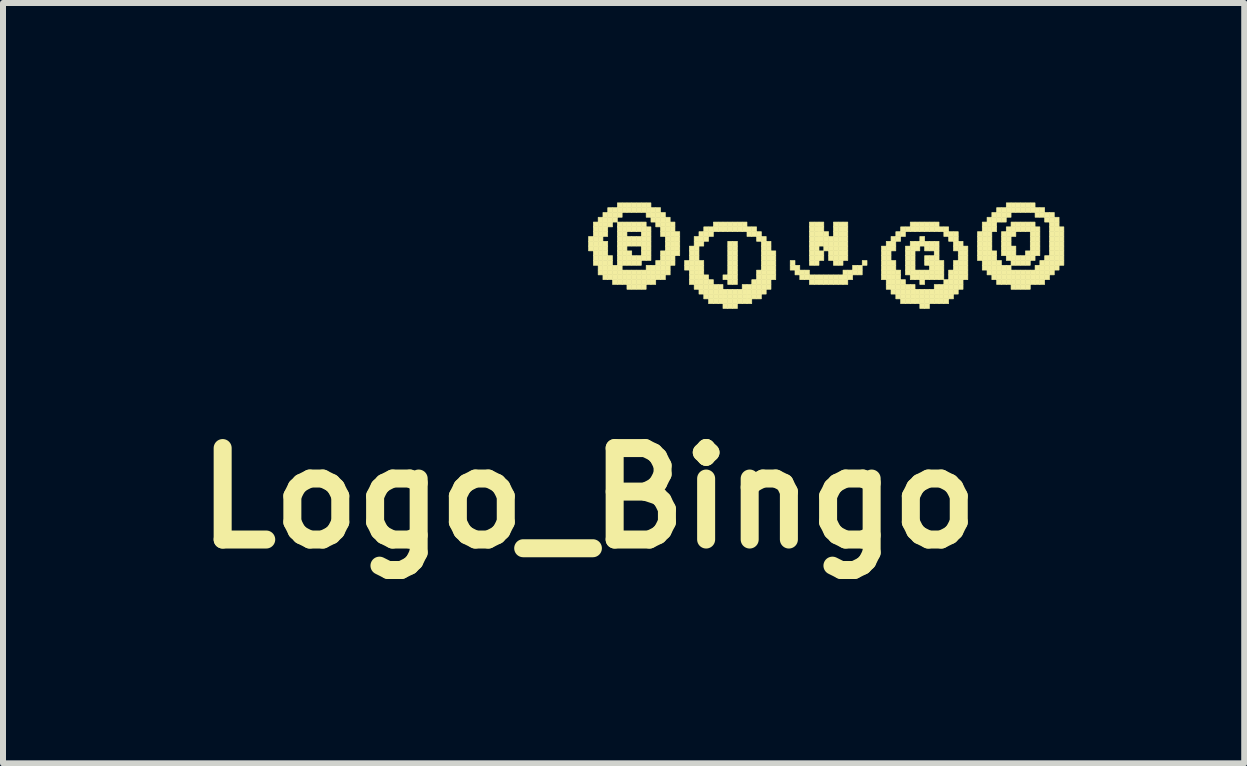
<source format=kicad_pcb>
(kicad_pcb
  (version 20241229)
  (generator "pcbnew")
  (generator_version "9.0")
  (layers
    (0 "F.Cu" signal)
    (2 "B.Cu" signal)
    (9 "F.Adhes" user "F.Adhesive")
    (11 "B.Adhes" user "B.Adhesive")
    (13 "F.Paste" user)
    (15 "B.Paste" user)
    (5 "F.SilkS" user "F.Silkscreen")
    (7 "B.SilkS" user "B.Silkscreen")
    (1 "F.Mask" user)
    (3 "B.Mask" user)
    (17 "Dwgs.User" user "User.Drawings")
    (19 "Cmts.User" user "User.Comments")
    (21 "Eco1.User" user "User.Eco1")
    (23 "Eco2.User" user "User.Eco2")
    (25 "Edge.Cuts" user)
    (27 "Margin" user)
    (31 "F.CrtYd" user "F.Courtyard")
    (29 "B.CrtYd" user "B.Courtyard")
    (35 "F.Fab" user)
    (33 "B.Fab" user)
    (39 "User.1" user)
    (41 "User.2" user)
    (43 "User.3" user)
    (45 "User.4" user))
  (footprint "Logo_Bingo"
    (layer "F.Cu")
    (at 6.756 0.25)
    (property "Reference" "Logo_Bingo" (at 0 5 0) (layer "F.SilkS") (effects (font (size 1.524 1.524) (thickness 0.3))))
    (attr through_hole)
    (fp_poly (pts (xy 0 0.64) (xy 0.08 0.64) (xy 0.08 0.72) (xy 0 0.72) (xy 0 0.64)) (stroke (width 0.01) (type solid)) (fill yes) (layer "F.SilkS"))
    (fp_poly (pts (xy 0 0.72) (xy 0.08 0.72) (xy 0.08 0.8) (xy 0 0.8) (xy 0 0.72)) (stroke (width 0.01) (type solid)) (fill yes) (layer "F.SilkS"))
    (fp_poly (pts (xy 0 0.8) (xy 0.08 0.8) (xy 0.08 0.88) (xy 0 0.88) (xy 0 0.8)) (stroke (width 0.01) (type solid)) (fill yes) (layer "F.SilkS"))
    (fp_poly (pts (xy 0.08 0.4) (xy 0.16 0.4) (xy 0.16 0.48) (xy 0.08 0.48) (xy 0.08 0.4)) (stroke (width 0.01) (type solid)) (fill yes) (layer "F.SilkS"))
    (fp_poly (pts (xy 0.08 0.48) (xy 0.16 0.48) (xy 0.16 0.56) (xy 0.08 0.56) (xy 0.08 0.48)) (stroke (width 0.01) (type solid)) (fill yes) (layer "F.SilkS"))
    (fp_poly (pts (xy 0.08 0.56) (xy 0.16 0.56) (xy 0.16 0.64) (xy 0.08 0.64) (xy 0.08 0.56)) (stroke (width 0.01) (type solid)) (fill yes) (layer "F.SilkS"))
    (fp_poly (pts (xy 0.08 0.64) (xy 0.16 0.64) (xy 0.16 0.72) (xy 0.08 0.72) (xy 0.08 0.64)) (stroke (width 0.01) (type solid)) (fill yes) (layer "F.SilkS"))
    (fp_poly (pts (xy 0.08 0.72) (xy 0.16 0.72) (xy 0.16 0.8) (xy 0.08 0.8) (xy 0.08 0.72)) (stroke (width 0.01) (type solid)) (fill yes) (layer "F.SilkS"))
    (fp_poly (pts (xy 0.08 0.8) (xy 0.16 0.8) (xy 0.16 0.88) (xy 0.08 0.88) (xy 0.08 0.8)) (stroke (width 0.01) (type solid)) (fill yes) (layer "F.SilkS"))
    (fp_poly (pts (xy 0.08 0.88) (xy 0.16 0.88) (xy 0.16 0.96) (xy 0.08 0.96) (xy 0.08 0.88)) (stroke (width 0.01) (type solid)) (fill yes) (layer "F.SilkS"))
    (fp_poly (pts (xy 0.08 0.96) (xy 0.16 0.96) (xy 0.16 1.04) (xy 0.08 1.04) (xy 0.08 0.96)) (stroke (width 0.01) (type solid)) (fill yes) (layer "F.SilkS"))
    (fp_poly (pts (xy 0.08 1.04) (xy 0.16 1.04) (xy 0.16 1.12) (xy 0.08 1.12) (xy 0.08 1.04)) (stroke (width 0.01) (type solid)) (fill yes) (layer "F.SilkS"))
    (fp_poly (pts (xy 0.16 0.32) (xy 0.24 0.32) (xy 0.24 0.4) (xy 0.16 0.4) (xy 0.16 0.32)) (stroke (width 0.01) (type solid)) (fill yes) (layer "F.SilkS"))
    (fp_poly (pts (xy 0.16 0.4) (xy 0.24 0.4) (xy 0.24 0.48) (xy 0.16 0.48) (xy 0.16 0.4)) (stroke (width 0.01) (type solid)) (fill yes) (layer "F.SilkS"))
    (fp_poly (pts (xy 0.16 0.48) (xy 0.24 0.48) (xy 0.24 0.56) (xy 0.16 0.56) (xy 0.16 0.48)) (stroke (width 0.01) (type solid)) (fill yes) (layer "F.SilkS"))
    (fp_poly (pts (xy 0.16 0.56) (xy 0.24 0.56) (xy 0.24 0.64) (xy 0.16 0.64) (xy 0.16 0.56)) (stroke (width 0.01) (type solid)) (fill yes) (layer "F.SilkS"))
    (fp_poly (pts (xy 0.16 0.64) (xy 0.24 0.64) (xy 0.24 0.72) (xy 0.16 0.72) (xy 0.16 0.64)) (stroke (width 0.01) (type solid)) (fill yes) (layer "F.SilkS"))
    (fp_poly (pts (xy 0.16 0.72) (xy 0.24 0.72) (xy 0.24 0.8) (xy 0.16 0.8) (xy 0.16 0.72)) (stroke (width 0.01) (type solid)) (fill yes) (layer "F.SilkS"))
    (fp_poly (pts (xy 0.16 0.8) (xy 0.24 0.8) (xy 0.24 0.88) (xy 0.16 0.88) (xy 0.16 0.8)) (stroke (width 0.01) (type solid)) (fill yes) (layer "F.SilkS"))
    (fp_poly (pts (xy 0.16 0.88) (xy 0.24 0.88) (xy 0.24 0.96) (xy 0.16 0.96) (xy 0.16 0.88)) (stroke (width 0.01) (type solid)) (fill yes) (layer "F.SilkS"))
    (fp_poly (pts (xy 0.16 0.96) (xy 0.24 0.96) (xy 0.24 1.04) (xy 0.16 1.04) (xy 0.16 0.96)) (stroke (width 0.01) (type solid)) (fill yes) (layer "F.SilkS"))
    (fp_poly (pts (xy 0.16 1.04) (xy 0.24 1.04) (xy 0.24 1.12) (xy 0.16 1.12) (xy 0.16 1.04)) (stroke (width 0.01) (type solid)) (fill yes) (layer "F.SilkS"))
    (fp_poly (pts (xy 0.16 1.12) (xy 0.24 1.12) (xy 0.24 1.2) (xy 0.16 1.2) (xy 0.16 1.12)) (stroke (width 0.01) (type solid)) (fill yes) (layer "F.SilkS"))
    (fp_poly (pts (xy 0.16 1.2) (xy 0.24 1.2) (xy 0.24 1.28) (xy 0.16 1.28) (xy 0.16 1.2)) (stroke (width 0.01) (type solid)) (fill yes) (layer "F.SilkS"))
    (fp_poly (pts (xy 0.24 0.24) (xy 0.32 0.24) (xy 0.32 0.32) (xy 0.24 0.32) (xy 0.24 0.24)) (stroke (width 0.01) (type solid)) (fill yes) (layer "F.SilkS"))
    (fp_poly (pts (xy 0.24 0.32) (xy 0.32 0.32) (xy 0.32 0.4) (xy 0.24 0.4) (xy 0.24 0.32)) (stroke (width 0.01) (type solid)) (fill yes) (layer "F.SilkS"))
    (fp_poly (pts (xy 0.24 0.4) (xy 0.32 0.4) (xy 0.32 0.48) (xy 0.24 0.48) (xy 0.24 0.4)) (stroke (width 0.01) (type solid)) (fill yes) (layer "F.SilkS"))
    (fp_poly (pts (xy 0.24 0.48) (xy 0.32 0.48) (xy 0.32 0.56) (xy 0.24 0.56) (xy 0.24 0.48)) (stroke (width 0.01) (type solid)) (fill yes) (layer "F.SilkS"))
    (fp_poly (pts (xy 0.24 0.56) (xy 0.32 0.56) (xy 0.32 0.64) (xy 0.24 0.64) (xy 0.24 0.56)) (stroke (width 0.01) (type solid)) (fill yes) (layer "F.SilkS"))
    (fp_poly (pts (xy 0.24 0.72) (xy 0.32 0.72) (xy 0.32 0.8) (xy 0.24 0.8) (xy 0.24 0.72)) (stroke (width 0.01) (type solid)) (fill yes) (layer "F.SilkS"))
    (fp_poly (pts (xy 0.24 0.8) (xy 0.32 0.8) (xy 0.32 0.88) (xy 0.24 0.88) (xy 0.24 0.8)) (stroke (width 0.01) (type solid)) (fill yes) (layer "F.SilkS"))
    (fp_poly (pts (xy 0.24 0.88) (xy 0.32 0.88) (xy 0.32 0.96) (xy 0.24 0.96) (xy 0.24 0.88)) (stroke (width 0.01) (type solid)) (fill yes) (layer "F.SilkS"))
    (fp_poly (pts (xy 0.24 0.96) (xy 0.32 0.96) (xy 0.32 1.04) (xy 0.24 1.04) (xy 0.24 0.96)) (stroke (width 0.01) (type solid)) (fill yes) (layer "F.SilkS"))
    (fp_poly (pts (xy 0.24 1.04) (xy 0.32 1.04) (xy 0.32 1.12) (xy 0.24 1.12) (xy 0.24 1.04)) (stroke (width 0.01) (type solid)) (fill yes) (layer "F.SilkS"))
    (fp_poly (pts (xy 0.24 1.12) (xy 0.32 1.12) (xy 0.32 1.2) (xy 0.24 1.2) (xy 0.24 1.12)) (stroke (width 0.01) (type solid)) (fill yes) (layer "F.SilkS"))
    (fp_poly (pts (xy 0.24 1.2) (xy 0.32 1.2) (xy 0.32 1.28) (xy 0.24 1.28) (xy 0.24 1.2)) (stroke (width 0.01) (type solid)) (fill yes) (layer "F.SilkS"))
    (fp_poly (pts (xy 0.24 1.28) (xy 0.32 1.28) (xy 0.32 1.36) (xy 0.24 1.36) (xy 0.24 1.28)) (stroke (width 0.01) (type solid)) (fill yes) (layer "F.SilkS"))
    (fp_poly (pts (xy 0.32 0.16) (xy 0.4 0.16) (xy 0.4 0.24) (xy 0.32 0.24) (xy 0.32 0.16)) (stroke (width 0.01) (type solid)) (fill yes) (layer "F.SilkS"))
    (fp_poly (pts (xy 0.32 0.24) (xy 0.4 0.24) (xy 0.4 0.32) (xy 0.32 0.32) (xy 0.32 0.24)) (stroke (width 0.01) (type solid)) (fill yes) (layer "F.SilkS"))
    (fp_poly (pts (xy 0.32 0.32) (xy 0.4 0.32) (xy 0.4 0.4) (xy 0.32 0.4) (xy 0.32 0.32)) (stroke (width 0.01) (type solid)) (fill yes) (layer "F.SilkS"))
    (fp_poly (pts (xy 0.32 0.4) (xy 0.4 0.4) (xy 0.4 0.48) (xy 0.32 0.48) (xy 0.32 0.4)) (stroke (width 0.01) (type solid)) (fill yes) (layer "F.SilkS"))
    (fp_poly (pts (xy 0.32 0.96) (xy 0.4 0.96) (xy 0.4 1.04) (xy 0.32 1.04) (xy 0.32 0.96)) (stroke (width 0.01) (type solid)) (fill yes) (layer "F.SilkS"))
    (fp_poly (pts (xy 0.32 1.04) (xy 0.4 1.04) (xy 0.4 1.12) (xy 0.32 1.12) (xy 0.32 1.04)) (stroke (width 0.01) (type solid)) (fill yes) (layer "F.SilkS"))
    (fp_poly (pts (xy 0.32 1.12) (xy 0.4 1.12) (xy 0.4 1.2) (xy 0.32 1.2) (xy 0.32 1.12)) (stroke (width 0.01) (type solid)) (fill yes) (layer "F.SilkS"))
    (fp_poly (pts (xy 0.32 1.2) (xy 0.4 1.2) (xy 0.4 1.28) (xy 0.32 1.28) (xy 0.32 1.2)) (stroke (width 0.01) (type solid)) (fill yes) (layer "F.SilkS"))
    (fp_poly (pts (xy 0.32 1.28) (xy 0.4 1.28) (xy 0.4 1.36) (xy 0.32 1.36) (xy 0.32 1.28)) (stroke (width 0.01) (type solid)) (fill yes) (layer "F.SilkS"))
    (fp_poly (pts (xy 0.4 0.16) (xy 0.48 0.16) (xy 0.48 0.24) (xy 0.4 0.24) (xy 0.4 0.16)) (stroke (width 0.01) (type solid)) (fill yes) (layer "F.SilkS"))
    (fp_poly (pts (xy 0.4 0.24) (xy 0.48 0.24) (xy 0.48 0.32) (xy 0.4 0.32) (xy 0.4 0.24)) (stroke (width 0.01) (type solid)) (fill yes) (layer "F.SilkS"))
    (fp_poly (pts (xy 0.4 0.32) (xy 0.48 0.32) (xy 0.48 0.4) (xy 0.4 0.4) (xy 0.4 0.32)) (stroke (width 0.01) (type solid)) (fill yes) (layer "F.SilkS"))
    (fp_poly (pts (xy 0.4 1.12) (xy 0.48 1.12) (xy 0.48 1.2) (xy 0.4 1.2) (xy 0.4 1.12)) (stroke (width 0.01) (type solid)) (fill yes) (layer "F.SilkS"))
    (fp_poly (pts (xy 0.4 1.2) (xy 0.48 1.2) (xy 0.48 1.28) (xy 0.4 1.28) (xy 0.4 1.2)) (stroke (width 0.01) (type solid)) (fill yes) (layer "F.SilkS"))
    (fp_poly (pts (xy 0.4 1.28) (xy 0.48 1.28) (xy 0.48 1.36) (xy 0.4 1.36) (xy 0.4 1.28)) (stroke (width 0.01) (type solid)) (fill yes) (layer "F.SilkS"))
    (fp_poly (pts (xy 0.4 1.36) (xy 0.48 1.36) (xy 0.48 1.44) (xy 0.4 1.44) (xy 0.4 1.36)) (stroke (width 0.01) (type solid)) (fill yes) (layer "F.SilkS"))
    (fp_poly (pts (xy 0.48 0.08) (xy 0.56 0.08) (xy 0.56 0.16) (xy 0.48 0.16) (xy 0.48 0.08)) (stroke (width 0.01) (type solid)) (fill yes) (layer "F.SilkS"))
    (fp_poly (pts (xy 0.48 0.16) (xy 0.56 0.16) (xy 0.56 0.24) (xy 0.48 0.24) (xy 0.48 0.16)) (stroke (width 0.01) (type solid)) (fill yes) (layer "F.SilkS"))
    (fp_poly (pts (xy 0.48 0.24) (xy 0.56 0.24) (xy 0.56 0.32) (xy 0.48 0.32) (xy 0.48 0.24)) (stroke (width 0.01) (type solid)) (fill yes) (layer "F.SilkS"))
    (fp_poly (pts (xy 0.48 0.4) (xy 0.56 0.4) (xy 0.56 0.48) (xy 0.48 0.48) (xy 0.48 0.4)) (stroke (width 0.01) (type solid)) (fill yes) (layer "F.SilkS"))
    (fp_poly (pts (xy 0.48 0.48) (xy 0.56 0.48) (xy 0.56 0.56) (xy 0.48 0.56) (xy 0.48 0.48)) (stroke (width 0.01) (type solid)) (fill yes) (layer "F.SilkS"))
    (fp_poly (pts (xy 0.48 0.56) (xy 0.56 0.56) (xy 0.56 0.64) (xy 0.48 0.64) (xy 0.48 0.56)) (stroke (width 0.01) (type solid)) (fill yes) (layer "F.SilkS"))
    (fp_poly (pts (xy 0.48 0.64) (xy 0.56 0.64) (xy 0.56 0.72) (xy 0.48 0.72) (xy 0.48 0.64)) (stroke (width 0.01) (type solid)) (fill yes) (layer "F.SilkS"))
    (fp_poly (pts (xy 0.48 0.72) (xy 0.56 0.72) (xy 0.56 0.8) (xy 0.48 0.8) (xy 0.48 0.72)) (stroke (width 0.01) (type solid)) (fill yes) (layer "F.SilkS"))
    (fp_poly (pts (xy 0.48 0.8) (xy 0.56 0.8) (xy 0.56 0.88) (xy 0.48 0.88) (xy 0.48 0.8)) (stroke (width 0.01) (type solid)) (fill yes) (layer "F.SilkS"))
    (fp_poly (pts (xy 0.48 0.88) (xy 0.56 0.88) (xy 0.56 0.96) (xy 0.48 0.96) (xy 0.48 0.88)) (stroke (width 0.01) (type solid)) (fill yes) (layer "F.SilkS"))
    (fp_poly (pts (xy 0.48 0.96) (xy 0.56 0.96) (xy 0.56 1.04) (xy 0.48 1.04) (xy 0.48 0.96)) (stroke (width 0.01) (type solid)) (fill yes) (layer "F.SilkS"))
    (fp_poly (pts (xy 0.48 1.04) (xy 0.56 1.04) (xy 0.56 1.12) (xy 0.48 1.12) (xy 0.48 1.04)) (stroke (width 0.01) (type solid)) (fill yes) (layer "F.SilkS"))
    (fp_poly (pts (xy 0.48 1.12) (xy 0.56 1.12) (xy 0.56 1.2) (xy 0.48 1.2) (xy 0.48 1.12)) (stroke (width 0.01) (type solid)) (fill yes) (layer "F.SilkS"))
    (fp_poly (pts (xy 0.48 1.2) (xy 0.56 1.2) (xy 0.56 1.28) (xy 0.48 1.28) (xy 0.48 1.2)) (stroke (width 0.01) (type solid)) (fill yes) (layer "F.SilkS"))
    (fp_poly (pts (xy 0.48 1.28) (xy 0.56 1.28) (xy 0.56 1.36) (xy 0.48 1.36) (xy 0.48 1.28)) (stroke (width 0.01) (type solid)) (fill yes) (layer "F.SilkS"))
    (fp_poly (pts (xy 0.48 1.36) (xy 0.56 1.36) (xy 0.56 1.44) (xy 0.48 1.44) (xy 0.48 1.36)) (stroke (width 0.01) (type solid)) (fill yes) (layer "F.SilkS"))
    (fp_poly (pts (xy 0.56 0.08) (xy 0.64 0.08) (xy 0.64 0.16) (xy 0.56 0.16) (xy 0.56 0.08)) (stroke (width 0.01) (type solid)) (fill yes) (layer "F.SilkS"))
    (fp_poly (pts (xy 0.56 0.16) (xy 0.64 0.16) (xy 0.64 0.24) (xy 0.56 0.24) (xy 0.56 0.16)) (stroke (width 0.01) (type solid)) (fill yes) (layer "F.SilkS"))
    (fp_poly (pts (xy 0.56 0.4) (xy 0.64 0.4) (xy 0.64 0.48) (xy 0.56 0.48) (xy 0.56 0.4)) (stroke (width 0.01) (type solid)) (fill yes) (layer "F.SilkS"))
    (fp_poly (pts (xy 0.56 0.48) (xy 0.64 0.48) (xy 0.64 0.56) (xy 0.56 0.56) (xy 0.56 0.48)) (stroke (width 0.01) (type solid)) (fill yes) (layer "F.SilkS"))
    (fp_poly (pts (xy 0.56 0.56) (xy 0.64 0.56) (xy 0.64 0.64) (xy 0.56 0.64) (xy 0.56 0.56)) (stroke (width 0.01) (type solid)) (fill yes) (layer "F.SilkS"))
    (fp_poly (pts (xy 0.56 0.64) (xy 0.64 0.64) (xy 0.64 0.72) (xy 0.56 0.72) (xy 0.56 0.64)) (stroke (width 0.01) (type solid)) (fill yes) (layer "F.SilkS"))
    (fp_poly (pts (xy 0.56 0.72) (xy 0.64 0.72) (xy 0.64 0.8) (xy 0.56 0.8) (xy 0.56 0.72)) (stroke (width 0.01) (type solid)) (fill yes) (layer "F.SilkS"))
    (fp_poly (pts (xy 0.56 0.8) (xy 0.64 0.8) (xy 0.64 0.88) (xy 0.56 0.88) (xy 0.56 0.8)) (stroke (width 0.01) (type solid)) (fill yes) (layer "F.SilkS"))
    (fp_poly (pts (xy 0.56 0.88) (xy 0.64 0.88) (xy 0.64 0.96) (xy 0.56 0.96) (xy 0.56 0.88)) (stroke (width 0.01) (type solid)) (fill yes) (layer "F.SilkS"))
    (fp_poly (pts (xy 0.56 0.96) (xy 0.64 0.96) (xy 0.64 1.04) (xy 0.56 1.04) (xy 0.56 0.96)) (stroke (width 0.01) (type solid)) (fill yes) (layer "F.SilkS"))
    (fp_poly (pts (xy 0.56 1.04) (xy 0.64 1.04) (xy 0.64 1.12) (xy 0.56 1.12) (xy 0.56 1.04)) (stroke (width 0.01) (type solid)) (fill yes) (layer "F.SilkS"))
    (fp_poly (pts (xy 0.56 1.2) (xy 0.64 1.2) (xy 0.64 1.28) (xy 0.56 1.28) (xy 0.56 1.2)) (stroke (width 0.01) (type solid)) (fill yes) (layer "F.SilkS"))
    (fp_poly (pts (xy 0.56 1.28) (xy 0.64 1.28) (xy 0.64 1.36) (xy 0.56 1.36) (xy 0.56 1.28)) (stroke (width 0.01) (type solid)) (fill yes) (layer "F.SilkS"))
    (fp_poly (pts (xy 0.56 1.36) (xy 0.64 1.36) (xy 0.64 1.44) (xy 0.56 1.44) (xy 0.56 1.36)) (stroke (width 0.01) (type solid)) (fill yes) (layer "F.SilkS"))
    (fp_poly (pts (xy 0.64 0.08) (xy 0.72 0.08) (xy 0.72 0.16) (xy 0.64 0.16) (xy 0.64 0.08)) (stroke (width 0.01) (type solid)) (fill yes) (layer "F.SilkS"))
    (fp_poly (pts (xy 0.64 0.16) (xy 0.72 0.16) (xy 0.72 0.24) (xy 0.64 0.24) (xy 0.64 0.16)) (stroke (width 0.01) (type solid)) (fill yes) (layer "F.SilkS"))
    (fp_poly (pts (xy 0.64 0.4) (xy 0.72 0.4) (xy 0.72 0.48) (xy 0.64 0.48) (xy 0.64 0.4)) (stroke (width 0.01) (type solid)) (fill yes) (layer "F.SilkS"))
    (fp_poly (pts (xy 0.64 0.48) (xy 0.72 0.48) (xy 0.72 0.56) (xy 0.64 0.56) (xy 0.64 0.48)) (stroke (width 0.01) (type solid)) (fill yes) (layer "F.SilkS"))
    (fp_poly (pts (xy 0.64 0.64) (xy 0.72 0.64) (xy 0.72 0.72) (xy 0.64 0.72) (xy 0.64 0.64)) (stroke (width 0.01) (type solid)) (fill yes) (layer "F.SilkS"))
    (fp_poly (pts (xy 0.64 0.72) (xy 0.72 0.72) (xy 0.72 0.8) (xy 0.64 0.8) (xy 0.64 0.72)) (stroke (width 0.01) (type solid)) (fill yes) (layer "F.SilkS"))
    (fp_poly (pts (xy 0.64 0.88) (xy 0.72 0.88) (xy 0.72 0.96) (xy 0.64 0.96) (xy 0.64 0.88)) (stroke (width 0.01) (type solid)) (fill yes) (layer "F.SilkS"))
    (fp_poly (pts (xy 0.64 0.96) (xy 0.72 0.96) (xy 0.72 1.04) (xy 0.64 1.04) (xy 0.64 0.96)) (stroke (width 0.01) (type solid)) (fill yes) (layer "F.SilkS"))
    (fp_poly (pts (xy 0.64 1.04) (xy 0.72 1.04) (xy 0.72 1.12) (xy 0.64 1.12) (xy 0.64 1.04)) (stroke (width 0.01) (type solid)) (fill yes) (layer "F.SilkS"))
    (fp_poly (pts (xy 0.64 1.2) (xy 0.72 1.2) (xy 0.72 1.28) (xy 0.64 1.28) (xy 0.64 1.2)) (stroke (width 0.01) (type solid)) (fill yes) (layer "F.SilkS"))
    (fp_poly (pts (xy 0.64 1.28) (xy 0.72 1.28) (xy 0.72 1.36) (xy 0.64 1.36) (xy 0.64 1.28)) (stroke (width 0.01) (type solid)) (fill yes) (layer "F.SilkS"))
    (fp_poly (pts (xy 0.64 1.36) (xy 0.72 1.36) (xy 0.72 1.44) (xy 0.64 1.44) (xy 0.64 1.36)) (stroke (width 0.01) (type solid)) (fill yes) (layer "F.SilkS"))
    (fp_poly (pts (xy 0.64 1.44) (xy 0.72 1.44) (xy 0.72 1.52) (xy 0.64 1.52) (xy 0.64 1.44)) (stroke (width 0.01) (type solid)) (fill yes) (layer "F.SilkS"))
    (fp_poly (pts (xy 0.72 0.08) (xy 0.8 0.08) (xy 0.8 0.16) (xy 0.72 0.16) (xy 0.72 0.08)) (stroke (width 0.01) (type solid)) (fill yes) (layer "F.SilkS"))
    (fp_poly (pts (xy 0.72 0.16) (xy 0.8 0.16) (xy 0.8 0.24) (xy 0.72 0.24) (xy 0.72 0.16)) (stroke (width 0.01) (type solid)) (fill yes) (layer "F.SilkS"))
    (fp_poly (pts (xy 0.72 0.4) (xy 0.8 0.4) (xy 0.8 0.48) (xy 0.72 0.48) (xy 0.72 0.4)) (stroke (width 0.01) (type solid)) (fill yes) (layer "F.SilkS"))
    (fp_poly (pts (xy 0.72 0.48) (xy 0.8 0.48) (xy 0.8 0.56) (xy 0.72 0.56) (xy 0.72 0.48)) (stroke (width 0.01) (type solid)) (fill yes) (layer "F.SilkS"))
    (fp_poly (pts (xy 0.72 0.64) (xy 0.8 0.64) (xy 0.8 0.72) (xy 0.72 0.72) (xy 0.72 0.64)) (stroke (width 0.01) (type solid)) (fill yes) (layer "F.SilkS"))
    (fp_poly (pts (xy 0.72 0.72) (xy 0.8 0.72) (xy 0.8 0.8) (xy 0.72 0.8) (xy 0.72 0.72)) (stroke (width 0.01) (type solid)) (fill yes) (layer "F.SilkS"))
    (fp_poly (pts (xy 0.72 0.96) (xy 0.8 0.96) (xy 0.8 1.04) (xy 0.72 1.04) (xy 0.72 0.96)) (stroke (width 0.01) (type solid)) (fill yes) (layer "F.SilkS"))
    (fp_poly (pts (xy 0.72 1.04) (xy 0.8 1.04) (xy 0.8 1.12) (xy 0.72 1.12) (xy 0.72 1.04)) (stroke (width 0.01) (type solid)) (fill yes) (layer "F.SilkS"))
    (fp_poly (pts (xy 0.72 1.2) (xy 0.8 1.2) (xy 0.8 1.28) (xy 0.72 1.28) (xy 0.72 1.2)) (stroke (width 0.01) (type solid)) (fill yes) (layer "F.SilkS"))
    (fp_poly (pts (xy 0.72 1.28) (xy 0.8 1.28) (xy 0.8 1.36) (xy 0.72 1.36) (xy 0.72 1.28)) (stroke (width 0.01) (type solid)) (fill yes) (layer "F.SilkS"))
    (fp_poly (pts (xy 0.72 1.36) (xy 0.8 1.36) (xy 0.8 1.44) (xy 0.72 1.44) (xy 0.72 1.36)) (stroke (width 0.01) (type solid)) (fill yes) (layer "F.SilkS"))
    (fp_poly (pts (xy 0.72 1.44) (xy 0.8 1.44) (xy 0.8 1.52) (xy 0.72 1.52) (xy 0.72 1.44)) (stroke (width 0.01) (type solid)) (fill yes) (layer "F.SilkS"))
    (fp_poly (pts (xy 0.8 0.08) (xy 0.88 0.08) (xy 0.88 0.16) (xy 0.8 0.16) (xy 0.8 0.08)) (stroke (width 0.01) (type solid)) (fill yes) (layer "F.SilkS"))
    (fp_poly (pts (xy 0.8 0.16) (xy 0.88 0.16) (xy 0.88 0.24) (xy 0.8 0.24) (xy 0.8 0.16)) (stroke (width 0.01) (type solid)) (fill yes) (layer "F.SilkS"))
    (fp_poly (pts (xy 0.8 0.4) (xy 0.88 0.4) (xy 0.88 0.48) (xy 0.8 0.48) (xy 0.8 0.4)) (stroke (width 0.01) (type solid)) (fill yes) (layer "F.SilkS"))
    (fp_poly (pts (xy 0.8 0.48) (xy 0.88 0.48) (xy 0.88 0.56) (xy 0.8 0.56) (xy 0.8 0.48)) (stroke (width 0.01) (type solid)) (fill yes) (layer "F.SilkS"))
    (fp_poly (pts (xy 0.8 0.64) (xy 0.88 0.64) (xy 0.88 0.72) (xy 0.8 0.72) (xy 0.8 0.64)) (stroke (width 0.01) (type solid)) (fill yes) (layer "F.SilkS"))
    (fp_poly (pts (xy 0.8 0.72) (xy 0.88 0.72) (xy 0.88 0.8) (xy 0.8 0.8) (xy 0.8 0.72)) (stroke (width 0.01) (type solid)) (fill yes) (layer "F.SilkS"))
    (fp_poly (pts (xy 0.8 0.96) (xy 0.88 0.96) (xy 0.88 1.04) (xy 0.8 1.04) (xy 0.8 0.96)) (stroke (width 0.01) (type solid)) (fill yes) (layer "F.SilkS"))
    (fp_poly (pts (xy 0.8 1.04) (xy 0.88 1.04) (xy 0.88 1.12) (xy 0.8 1.12) (xy 0.8 1.04)) (stroke (width 0.01) (type solid)) (fill yes) (layer "F.SilkS"))
    (fp_poly (pts (xy 0.8 1.2) (xy 0.88 1.2) (xy 0.88 1.28) (xy 0.8 1.28) (xy 0.8 1.2)) (stroke (width 0.01) (type solid)) (fill yes) (layer "F.SilkS"))
    (fp_poly (pts (xy 0.8 1.28) (xy 0.88 1.28) (xy 0.88 1.36) (xy 0.8 1.36) (xy 0.8 1.28)) (stroke (width 0.01) (type solid)) (fill yes) (layer "F.SilkS"))
    (fp_poly (pts (xy 0.8 1.36) (xy 0.88 1.36) (xy 0.88 1.44) (xy 0.8 1.44) (xy 0.8 1.36)) (stroke (width 0.01) (type solid)) (fill yes) (layer "F.SilkS"))
    (fp_poly (pts (xy 0.8 1.44) (xy 0.88 1.44) (xy 0.88 1.52) (xy 0.8 1.52) (xy 0.8 1.44)) (stroke (width 0.01) (type solid)) (fill yes) (layer "F.SilkS"))
    (fp_poly (pts (xy 0.88 0.08) (xy 0.96 0.08) (xy 0.96 0.16) (xy 0.88 0.16) (xy 0.88 0.08)) (stroke (width 0.01) (type solid)) (fill yes) (layer "F.SilkS"))
    (fp_poly (pts (xy 0.88 0.16) (xy 0.96 0.16) (xy 0.96 0.24) (xy 0.88 0.24) (xy 0.88 0.16)) (stroke (width 0.01) (type solid)) (fill yes) (layer "F.SilkS"))
    (fp_poly (pts (xy 0.88 0.4) (xy 0.96 0.4) (xy 0.96 0.48) (xy 0.88 0.48) (xy 0.88 0.4)) (stroke (width 0.01) (type solid)) (fill yes) (layer "F.SilkS"))
    (fp_poly (pts (xy 0.88 0.48) (xy 0.96 0.48) (xy 0.96 0.56) (xy 0.88 0.56) (xy 0.88 0.48)) (stroke (width 0.01) (type solid)) (fill yes) (layer "F.SilkS"))
    (fp_poly (pts (xy 0.88 0.56) (xy 0.96 0.56) (xy 0.96 0.64) (xy 0.88 0.64) (xy 0.88 0.56)) (stroke (width 0.01) (type solid)) (fill yes) (layer "F.SilkS"))
    (fp_poly (pts (xy 0.88 0.64) (xy 0.96 0.64) (xy 0.96 0.72) (xy 0.88 0.72) (xy 0.88 0.64)) (stroke (width 0.01) (type solid)) (fill yes) (layer "F.SilkS"))
    (fp_poly (pts (xy 0.88 0.72) (xy 0.96 0.72) (xy 0.96 0.8) (xy 0.88 0.8) (xy 0.88 0.72)) (stroke (width 0.01) (type solid)) (fill yes) (layer "F.SilkS"))
    (fp_poly (pts (xy 0.88 0.8) (xy 0.96 0.8) (xy 0.96 0.88) (xy 0.88 0.88) (xy 0.88 0.8)) (stroke (width 0.01) (type solid)) (fill yes) (layer "F.SilkS"))
    (fp_poly (pts (xy 0.88 0.88) (xy 0.96 0.88) (xy 0.96 0.96) (xy 0.88 0.96) (xy 0.88 0.88)) (stroke (width 0.01) (type solid)) (fill yes) (layer "F.SilkS"))
    (fp_poly (pts (xy 0.88 0.96) (xy 0.96 0.96) (xy 0.96 1.04) (xy 0.88 1.04) (xy 0.88 0.96)) (stroke (width 0.01) (type solid)) (fill yes) (layer "F.SilkS"))
    (fp_poly (pts (xy 0.88 1.2) (xy 0.96 1.2) (xy 0.96 1.28) (xy 0.88 1.28) (xy 0.88 1.2)) (stroke (width 0.01) (type solid)) (fill yes) (layer "F.SilkS"))
    (fp_poly (pts (xy 0.88 1.28) (xy 0.96 1.28) (xy 0.96 1.36) (xy 0.88 1.36) (xy 0.88 1.28)) (stroke (width 0.01) (type solid)) (fill yes) (layer "F.SilkS"))
    (fp_poly (pts (xy 0.88 1.36) (xy 0.96 1.36) (xy 0.96 1.44) (xy 0.88 1.44) (xy 0.88 1.36)) (stroke (width 0.01) (type solid)) (fill yes) (layer "F.SilkS"))
    (fp_poly (pts (xy 0.88 1.44) (xy 0.96 1.44) (xy 0.96 1.52) (xy 0.88 1.52) (xy 0.88 1.44)) (stroke (width 0.01) (type solid)) (fill yes) (layer "F.SilkS"))
    (fp_poly (pts (xy 0.96 0.08) (xy 1.04 0.08) (xy 1.04 0.16) (xy 0.96 0.16) (xy 0.96 0.08)) (stroke (width 0.01) (type solid)) (fill yes) (layer "F.SilkS"))
    (fp_poly (pts (xy 0.96 0.16) (xy 1.04 0.16) (xy 1.04 0.24) (xy 0.96 0.24) (xy 0.96 0.16)) (stroke (width 0.01) (type solid)) (fill yes) (layer "F.SilkS"))
    (fp_poly (pts (xy 0.96 0.24) (xy 1.04 0.24) (xy 1.04 0.32) (xy 0.96 0.32) (xy 0.96 0.24)) (stroke (width 0.01) (type solid)) (fill yes) (layer "F.SilkS"))
    (fp_poly (pts (xy 0.96 0.48) (xy 1.04 0.48) (xy 1.04 0.56) (xy 0.96 0.56) (xy 0.96 0.48)) (stroke (width 0.01) (type solid)) (fill yes) (layer "F.SilkS"))
    (fp_poly (pts (xy 0.96 0.56) (xy 1.04 0.56) (xy 1.04 0.64) (xy 0.96 0.64) (xy 0.96 0.56)) (stroke (width 0.01) (type solid)) (fill yes) (layer "F.SilkS"))
    (fp_poly (pts (xy 0.96 0.64) (xy 1.04 0.64) (xy 1.04 0.72) (xy 0.96 0.72) (xy 0.96 0.64)) (stroke (width 0.01) (type solid)) (fill yes) (layer "F.SilkS"))
    (fp_poly (pts (xy 0.96 0.72) (xy 1.04 0.72) (xy 1.04 0.8) (xy 0.96 0.8) (xy 0.96 0.72)) (stroke (width 0.01) (type solid)) (fill yes) (layer "F.SilkS"))
    (fp_poly (pts (xy 0.96 0.8) (xy 1.04 0.8) (xy 1.04 0.88) (xy 0.96 0.88) (xy 0.96 0.8)) (stroke (width 0.01) (type solid)) (fill yes) (layer "F.SilkS"))
    (fp_poly (pts (xy 0.96 0.88) (xy 1.04 0.88) (xy 1.04 0.96) (xy 0.96 0.96) (xy 0.96 0.88)) (stroke (width 0.01) (type solid)) (fill yes) (layer "F.SilkS"))
    (fp_poly (pts (xy 0.96 0.96) (xy 1.04 0.96) (xy 1.04 1.04) (xy 0.96 1.04) (xy 0.96 0.96)) (stroke (width 0.01) (type solid)) (fill yes) (layer "F.SilkS"))
    (fp_poly (pts (xy 0.96 1.12) (xy 1.04 1.12) (xy 1.04 1.2) (xy 0.96 1.2) (xy 0.96 1.12)) (stroke (width 0.01) (type solid)) (fill yes) (layer "F.SilkS"))
    (fp_poly (pts (xy 0.96 1.2) (xy 1.04 1.2) (xy 1.04 1.28) (xy 0.96 1.28) (xy 0.96 1.2)) (stroke (width 0.01) (type solid)) (fill yes) (layer "F.SilkS"))
    (fp_poly (pts (xy 0.96 1.28) (xy 1.04 1.28) (xy 1.04 1.36) (xy 0.96 1.36) (xy 0.96 1.28)) (stroke (width 0.01) (type solid)) (fill yes) (layer "F.SilkS"))
    (fp_poly (pts (xy 0.96 1.36) (xy 1.04 1.36) (xy 1.04 1.44) (xy 0.96 1.44) (xy 0.96 1.36)) (stroke (width 0.01) (type solid)) (fill yes) (layer "F.SilkS"))
    (fp_poly (pts (xy 1.04 0.16) (xy 1.12 0.16) (xy 1.12 0.24) (xy 1.04 0.24) (xy 1.04 0.16)) (stroke (width 0.01) (type solid)) (fill yes) (layer "F.SilkS"))
    (fp_poly (pts (xy 1.04 0.24) (xy 1.12 0.24) (xy 1.12 0.32) (xy 1.04 0.32) (xy 1.04 0.24)) (stroke (width 0.01) (type solid)) (fill yes) (layer "F.SilkS"))
    (fp_poly (pts (xy 1.04 0.32) (xy 1.12 0.32) (xy 1.12 0.4) (xy 1.04 0.4) (xy 1.04 0.32)) (stroke (width 0.01) (type solid)) (fill yes) (layer "F.SilkS"))
    (fp_poly (pts (xy 1.04 1.12) (xy 1.12 1.12) (xy 1.12 1.2) (xy 1.04 1.2) (xy 1.04 1.12)) (stroke (width 0.01) (type solid)) (fill yes) (layer "F.SilkS"))
    (fp_poly (pts (xy 1.04 1.2) (xy 1.12 1.2) (xy 1.12 1.28) (xy 1.04 1.28) (xy 1.04 1.2)) (stroke (width 0.01) (type solid)) (fill yes) (layer "F.SilkS"))
    (fp_poly (pts (xy 1.04 1.28) (xy 1.12 1.28) (xy 1.12 1.36) (xy 1.04 1.36) (xy 1.04 1.28)) (stroke (width 0.01) (type solid)) (fill yes) (layer "F.SilkS"))
    (fp_poly (pts (xy 1.04 1.36) (xy 1.12 1.36) (xy 1.12 1.44) (xy 1.04 1.44) (xy 1.04 1.36)) (stroke (width 0.01) (type solid)) (fill yes) (layer "F.SilkS"))
    (fp_poly (pts (xy 1.12 0.16) (xy 1.2 0.16) (xy 1.2 0.24) (xy 1.12 0.24) (xy 1.12 0.16)) (stroke (width 0.01) (type solid)) (fill yes) (layer "F.SilkS"))
    (fp_poly (pts (xy 1.12 0.24) (xy 1.2 0.24) (xy 1.2 0.32) (xy 1.12 0.32) (xy 1.12 0.24)) (stroke (width 0.01) (type solid)) (fill yes) (layer "F.SilkS"))
    (fp_poly (pts (xy 1.12 0.32) (xy 1.2 0.32) (xy 1.2 0.4) (xy 1.12 0.4) (xy 1.12 0.32)) (stroke (width 0.01) (type solid)) (fill yes) (layer "F.SilkS"))
    (fp_poly (pts (xy 1.12 0.4) (xy 1.2 0.4) (xy 1.2 0.48) (xy 1.12 0.48) (xy 1.12 0.4)) (stroke (width 0.01) (type solid)) (fill yes) (layer "F.SilkS"))
    (fp_poly (pts (xy 1.12 1.04) (xy 1.2 1.04) (xy 1.2 1.12) (xy 1.12 1.12) (xy 1.12 1.04)) (stroke (width 0.01) (type solid)) (fill yes) (layer "F.SilkS"))
    (fp_poly (pts (xy 1.12 1.12) (xy 1.2 1.12) (xy 1.2 1.2) (xy 1.12 1.2) (xy 1.12 1.12)) (stroke (width 0.01) (type solid)) (fill yes) (layer "F.SilkS"))
    (fp_poly (pts (xy 1.12 1.2) (xy 1.2 1.2) (xy 1.2 1.28) (xy 1.12 1.28) (xy 1.12 1.2)) (stroke (width 0.01) (type solid)) (fill yes) (layer "F.SilkS"))
    (fp_poly (pts (xy 1.12 1.28) (xy 1.2 1.28) (xy 1.2 1.36) (xy 1.12 1.36) (xy 1.12 1.28)) (stroke (width 0.01) (type solid)) (fill yes) (layer "F.SilkS"))
    (fp_poly (pts (xy 1.2 0.24) (xy 1.28 0.24) (xy 1.28 0.32) (xy 1.2 0.32) (xy 1.2 0.24)) (stroke (width 0.01) (type solid)) (fill yes) (layer "F.SilkS"))
    (fp_poly (pts (xy 1.2 0.32) (xy 1.28 0.32) (xy 1.28 0.4) (xy 1.2 0.4) (xy 1.2 0.32)) (stroke (width 0.01) (type solid)) (fill yes) (layer "F.SilkS"))
    (fp_poly (pts (xy 1.2 0.4) (xy 1.28 0.4) (xy 1.28 0.48) (xy 1.2 0.48) (xy 1.2 0.4)) (stroke (width 0.01) (type solid)) (fill yes) (layer "F.SilkS"))
    (fp_poly (pts (xy 1.2 0.48) (xy 1.28 0.48) (xy 1.28 0.56) (xy 1.2 0.56) (xy 1.2 0.48)) (stroke (width 0.01) (type solid)) (fill yes) (layer "F.SilkS"))
    (fp_poly (pts (xy 1.2 0.56) (xy 1.28 0.56) (xy 1.28 0.64) (xy 1.2 0.64) (xy 1.2 0.56)) (stroke (width 0.01) (type solid)) (fill yes) (layer "F.SilkS"))
    (fp_poly (pts (xy 1.2 0.88) (xy 1.28 0.88) (xy 1.28 0.96) (xy 1.2 0.96) (xy 1.2 0.88)) (stroke (width 0.01) (type solid)) (fill yes) (layer "F.SilkS"))
    (fp_poly (pts (xy 1.2 0.96) (xy 1.28 0.96) (xy 1.28 1.04) (xy 1.2 1.04) (xy 1.2 0.96)) (stroke (width 0.01) (type solid)) (fill yes) (layer "F.SilkS"))
    (fp_poly (pts (xy 1.2 1.04) (xy 1.28 1.04) (xy 1.28 1.12) (xy 1.2 1.12) (xy 1.2 1.04)) (stroke (width 0.01) (type solid)) (fill yes) (layer "F.SilkS"))
    (fp_poly (pts (xy 1.2 1.12) (xy 1.28 1.12) (xy 1.28 1.2) (xy 1.2 1.2) (xy 1.2 1.12)) (stroke (width 0.01) (type solid)) (fill yes) (layer "F.SilkS"))
    (fp_poly (pts (xy 1.2 1.2) (xy 1.28 1.2) (xy 1.28 1.28) (xy 1.2 1.28) (xy 1.2 1.2)) (stroke (width 0.01) (type solid)) (fill yes) (layer "F.SilkS"))
    (fp_poly (pts (xy 1.2 1.28) (xy 1.28 1.28) (xy 1.28 1.36) (xy 1.2 1.36) (xy 1.2 1.28)) (stroke (width 0.01) (type solid)) (fill yes) (layer "F.SilkS"))
    (fp_poly (pts (xy 1.28 0.32) (xy 1.36 0.32) (xy 1.36 0.4) (xy 1.28 0.4) (xy 1.28 0.32)) (stroke (width 0.01) (type solid)) (fill yes) (layer "F.SilkS"))
    (fp_poly (pts (xy 1.28 0.4) (xy 1.36 0.4) (xy 1.36 0.48) (xy 1.28 0.48) (xy 1.28 0.4)) (stroke (width 0.01) (type solid)) (fill yes) (layer "F.SilkS"))
    (fp_poly (pts (xy 1.28 0.48) (xy 1.36 0.48) (xy 1.36 0.56) (xy 1.28 0.56) (xy 1.28 0.48)) (stroke (width 0.01) (type solid)) (fill yes) (layer "F.SilkS"))
    (fp_poly (pts (xy 1.28 0.56) (xy 1.36 0.56) (xy 1.36 0.64) (xy 1.28 0.64) (xy 1.28 0.56)) (stroke (width 0.01) (type solid)) (fill yes) (layer "F.SilkS"))
    (fp_poly (pts (xy 1.28 0.64) (xy 1.36 0.64) (xy 1.36 0.72) (xy 1.28 0.72) (xy 1.28 0.64)) (stroke (width 0.01) (type solid)) (fill yes) (layer "F.SilkS"))
    (fp_poly (pts (xy 1.28 0.72) (xy 1.36 0.72) (xy 1.36 0.8) (xy 1.28 0.8) (xy 1.28 0.72)) (stroke (width 0.01) (type solid)) (fill yes) (layer "F.SilkS"))
    (fp_poly (pts (xy 1.28 0.8) (xy 1.36 0.8) (xy 1.36 0.88) (xy 1.28 0.88) (xy 1.28 0.8)) (stroke (width 0.01) (type solid)) (fill yes) (layer "F.SilkS"))
    (fp_poly (pts (xy 1.28 0.88) (xy 1.36 0.88) (xy 1.36 0.96) (xy 1.28 0.96) (xy 1.28 0.88)) (stroke (width 0.01) (type solid)) (fill yes) (layer "F.SilkS"))
    (fp_poly (pts (xy 1.28 0.96) (xy 1.36 0.96) (xy 1.36 1.04) (xy 1.28 1.04) (xy 1.28 0.96)) (stroke (width 0.01) (type solid)) (fill yes) (layer "F.SilkS"))
    (fp_poly (pts (xy 1.28 1.04) (xy 1.36 1.04) (xy 1.36 1.12) (xy 1.28 1.12) (xy 1.28 1.04)) (stroke (width 0.01) (type solid)) (fill yes) (layer "F.SilkS"))
    (fp_poly (pts (xy 1.28 1.12) (xy 1.36 1.12) (xy 1.36 1.2) (xy 1.28 1.2) (xy 1.28 1.12)) (stroke (width 0.01) (type solid)) (fill yes) (layer "F.SilkS"))
    (fp_poly (pts (xy 1.28 1.2) (xy 1.36 1.2) (xy 1.36 1.28) (xy 1.28 1.28) (xy 1.28 1.2)) (stroke (width 0.01) (type solid)) (fill yes) (layer "F.SilkS"))
    (fp_poly (pts (xy 1.36 0.4) (xy 1.44 0.4) (xy 1.44 0.48) (xy 1.36 0.48) (xy 1.36 0.4)) (stroke (width 0.01) (type solid)) (fill yes) (layer "F.SilkS"))
    (fp_poly (pts (xy 1.36 0.48) (xy 1.44 0.48) (xy 1.44 0.56) (xy 1.36 0.56) (xy 1.36 0.48)) (stroke (width 0.01) (type solid)) (fill yes) (layer "F.SilkS"))
    (fp_poly (pts (xy 1.36 0.56) (xy 1.44 0.56) (xy 1.44 0.64) (xy 1.36 0.64) (xy 1.36 0.56)) (stroke (width 0.01) (type solid)) (fill yes) (layer "F.SilkS"))
    (fp_poly (pts (xy 1.36 0.64) (xy 1.44 0.64) (xy 1.44 0.72) (xy 1.36 0.72) (xy 1.36 0.64)) (stroke (width 0.01) (type solid)) (fill yes) (layer "F.SilkS"))
    (fp_poly (pts (xy 1.36 0.72) (xy 1.44 0.72) (xy 1.44 0.8) (xy 1.36 0.8) (xy 1.36 0.72)) (stroke (width 0.01) (type solid)) (fill yes) (layer "F.SilkS"))
    (fp_poly (pts (xy 1.36 0.8) (xy 1.44 0.8) (xy 1.44 0.88) (xy 1.36 0.88) (xy 1.36 0.8)) (stroke (width 0.01) (type solid)) (fill yes) (layer "F.SilkS"))
    (fp_poly (pts (xy 1.36 0.88) (xy 1.44 0.88) (xy 1.44 0.96) (xy 1.36 0.96) (xy 1.36 0.88)) (stroke (width 0.01) (type solid)) (fill yes) (layer "F.SilkS"))
    (fp_poly (pts (xy 1.36 0.96) (xy 1.44 0.96) (xy 1.44 1.04) (xy 1.36 1.04) (xy 1.36 0.96)) (stroke (width 0.01) (type solid)) (fill yes) (layer "F.SilkS"))
    (fp_poly (pts (xy 1.36 1.04) (xy 1.44 1.04) (xy 1.44 1.12) (xy 1.36 1.12) (xy 1.36 1.04)) (stroke (width 0.01) (type solid)) (fill yes) (layer "F.SilkS"))
    (fp_poly (pts (xy 1.44 0.56) (xy 1.52 0.56) (xy 1.52 0.64) (xy 1.44 0.64) (xy 1.44 0.56)) (stroke (width 0.01) (type solid)) (fill yes) (layer "F.SilkS"))
    (fp_poly (pts (xy 1.44 0.64) (xy 1.52 0.64) (xy 1.52 0.72) (xy 1.44 0.72) (xy 1.44 0.64)) (stroke (width 0.01) (type solid)) (fill yes) (layer "F.SilkS"))
    (fp_poly (pts (xy 1.44 0.72) (xy 1.52 0.72) (xy 1.52 0.8) (xy 1.44 0.8) (xy 1.44 0.72)) (stroke (width 0.01) (type solid)) (fill yes) (layer "F.SilkS"))
    (fp_poly (pts (xy 1.44 0.8) (xy 1.52 0.8) (xy 1.52 0.88) (xy 1.44 0.88) (xy 1.44 0.8)) (stroke (width 0.01) (type solid)) (fill yes) (layer "F.SilkS"))
    (fp_poly (pts (xy 1.44 0.88) (xy 1.52 0.88) (xy 1.52 0.96) (xy 1.44 0.96) (xy 1.44 0.88)) (stroke (width 0.01) (type solid)) (fill yes) (layer "F.SilkS"))
    (fp_poly (pts (xy 1.6 1.04) (xy 1.68 1.04) (xy 1.68 1.12) (xy 1.6 1.12) (xy 1.6 1.04)) (stroke (width 0.01) (type solid)) (fill yes) (layer "F.SilkS"))
    (fp_poly (pts (xy 1.6 1.12) (xy 1.68 1.12) (xy 1.68 1.2) (xy 1.6 1.2) (xy 1.6 1.12)) (stroke (width 0.01) (type solid)) (fill yes) (layer "F.SilkS"))
    (fp_poly (pts (xy 1.68 0.8) (xy 1.76 0.8) (xy 1.76 0.88) (xy 1.68 0.88) (xy 1.68 0.8)) (stroke (width 0.01) (type solid)) (fill yes) (layer "F.SilkS"))
    (fp_poly (pts (xy 1.68 0.88) (xy 1.76 0.88) (xy 1.76 0.96) (xy 1.68 0.96) (xy 1.68 0.88)) (stroke (width 0.01) (type solid)) (fill yes) (layer "F.SilkS"))
    (fp_poly (pts (xy 1.68 0.96) (xy 1.76 0.96) (xy 1.76 1.04) (xy 1.68 1.04) (xy 1.68 0.96)) (stroke (width 0.01) (type solid)) (fill yes) (layer "F.SilkS"))
    (fp_poly (pts (xy 1.68 1.04) (xy 1.76 1.04) (xy 1.76 1.12) (xy 1.68 1.12) (xy 1.68 1.04)) (stroke (width 0.01) (type solid)) (fill yes) (layer "F.SilkS"))
    (fp_poly (pts (xy 1.68 1.12) (xy 1.76 1.12) (xy 1.76 1.2) (xy 1.68 1.2) (xy 1.68 1.12)) (stroke (width 0.01) (type solid)) (fill yes) (layer "F.SilkS"))
    (fp_poly (pts (xy 1.68 1.2) (xy 1.76 1.2) (xy 1.76 1.28) (xy 1.68 1.28) (xy 1.68 1.2)) (stroke (width 0.01) (type solid)) (fill yes) (layer "F.SilkS"))
    (fp_poly (pts (xy 1.68 1.28) (xy 1.76 1.28) (xy 1.76 1.36) (xy 1.68 1.36) (xy 1.68 1.28)) (stroke (width 0.01) (type solid)) (fill yes) (layer "F.SilkS"))
    (fp_poly (pts (xy 1.68 1.36) (xy 1.76 1.36) (xy 1.76 1.44) (xy 1.68 1.44) (xy 1.68 1.36)) (stroke (width 0.01) (type solid)) (fill yes) (layer "F.SilkS"))
    (fp_poly (pts (xy 1.76 0.64) (xy 1.84 0.64) (xy 1.84 0.72) (xy 1.76 0.72) (xy 1.76 0.64)) (stroke (width 0.01) (type solid)) (fill yes) (layer "F.SilkS"))
    (fp_poly (pts (xy 1.76 0.72) (xy 1.84 0.72) (xy 1.84 0.8) (xy 1.76 0.8) (xy 1.76 0.72)) (stroke (width 0.01) (type solid)) (fill yes) (layer "F.SilkS"))
    (fp_poly (pts (xy 1.76 0.8) (xy 1.84 0.8) (xy 1.84 0.88) (xy 1.76 0.88) (xy 1.76 0.8)) (stroke (width 0.01) (type solid)) (fill yes) (layer "F.SilkS"))
    (fp_poly (pts (xy 1.76 0.88) (xy 1.84 0.88) (xy 1.84 0.96) (xy 1.76 0.96) (xy 1.76 0.88)) (stroke (width 0.01) (type solid)) (fill yes) (layer "F.SilkS"))
    (fp_poly (pts (xy 1.76 0.96) (xy 1.84 0.96) (xy 1.84 1.04) (xy 1.76 1.04) (xy 1.76 0.96)) (stroke (width 0.01) (type solid)) (fill yes) (layer "F.SilkS"))
    (fp_poly (pts (xy 1.76 1.04) (xy 1.84 1.04) (xy 1.84 1.12) (xy 1.76 1.12) (xy 1.76 1.04)) (stroke (width 0.01) (type solid)) (fill yes) (layer "F.SilkS"))
    (fp_poly (pts (xy 1.76 1.12) (xy 1.84 1.12) (xy 1.84 1.2) (xy 1.76 1.2) (xy 1.76 1.12)) (stroke (width 0.01) (type solid)) (fill yes) (layer "F.SilkS"))
    (fp_poly (pts (xy 1.76 1.2) (xy 1.84 1.2) (xy 1.84 1.28) (xy 1.76 1.28) (xy 1.76 1.2)) (stroke (width 0.01) (type solid)) (fill yes) (layer "F.SilkS"))
    (fp_poly (pts (xy 1.76 1.28) (xy 1.84 1.28) (xy 1.84 1.36) (xy 1.76 1.36) (xy 1.76 1.28)) (stroke (width 0.01) (type solid)) (fill yes) (layer "F.SilkS"))
    (fp_poly (pts (xy 1.76 1.36) (xy 1.84 1.36) (xy 1.84 1.44) (xy 1.76 1.44) (xy 1.76 1.36)) (stroke (width 0.01) (type solid)) (fill yes) (layer "F.SilkS"))
    (fp_poly (pts (xy 1.76 1.44) (xy 1.84 1.44) (xy 1.84 1.52) (xy 1.76 1.52) (xy 1.76 1.44)) (stroke (width 0.01) (type solid)) (fill yes) (layer "F.SilkS"))
    (fp_poly (pts (xy 1.84 0.56) (xy 1.92 0.56) (xy 1.92 0.64) (xy 1.84 0.64) (xy 1.84 0.56)) (stroke (width 0.01) (type solid)) (fill yes) (layer "F.SilkS"))
    (fp_poly (pts (xy 1.84 0.64) (xy 1.92 0.64) (xy 1.92 0.72) (xy 1.84 0.72) (xy 1.84 0.64)) (stroke (width 0.01) (type solid)) (fill yes) (layer "F.SilkS"))
    (fp_poly (pts (xy 1.84 0.72) (xy 1.92 0.72) (xy 1.92 0.8) (xy 1.84 0.8) (xy 1.84 0.72)) (stroke (width 0.01) (type solid)) (fill yes) (layer "F.SilkS"))
    (fp_poly (pts (xy 1.84 1.04) (xy 1.92 1.04) (xy 1.92 1.12) (xy 1.84 1.12) (xy 1.84 1.04)) (stroke (width 0.01) (type solid)) (fill yes) (layer "F.SilkS"))
    (fp_poly (pts (xy 1.84 1.12) (xy 1.92 1.12) (xy 1.92 1.2) (xy 1.84 1.2) (xy 1.84 1.12)) (stroke (width 0.01) (type solid)) (fill yes) (layer "F.SilkS"))
    (fp_poly (pts (xy 1.84 1.2) (xy 1.92 1.2) (xy 1.92 1.28) (xy 1.84 1.28) (xy 1.84 1.2)) (stroke (width 0.01) (type solid)) (fill yes) (layer "F.SilkS"))
    (fp_poly (pts (xy 1.84 1.28) (xy 1.92 1.28) (xy 1.92 1.36) (xy 1.84 1.36) (xy 1.84 1.28)) (stroke (width 0.01) (type solid)) (fill yes) (layer "F.SilkS"))
    (fp_poly (pts (xy 1.84 1.36) (xy 1.92 1.36) (xy 1.92 1.44) (xy 1.84 1.44) (xy 1.84 1.36)) (stroke (width 0.01) (type solid)) (fill yes) (layer "F.SilkS"))
    (fp_poly (pts (xy 1.84 1.44) (xy 1.92 1.44) (xy 1.92 1.52) (xy 1.84 1.52) (xy 1.84 1.44)) (stroke (width 0.01) (type solid)) (fill yes) (layer "F.SilkS"))
    (fp_poly (pts (xy 1.84 1.52) (xy 1.92 1.52) (xy 1.92 1.6) (xy 1.84 1.6) (xy 1.84 1.52)) (stroke (width 0.01) (type solid)) (fill yes) (layer "F.SilkS"))
    (fp_poly (pts (xy 1.92 0.48) (xy 2 0.48) (xy 2 0.56) (xy 1.92 0.56) (xy 1.92 0.48)) (stroke (width 0.01) (type solid)) (fill yes) (layer "F.SilkS"))
    (fp_poly (pts (xy 1.92 0.56) (xy 2 0.56) (xy 2 0.64) (xy 1.92 0.64) (xy 1.92 0.56)) (stroke (width 0.01) (type solid)) (fill yes) (layer "F.SilkS"))
    (fp_poly (pts (xy 1.92 0.64) (xy 2 0.64) (xy 2 0.72) (xy 1.92 0.72) (xy 1.92 0.64)) (stroke (width 0.01) (type solid)) (fill yes) (layer "F.SilkS"))
    (fp_poly (pts (xy 1.92 1.28) (xy 2 1.28) (xy 2 1.36) (xy 1.92 1.36) (xy 1.92 1.28)) (stroke (width 0.01) (type solid)) (fill yes) (layer "F.SilkS"))
    (fp_poly (pts (xy 1.92 1.36) (xy 2 1.36) (xy 2 1.44) (xy 1.92 1.44) (xy 1.92 1.36)) (stroke (width 0.01) (type solid)) (fill yes) (layer "F.SilkS"))
    (fp_poly (pts (xy 1.92 1.44) (xy 2 1.44) (xy 2 1.52) (xy 1.92 1.52) (xy 1.92 1.44)) (stroke (width 0.01) (type solid)) (fill yes) (layer "F.SilkS"))
    (fp_poly (pts (xy 1.92 1.52) (xy 2 1.52) (xy 2 1.6) (xy 1.92 1.6) (xy 1.92 1.52)) (stroke (width 0.01) (type solid)) (fill yes) (layer "F.SilkS"))
    (fp_poly (pts (xy 1.92 1.6) (xy 2 1.6) (xy 2 1.68) (xy 1.92 1.68) (xy 1.92 1.6)) (stroke (width 0.01) (type solid)) (fill yes) (layer "F.SilkS"))
    (fp_poly (pts (xy 2 0.48) (xy 2.08 0.48) (xy 2.08 0.56) (xy 2 0.56) (xy 2 0.48)) (stroke (width 0.01) (type solid)) (fill yes) (layer "F.SilkS"))
    (fp_poly (pts (xy 2 0.56) (xy 2.08 0.56) (xy 2.08 0.64) (xy 2 0.64) (xy 2 0.56)) (stroke (width 0.01) (type solid)) (fill yes) (layer "F.SilkS"))
    (fp_poly (pts (xy 2 1.36) (xy 2.08 1.36) (xy 2.08 1.44) (xy 2 1.44) (xy 2 1.36)) (stroke (width 0.01) (type solid)) (fill yes) (layer "F.SilkS"))
    (fp_poly (pts (xy 2 1.44) (xy 2.08 1.44) (xy 2.08 1.52) (xy 2 1.52) (xy 2 1.44)) (stroke (width 0.01) (type solid)) (fill yes) (layer "F.SilkS"))
    (fp_poly (pts (xy 2 1.52) (xy 2.08 1.52) (xy 2.08 1.6) (xy 2 1.6) (xy 2 1.52)) (stroke (width 0.01) (type solid)) (fill yes) (layer "F.SilkS"))
    (fp_poly (pts (xy 2 1.6) (xy 2.08 1.6) (xy 2.08 1.68) (xy 2 1.68) (xy 2 1.6)) (stroke (width 0.01) (type solid)) (fill yes) (layer "F.SilkS"))
    (fp_poly (pts (xy 2 1.68) (xy 2.08 1.68) (xy 2.08 1.76) (xy 2 1.76) (xy 2 1.68)) (stroke (width 0.01) (type solid)) (fill yes) (layer "F.SilkS"))
    (fp_poly (pts (xy 2.08 0.4) (xy 2.16 0.4) (xy 2.16 0.48) (xy 2.08 0.48) (xy 2.08 0.4)) (stroke (width 0.01) (type solid)) (fill yes) (layer "F.SilkS"))
    (fp_poly (pts (xy 2.08 0.48) (xy 2.16 0.48) (xy 2.16 0.56) (xy 2.08 0.56) (xy 2.08 0.48)) (stroke (width 0.01) (type solid)) (fill yes) (layer "F.SilkS"))
    (fp_poly (pts (xy 2.08 1.44) (xy 2.16 1.44) (xy 2.16 1.52) (xy 2.08 1.52) (xy 2.08 1.44)) (stroke (width 0.01) (type solid)) (fill yes) (layer "F.SilkS"))
    (fp_poly (pts (xy 2.08 1.52) (xy 2.16 1.52) (xy 2.16 1.6) (xy 2.08 1.6) (xy 2.08 1.52)) (stroke (width 0.01) (type solid)) (fill yes) (layer "F.SilkS"))
    (fp_poly (pts (xy 2.08 1.6) (xy 2.16 1.6) (xy 2.16 1.68) (xy 2.08 1.68) (xy 2.08 1.6)) (stroke (width 0.01) (type solid)) (fill yes) (layer "F.SilkS"))
    (fp_poly (pts (xy 2.08 1.68) (xy 2.16 1.68) (xy 2.16 1.76) (xy 2.08 1.76) (xy 2.08 1.68)) (stroke (width 0.01) (type solid)) (fill yes) (layer "F.SilkS"))
    (fp_poly (pts (xy 2.16 0.4) (xy 2.24 0.4) (xy 2.24 0.48) (xy 2.16 0.48) (xy 2.16 0.4)) (stroke (width 0.01) (type solid)) (fill yes) (layer "F.SilkS"))
    (fp_poly (pts (xy 2.16 0.48) (xy 2.24 0.48) (xy 2.24 0.56) (xy 2.16 0.56) (xy 2.16 0.48)) (stroke (width 0.01) (type solid)) (fill yes) (layer "F.SilkS"))
    (fp_poly (pts (xy 2.16 1.44) (xy 2.24 1.44) (xy 2.24 1.52) (xy 2.16 1.52) (xy 2.16 1.44)) (stroke (width 0.01) (type solid)) (fill yes) (layer "F.SilkS"))
    (fp_poly (pts (xy 2.16 1.52) (xy 2.24 1.52) (xy 2.24 1.6) (xy 2.16 1.6) (xy 2.16 1.52)) (stroke (width 0.01) (type solid)) (fill yes) (layer "F.SilkS"))
    (fp_poly (pts (xy 2.16 1.6) (xy 2.24 1.6) (xy 2.24 1.68) (xy 2.16 1.68) (xy 2.16 1.6)) (stroke (width 0.01) (type solid)) (fill yes) (layer "F.SilkS"))
    (fp_poly (pts (xy 2.16 1.68) (xy 2.24 1.68) (xy 2.24 1.76) (xy 2.16 1.76) (xy 2.16 1.68)) (stroke (width 0.01) (type solid)) (fill yes) (layer "F.SilkS"))
    (fp_poly (pts (xy 2.24 0.4) (xy 2.32 0.4) (xy 2.32 0.48) (xy 2.24 0.48) (xy 2.24 0.4)) (stroke (width 0.01) (type solid)) (fill yes) (layer "F.SilkS"))
    (fp_poly (pts (xy 2.24 0.48) (xy 2.32 0.48) (xy 2.32 0.56) (xy 2.24 0.56) (xy 2.24 0.48)) (stroke (width 0.01) (type solid)) (fill yes) (layer "F.SilkS"))
    (fp_poly (pts (xy 2.24 1.28) (xy 2.32 1.28) (xy 2.32 1.36) (xy 2.24 1.36) (xy 2.24 1.28)) (stroke (width 0.01) (type solid)) (fill yes) (layer "F.SilkS"))
    (fp_poly (pts (xy 2.24 1.52) (xy 2.32 1.52) (xy 2.32 1.6) (xy 2.24 1.6) (xy 2.24 1.52)) (stroke (width 0.01) (type solid)) (fill yes) (layer "F.SilkS"))
    (fp_poly (pts (xy 2.24 1.6) (xy 2.32 1.6) (xy 2.32 1.68) (xy 2.24 1.68) (xy 2.24 1.6)) (stroke (width 0.01) (type solid)) (fill yes) (layer "F.SilkS"))
    (fp_poly (pts (xy 2.24 1.68) (xy 2.32 1.68) (xy 2.32 1.76) (xy 2.24 1.76) (xy 2.24 1.68)) (stroke (width 0.01) (type solid)) (fill yes) (layer "F.SilkS"))
    (fp_poly (pts (xy 2.24 1.76) (xy 2.32 1.76) (xy 2.32 1.84) (xy 2.24 1.84) (xy 2.24 1.76)) (stroke (width 0.01) (type solid)) (fill yes) (layer "F.SilkS"))
    (fp_poly (pts (xy 2.32 0.4) (xy 2.4 0.4) (xy 2.4 0.48) (xy 2.32 0.48) (xy 2.32 0.4)) (stroke (width 0.01) (type solid)) (fill yes) (layer "F.SilkS"))
    (fp_poly (pts (xy 2.32 0.48) (xy 2.4 0.48) (xy 2.4 0.56) (xy 2.32 0.56) (xy 2.32 0.48)) (stroke (width 0.01) (type solid)) (fill yes) (layer "F.SilkS"))
    (fp_poly (pts (xy 2.32 0.72) (xy 2.4 0.72) (xy 2.4 0.8) (xy 2.32 0.8) (xy 2.32 0.72)) (stroke (width 0.01) (type solid)) (fill yes) (layer "F.SilkS"))
    (fp_poly (pts (xy 2.32 0.8) (xy 2.4 0.8) (xy 2.4 0.88) (xy 2.32 0.88) (xy 2.32 0.8)) (stroke (width 0.01) (type solid)) (fill yes) (layer "F.SilkS"))
    (fp_poly (pts (xy 2.32 0.88) (xy 2.4 0.88) (xy 2.4 0.96) (xy 2.32 0.96) (xy 2.32 0.88)) (stroke (width 0.01) (type solid)) (fill yes) (layer "F.SilkS"))
    (fp_poly (pts (xy 2.32 0.96) (xy 2.4 0.96) (xy 2.4 1.04) (xy 2.32 1.04) (xy 2.32 0.96)) (stroke (width 0.01) (type solid)) (fill yes) (layer "F.SilkS"))
    (fp_poly (pts (xy 2.32 1.04) (xy 2.4 1.04) (xy 2.4 1.12) (xy 2.32 1.12) (xy 2.32 1.04)) (stroke (width 0.01) (type solid)) (fill yes) (layer "F.SilkS"))
    (fp_poly (pts (xy 2.32 1.12) (xy 2.4 1.12) (xy 2.4 1.2) (xy 2.32 1.2) (xy 2.32 1.12)) (stroke (width 0.01) (type solid)) (fill yes) (layer "F.SilkS"))
    (fp_poly (pts (xy 2.32 1.2) (xy 2.4 1.2) (xy 2.4 1.28) (xy 2.32 1.28) (xy 2.32 1.2)) (stroke (width 0.01) (type solid)) (fill yes) (layer "F.SilkS"))
    (fp_poly (pts (xy 2.32 1.28) (xy 2.4 1.28) (xy 2.4 1.36) (xy 2.32 1.36) (xy 2.32 1.28)) (stroke (width 0.01) (type solid)) (fill yes) (layer "F.SilkS"))
    (fp_poly (pts (xy 2.32 1.36) (xy 2.4 1.36) (xy 2.4 1.44) (xy 2.32 1.44) (xy 2.32 1.36)) (stroke (width 0.01) (type solid)) (fill yes) (layer "F.SilkS"))
    (fp_poly (pts (xy 2.32 1.52) (xy 2.4 1.52) (xy 2.4 1.6) (xy 2.32 1.6) (xy 2.32 1.52)) (stroke (width 0.01) (type solid)) (fill yes) (layer "F.SilkS"))
    (fp_poly (pts (xy 2.32 1.6) (xy 2.4 1.6) (xy 2.4 1.68) (xy 2.32 1.68) (xy 2.32 1.6)) (stroke (width 0.01) (type solid)) (fill yes) (layer "F.SilkS"))
    (fp_poly (pts (xy 2.32 1.68) (xy 2.4 1.68) (xy 2.4 1.76) (xy 2.32 1.76) (xy 2.32 1.68)) (stroke (width 0.01) (type solid)) (fill yes) (layer "F.SilkS"))
    (fp_poly (pts (xy 2.32 1.76) (xy 2.4 1.76) (xy 2.4 1.84) (xy 2.32 1.84) (xy 2.32 1.76)) (stroke (width 0.01) (type solid)) (fill yes) (layer "F.SilkS"))
    (fp_poly (pts (xy 2.4 0.4) (xy 2.48 0.4) (xy 2.48 0.48) (xy 2.4 0.48) (xy 2.4 0.4)) (stroke (width 0.01) (type solid)) (fill yes) (layer "F.SilkS"))
    (fp_poly (pts (xy 2.4 0.48) (xy 2.48 0.48) (xy 2.48 0.56) (xy 2.4 0.56) (xy 2.4 0.48)) (stroke (width 0.01) (type solid)) (fill yes) (layer "F.SilkS"))
    (fp_poly (pts (xy 2.4 0.72) (xy 2.48 0.72) (xy 2.48 0.8) (xy 2.4 0.8) (xy 2.4 0.72)) (stroke (width 0.01) (type solid)) (fill yes) (layer "F.SilkS"))
    (fp_poly (pts (xy 2.4 0.8) (xy 2.48 0.8) (xy 2.48 0.88) (xy 2.4 0.88) (xy 2.4 0.8)) (stroke (width 0.01) (type solid)) (fill yes) (layer "F.SilkS"))
    (fp_poly (pts (xy 2.4 0.88) (xy 2.48 0.88) (xy 2.48 0.96) (xy 2.4 0.96) (xy 2.4 0.88)) (stroke (width 0.01) (type solid)) (fill yes) (layer "F.SilkS"))
    (fp_poly (pts (xy 2.4 0.96) (xy 2.48 0.96) (xy 2.48 1.04) (xy 2.4 1.04) (xy 2.4 0.96)) (stroke (width 0.01) (type solid)) (fill yes) (layer "F.SilkS"))
    (fp_poly (pts (xy 2.4 1.04) (xy 2.48 1.04) (xy 2.48 1.12) (xy 2.4 1.12) (xy 2.4 1.04)) (stroke (width 0.01) (type solid)) (fill yes) (layer "F.SilkS"))
    (fp_poly (pts (xy 2.4 1.12) (xy 2.48 1.12) (xy 2.48 1.2) (xy 2.4 1.2) (xy 2.4 1.12)) (stroke (width 0.01) (type solid)) (fill yes) (layer "F.SilkS"))
    (fp_poly (pts (xy 2.4 1.2) (xy 2.48 1.2) (xy 2.48 1.28) (xy 2.4 1.28) (xy 2.4 1.2)) (stroke (width 0.01) (type solid)) (fill yes) (layer "F.SilkS"))
    (fp_poly (pts (xy 2.4 1.28) (xy 2.48 1.28) (xy 2.48 1.36) (xy 2.4 1.36) (xy 2.4 1.28)) (stroke (width 0.01) (type solid)) (fill yes) (layer "F.SilkS"))
    (fp_poly (pts (xy 2.4 1.36) (xy 2.48 1.36) (xy 2.48 1.44) (xy 2.4 1.44) (xy 2.4 1.36)) (stroke (width 0.01) (type solid)) (fill yes) (layer "F.SilkS"))
    (fp_poly (pts (xy 2.4 1.52) (xy 2.48 1.52) (xy 2.48 1.6) (xy 2.4 1.6) (xy 2.4 1.52)) (stroke (width 0.01) (type solid)) (fill yes) (layer "F.SilkS"))
    (fp_poly (pts (xy 2.4 1.6) (xy 2.48 1.6) (xy 2.48 1.68) (xy 2.4 1.68) (xy 2.4 1.6)) (stroke (width 0.01) (type solid)) (fill yes) (layer "F.SilkS"))
    (fp_poly (pts (xy 2.4 1.68) (xy 2.48 1.68) (xy 2.48 1.76) (xy 2.4 1.76) (xy 2.4 1.68)) (stroke (width 0.01) (type solid)) (fill yes) (layer "F.SilkS"))
    (fp_poly (pts (xy 2.4 1.76) (xy 2.48 1.76) (xy 2.48 1.84) (xy 2.4 1.84) (xy 2.4 1.76)) (stroke (width 0.01) (type solid)) (fill yes) (layer "F.SilkS"))
    (fp_poly (pts (xy 2.48 0.4) (xy 2.56 0.4) (xy 2.56 0.48) (xy 2.48 0.48) (xy 2.48 0.4)) (stroke (width 0.01) (type solid)) (fill yes) (layer "F.SilkS"))
    (fp_poly (pts (xy 2.48 0.48) (xy 2.56 0.48) (xy 2.56 0.56) (xy 2.48 0.56) (xy 2.48 0.48)) (stroke (width 0.01) (type solid)) (fill yes) (layer "F.SilkS"))
    (fp_poly (pts (xy 2.48 1.52) (xy 2.56 1.52) (xy 2.56 1.6) (xy 2.48 1.6) (xy 2.48 1.52)) (stroke (width 0.01) (type solid)) (fill yes) (layer "F.SilkS"))
    (fp_poly (pts (xy 2.48 1.6) (xy 2.56 1.6) (xy 2.56 1.68) (xy 2.48 1.68) (xy 2.48 1.6)) (stroke (width 0.01) (type solid)) (fill yes) (layer "F.SilkS"))
    (fp_poly (pts (xy 2.48 1.68) (xy 2.56 1.68) (xy 2.56 1.76) (xy 2.48 1.76) (xy 2.48 1.68)) (stroke (width 0.01) (type solid)) (fill yes) (layer "F.SilkS"))
    (fp_poly (pts (xy 2.56 0.4) (xy 2.64 0.4) (xy 2.64 0.48) (xy 2.56 0.48) (xy 2.56 0.4)) (stroke (width 0.01) (type solid)) (fill yes) (layer "F.SilkS"))
    (fp_poly (pts (xy 2.56 0.48) (xy 2.64 0.48) (xy 2.64 0.56) (xy 2.56 0.56) (xy 2.56 0.48)) (stroke (width 0.01) (type solid)) (fill yes) (layer "F.SilkS"))
    (fp_poly (pts (xy 2.56 1.44) (xy 2.64 1.44) (xy 2.64 1.52) (xy 2.56 1.52) (xy 2.56 1.44)) (stroke (width 0.01) (type solid)) (fill yes) (layer "F.SilkS"))
    (fp_poly (pts (xy 2.56 1.52) (xy 2.64 1.52) (xy 2.64 1.6) (xy 2.56 1.6) (xy 2.56 1.52)) (stroke (width 0.01) (type solid)) (fill yes) (layer "F.SilkS"))
    (fp_poly (pts (xy 2.56 1.6) (xy 2.64 1.6) (xy 2.64 1.68) (xy 2.56 1.68) (xy 2.56 1.6)) (stroke (width 0.01) (type solid)) (fill yes) (layer "F.SilkS"))
    (fp_poly (pts (xy 2.56 1.68) (xy 2.64 1.68) (xy 2.64 1.76) (xy 2.56 1.76) (xy 2.56 1.68)) (stroke (width 0.01) (type solid)) (fill yes) (layer "F.SilkS"))
    (fp_poly (pts (xy 2.64 0.48) (xy 2.72 0.48) (xy 2.72 0.56) (xy 2.64 0.56) (xy 2.64 0.48)) (stroke (width 0.01) (type solid)) (fill yes) (layer "F.SilkS"))
    (fp_poly (pts (xy 2.64 0.56) (xy 2.72 0.56) (xy 2.72 0.64) (xy 2.64 0.64) (xy 2.64 0.56)) (stroke (width 0.01) (type solid)) (fill yes) (layer "F.SilkS"))
    (fp_poly (pts (xy 2.64 1.44) (xy 2.72 1.44) (xy 2.72 1.52) (xy 2.64 1.52) (xy 2.64 1.44)) (stroke (width 0.01) (type solid)) (fill yes) (layer "F.SilkS"))
    (fp_poly (pts (xy 2.64 1.52) (xy 2.72 1.52) (xy 2.72 1.6) (xy 2.64 1.6) (xy 2.64 1.52)) (stroke (width 0.01) (type solid)) (fill yes) (layer "F.SilkS"))
    (fp_poly (pts (xy 2.64 1.6) (xy 2.72 1.6) (xy 2.72 1.68) (xy 2.64 1.68) (xy 2.64 1.6)) (stroke (width 0.01) (type solid)) (fill yes) (layer "F.SilkS"))
    (fp_poly (pts (xy 2.64 1.68) (xy 2.72 1.68) (xy 2.72 1.76) (xy 2.64 1.76) (xy 2.64 1.68)) (stroke (width 0.01) (type solid)) (fill yes) (layer "F.SilkS"))
    (fp_poly (pts (xy 2.72 0.48) (xy 2.8 0.48) (xy 2.8 0.56) (xy 2.72 0.56) (xy 2.72 0.48)) (stroke (width 0.01) (type solid)) (fill yes) (layer "F.SilkS"))
    (fp_poly (pts (xy 2.72 0.56) (xy 2.8 0.56) (xy 2.8 0.64) (xy 2.72 0.64) (xy 2.72 0.56)) (stroke (width 0.01) (type solid)) (fill yes) (layer "F.SilkS"))
    (fp_poly (pts (xy 2.72 1.36) (xy 2.8 1.36) (xy 2.8 1.44) (xy 2.72 1.44) (xy 2.72 1.36)) (stroke (width 0.01) (type solid)) (fill yes) (layer "F.SilkS"))
    (fp_poly (pts (xy 2.72 1.44) (xy 2.8 1.44) (xy 2.8 1.52) (xy 2.72 1.52) (xy 2.72 1.44)) (stroke (width 0.01) (type solid)) (fill yes) (layer "F.SilkS"))
    (fp_poly (pts (xy 2.72 1.52) (xy 2.8 1.52) (xy 2.8 1.6) (xy 2.72 1.6) (xy 2.72 1.52)) (stroke (width 0.01) (type solid)) (fill yes) (layer "F.SilkS"))
    (fp_poly (pts (xy 2.72 1.6) (xy 2.8 1.6) (xy 2.8 1.68) (xy 2.72 1.68) (xy 2.72 1.6)) (stroke (width 0.01) (type solid)) (fill yes) (layer "F.SilkS"))
    (fp_poly (pts (xy 2.8 0.56) (xy 2.88 0.56) (xy 2.88 0.64) (xy 2.8 0.64) (xy 2.8 0.56)) (stroke (width 0.01) (type solid)) (fill yes) (layer "F.SilkS"))
    (fp_poly (pts (xy 2.8 0.64) (xy 2.88 0.64) (xy 2.88 0.72) (xy 2.8 0.72) (xy 2.8 0.64)) (stroke (width 0.01) (type solid)) (fill yes) (layer "F.SilkS"))
    (fp_poly (pts (xy 2.8 1.2) (xy 2.88 1.2) (xy 2.88 1.28) (xy 2.8 1.28) (xy 2.8 1.2)) (stroke (width 0.01) (type solid)) (fill yes) (layer "F.SilkS"))
    (fp_poly (pts (xy 2.8 1.28) (xy 2.88 1.28) (xy 2.88 1.36) (xy 2.8 1.36) (xy 2.8 1.28)) (stroke (width 0.01) (type solid)) (fill yes) (layer "F.SilkS"))
    (fp_poly (pts (xy 2.8 1.36) (xy 2.88 1.36) (xy 2.88 1.44) (xy 2.8 1.44) (xy 2.8 1.36)) (stroke (width 0.01) (type solid)) (fill yes) (layer "F.SilkS"))
    (fp_poly (pts (xy 2.8 1.44) (xy 2.88 1.44) (xy 2.88 1.52) (xy 2.8 1.52) (xy 2.8 1.44)) (stroke (width 0.01) (type solid)) (fill yes) (layer "F.SilkS"))
    (fp_poly (pts (xy 2.8 1.52) (xy 2.88 1.52) (xy 2.88 1.6) (xy 2.8 1.6) (xy 2.8 1.52)) (stroke (width 0.01) (type solid)) (fill yes) (layer "F.SilkS"))
    (fp_poly (pts (xy 2.8 1.6) (xy 2.88 1.6) (xy 2.88 1.68) (xy 2.8 1.68) (xy 2.8 1.6)) (stroke (width 0.01) (type solid)) (fill yes) (layer "F.SilkS"))
    (fp_poly (pts (xy 2.88 0.64) (xy 2.96 0.64) (xy 2.96 0.72) (xy 2.88 0.72) (xy 2.88 0.64)) (stroke (width 0.01) (type solid)) (fill yes) (layer "F.SilkS"))
    (fp_poly (pts (xy 2.88 0.72) (xy 2.96 0.72) (xy 2.96 0.8) (xy 2.88 0.8) (xy 2.88 0.72)) (stroke (width 0.01) (type solid)) (fill yes) (layer "F.SilkS"))
    (fp_poly (pts (xy 2.88 0.8) (xy 2.96 0.8) (xy 2.96 0.88) (xy 2.88 0.88) (xy 2.88 0.8)) (stroke (width 0.01) (type solid)) (fill yes) (layer "F.SilkS"))
    (fp_poly (pts (xy 2.88 0.88) (xy 2.96 0.88) (xy 2.96 0.96) (xy 2.88 0.96) (xy 2.88 0.88)) (stroke (width 0.01) (type solid)) (fill yes) (layer "F.SilkS"))
    (fp_poly (pts (xy 2.88 0.96) (xy 2.96 0.96) (xy 2.96 1.04) (xy 2.88 1.04) (xy 2.88 0.96)) (stroke (width 0.01) (type solid)) (fill yes) (layer "F.SilkS"))
    (fp_poly (pts (xy 2.88 1.04) (xy 2.96 1.04) (xy 2.96 1.12) (xy 2.88 1.12) (xy 2.88 1.04)) (stroke (width 0.01) (type solid)) (fill yes) (layer "F.SilkS"))
    (fp_poly (pts (xy 2.88 1.12) (xy 2.96 1.12) (xy 2.96 1.2) (xy 2.88 1.2) (xy 2.88 1.12)) (stroke (width 0.01) (type solid)) (fill yes) (layer "F.SilkS"))
    (fp_poly (pts (xy 2.88 1.2) (xy 2.96 1.2) (xy 2.96 1.28) (xy 2.88 1.28) (xy 2.88 1.2)) (stroke (width 0.01) (type solid)) (fill yes) (layer "F.SilkS"))
    (fp_poly (pts (xy 2.88 1.28) (xy 2.96 1.28) (xy 2.96 1.36) (xy 2.88 1.36) (xy 2.88 1.28)) (stroke (width 0.01) (type solid)) (fill yes) (layer "F.SilkS"))
    (fp_poly (pts (xy 2.88 1.36) (xy 2.96 1.36) (xy 2.96 1.44) (xy 2.88 1.44) (xy 2.88 1.36)) (stroke (width 0.01) (type solid)) (fill yes) (layer "F.SilkS"))
    (fp_poly (pts (xy 2.88 1.44) (xy 2.96 1.44) (xy 2.96 1.52) (xy 2.88 1.52) (xy 2.88 1.44)) (stroke (width 0.01) (type solid)) (fill yes) (layer "F.SilkS"))
    (fp_poly (pts (xy 2.88 1.52) (xy 2.96 1.52) (xy 2.96 1.6) (xy 2.88 1.6) (xy 2.88 1.52)) (stroke (width 0.01) (type solid)) (fill yes) (layer "F.SilkS"))
    (fp_poly (pts (xy 2.96 0.72) (xy 3.04 0.72) (xy 3.04 0.8) (xy 2.96 0.8) (xy 2.96 0.72)) (stroke (width 0.01) (type solid)) (fill yes) (layer "F.SilkS"))
    (fp_poly (pts (xy 2.96 0.8) (xy 3.04 0.8) (xy 3.04 0.88) (xy 2.96 0.88) (xy 2.96 0.8)) (stroke (width 0.01) (type solid)) (fill yes) (layer "F.SilkS"))
    (fp_poly (pts (xy 2.96 0.88) (xy 3.04 0.88) (xy 3.04 0.96) (xy 2.96 0.96) (xy 2.96 0.88)) (stroke (width 0.01) (type solid)) (fill yes) (layer "F.SilkS"))
    (fp_poly (pts (xy 2.96 0.96) (xy 3.04 0.96) (xy 3.04 1.04) (xy 2.96 1.04) (xy 2.96 0.96)) (stroke (width 0.01) (type solid)) (fill yes) (layer "F.SilkS"))
    (fp_poly (pts (xy 2.96 1.04) (xy 3.04 1.04) (xy 3.04 1.12) (xy 2.96 1.12) (xy 2.96 1.04)) (stroke (width 0.01) (type solid)) (fill yes) (layer "F.SilkS"))
    (fp_poly (pts (xy 2.96 1.12) (xy 3.04 1.12) (xy 3.04 1.2) (xy 2.96 1.2) (xy 2.96 1.12)) (stroke (width 0.01) (type solid)) (fill yes) (layer "F.SilkS"))
    (fp_poly (pts (xy 2.96 1.2) (xy 3.04 1.2) (xy 3.04 1.28) (xy 2.96 1.28) (xy 2.96 1.2)) (stroke (width 0.01) (type solid)) (fill yes) (layer "F.SilkS"))
    (fp_poly (pts (xy 2.96 1.28) (xy 3.04 1.28) (xy 3.04 1.36) (xy 2.96 1.36) (xy 2.96 1.28)) (stroke (width 0.01) (type solid)) (fill yes) (layer "F.SilkS"))
    (fp_poly (pts (xy 2.96 1.36) (xy 3.04 1.36) (xy 3.04 1.44) (xy 2.96 1.44) (xy 2.96 1.36)) (stroke (width 0.01) (type solid)) (fill yes) (layer "F.SilkS"))
    (fp_poly (pts (xy 2.96 1.44) (xy 3.04 1.44) (xy 3.04 1.52) (xy 2.96 1.52) (xy 2.96 1.44)) (stroke (width 0.01) (type solid)) (fill yes) (layer "F.SilkS"))
    (fp_poly (pts (xy 3.04 0.88) (xy 3.12 0.88) (xy 3.12 0.96) (xy 3.04 0.96) (xy 3.04 0.88)) (stroke (width 0.01) (type solid)) (fill yes) (layer "F.SilkS"))
    (fp_poly (pts (xy 3.04 0.96) (xy 3.12 0.96) (xy 3.12 1.04) (xy 3.04 1.04) (xy 3.04 0.96)) (stroke (width 0.01) (type solid)) (fill yes) (layer "F.SilkS"))
    (fp_poly (pts (xy 3.04 1.04) (xy 3.12 1.04) (xy 3.12 1.12) (xy 3.04 1.12) (xy 3.04 1.04)) (stroke (width 0.01) (type solid)) (fill yes) (layer "F.SilkS"))
    (fp_poly (pts (xy 3.04 1.12) (xy 3.12 1.12) (xy 3.12 1.2) (xy 3.04 1.2) (xy 3.04 1.12)) (stroke (width 0.01) (type solid)) (fill yes) (layer "F.SilkS"))
    (fp_poly (pts (xy 3.04 1.2) (xy 3.12 1.2) (xy 3.12 1.28) (xy 3.04 1.28) (xy 3.04 1.2)) (stroke (width 0.01) (type solid)) (fill yes) (layer "F.SilkS"))
    (fp_poly (pts (xy 3.04 1.28) (xy 3.12 1.28) (xy 3.12 1.36) (xy 3.04 1.36) (xy 3.04 1.28)) (stroke (width 0.01) (type solid)) (fill yes) (layer "F.SilkS"))
    (fp_poly (pts (xy 3.36 1.04) (xy 3.44 1.04) (xy 3.44 1.12) (xy 3.36 1.12) (xy 3.36 1.04)) (stroke (width 0.01) (type solid)) (fill yes) (layer "F.SilkS"))
    (fp_poly (pts (xy 3.36 1.12) (xy 3.44 1.12) (xy 3.44 1.2) (xy 3.36 1.2) (xy 3.36 1.12)) (stroke (width 0.01) (type solid)) (fill yes) (layer "F.SilkS"))
    (fp_poly (pts (xy 3.44 1.12) (xy 3.52 1.12) (xy 3.52 1.2) (xy 3.44 1.2) (xy 3.44 1.12)) (stroke (width 0.01) (type solid)) (fill yes) (layer "F.SilkS"))
    (fp_poly (pts (xy 3.44 1.2) (xy 3.52 1.2) (xy 3.52 1.28) (xy 3.44 1.28) (xy 3.44 1.2)) (stroke (width 0.01) (type solid)) (fill yes) (layer "F.SilkS"))
    (fp_poly (pts (xy 3.52 1.2) (xy 3.6 1.2) (xy 3.6 1.28) (xy 3.52 1.28) (xy 3.52 1.2)) (stroke (width 0.01) (type solid)) (fill yes) (layer "F.SilkS"))
    (fp_poly (pts (xy 3.52 1.28) (xy 3.6 1.28) (xy 3.6 1.36) (xy 3.52 1.36) (xy 3.52 1.28)) (stroke (width 0.01) (type solid)) (fill yes) (layer "F.SilkS"))
    (fp_poly (pts (xy 3.6 1.2) (xy 3.68 1.2) (xy 3.68 1.28) (xy 3.6 1.28) (xy 3.6 1.2)) (stroke (width 0.01) (type solid)) (fill yes) (layer "F.SilkS"))
    (fp_poly (pts (xy 3.6 1.28) (xy 3.68 1.28) (xy 3.68 1.36) (xy 3.6 1.36) (xy 3.6 1.28)) (stroke (width 0.01) (type solid)) (fill yes) (layer "F.SilkS"))
    (fp_poly (pts (xy 3.68 0.4) (xy 3.76 0.4) (xy 3.76 0.48) (xy 3.68 0.48) (xy 3.68 0.4)) (stroke (width 0.01) (type solid)) (fill yes) (layer "F.SilkS"))
    (fp_poly (pts (xy 3.68 0.48) (xy 3.76 0.48) (xy 3.76 0.56) (xy 3.68 0.56) (xy 3.68 0.48)) (stroke (width 0.01) (type solid)) (fill yes) (layer "F.SilkS"))
    (fp_poly (pts (xy 3.68 0.56) (xy 3.76 0.56) (xy 3.76 0.64) (xy 3.68 0.64) (xy 3.68 0.56)) (stroke (width 0.01) (type solid)) (fill yes) (layer "F.SilkS"))
    (fp_poly (pts (xy 3.68 0.64) (xy 3.76 0.64) (xy 3.76 0.72) (xy 3.68 0.72) (xy 3.68 0.64)) (stroke (width 0.01) (type solid)) (fill yes) (layer "F.SilkS"))
    (fp_poly (pts (xy 3.68 0.72) (xy 3.76 0.72) (xy 3.76 0.8) (xy 3.68 0.8) (xy 3.68 0.72)) (stroke (width 0.01) (type solid)) (fill yes) (layer "F.SilkS"))
    (fp_poly (pts (xy 3.68 0.8) (xy 3.76 0.8) (xy 3.76 0.88) (xy 3.68 0.88) (xy 3.68 0.8)) (stroke (width 0.01) (type solid)) (fill yes) (layer "F.SilkS"))
    (fp_poly (pts (xy 3.68 0.88) (xy 3.76 0.88) (xy 3.76 0.96) (xy 3.68 0.96) (xy 3.68 0.88)) (stroke (width 0.01) (type solid)) (fill yes) (layer "F.SilkS"))
    (fp_poly (pts (xy 3.68 0.96) (xy 3.76 0.96) (xy 3.76 1.04) (xy 3.68 1.04) (xy 3.68 0.96)) (stroke (width 0.01) (type solid)) (fill yes) (layer "F.SilkS"))
    (fp_poly (pts (xy 3.68 1.04) (xy 3.76 1.04) (xy 3.76 1.12) (xy 3.68 1.12) (xy 3.68 1.04)) (stroke (width 0.01) (type solid)) (fill yes) (layer "F.SilkS"))
    (fp_poly (pts (xy 3.68 1.28) (xy 3.76 1.28) (xy 3.76 1.36) (xy 3.68 1.36) (xy 3.68 1.28)) (stroke (width 0.01) (type solid)) (fill yes) (layer "F.SilkS"))
    (fp_poly (pts (xy 3.68 1.36) (xy 3.76 1.36) (xy 3.76 1.44) (xy 3.68 1.44) (xy 3.68 1.36)) (stroke (width 0.01) (type solid)) (fill yes) (layer "F.SilkS"))
    (fp_poly (pts (xy 3.76 0.4) (xy 3.84 0.4) (xy 3.84 0.48) (xy 3.76 0.48) (xy 3.76 0.4)) (stroke (width 0.01) (type solid)) (fill yes) (layer "F.SilkS"))
    (fp_poly (pts (xy 3.76 0.48) (xy 3.84 0.48) (xy 3.84 0.56) (xy 3.76 0.56) (xy 3.76 0.48)) (stroke (width 0.01) (type solid)) (fill yes) (layer "F.SilkS"))
    (fp_poly (pts (xy 3.76 0.56) (xy 3.84 0.56) (xy 3.84 0.64) (xy 3.76 0.64) (xy 3.76 0.56)) (stroke (width 0.01) (type solid)) (fill yes) (layer "F.SilkS"))
    (fp_poly (pts (xy 3.76 0.64) (xy 3.84 0.64) (xy 3.84 0.72) (xy 3.76 0.72) (xy 3.76 0.64)) (stroke (width 0.01) (type solid)) (fill yes) (layer "F.SilkS"))
    (fp_poly (pts (xy 3.76 0.72) (xy 3.84 0.72) (xy 3.84 0.8) (xy 3.76 0.8) (xy 3.76 0.72)) (stroke (width 0.01) (type solid)) (fill yes) (layer "F.SilkS"))
    (fp_poly (pts (xy 3.76 0.8) (xy 3.84 0.8) (xy 3.84 0.88) (xy 3.76 0.88) (xy 3.76 0.8)) (stroke (width 0.01) (type solid)) (fill yes) (layer "F.SilkS"))
    (fp_poly (pts (xy 3.76 0.88) (xy 3.84 0.88) (xy 3.84 0.96) (xy 3.76 0.96) (xy 3.76 0.88)) (stroke (width 0.01) (type solid)) (fill yes) (layer "F.SilkS"))
    (fp_poly (pts (xy 3.76 0.96) (xy 3.84 0.96) (xy 3.84 1.04) (xy 3.76 1.04) (xy 3.76 0.96)) (stroke (width 0.01) (type solid)) (fill yes) (layer "F.SilkS"))
    (fp_poly (pts (xy 3.76 1.04) (xy 3.84 1.04) (xy 3.84 1.12) (xy 3.76 1.12) (xy 3.76 1.04)) (stroke (width 0.01) (type solid)) (fill yes) (layer "F.SilkS"))
    (fp_poly (pts (xy 3.76 1.28) (xy 3.84 1.28) (xy 3.84 1.36) (xy 3.76 1.36) (xy 3.76 1.28)) (stroke (width 0.01) (type solid)) (fill yes) (layer "F.SilkS"))
    (fp_poly (pts (xy 3.76 1.36) (xy 3.84 1.36) (xy 3.84 1.44) (xy 3.76 1.44) (xy 3.76 1.36)) (stroke (width 0.01) (type solid)) (fill yes) (layer "F.SilkS"))
    (fp_poly (pts (xy 3.84 0.4) (xy 3.92 0.4) (xy 3.92 0.48) (xy 3.84 0.48) (xy 3.84 0.4)) (stroke (width 0.01) (type solid)) (fill yes) (layer "F.SilkS"))
    (fp_poly (pts (xy 3.84 0.48) (xy 3.92 0.48) (xy 3.92 0.56) (xy 3.84 0.56) (xy 3.84 0.48)) (stroke (width 0.01) (type solid)) (fill yes) (layer "F.SilkS"))
    (fp_poly (pts (xy 3.84 0.56) (xy 3.92 0.56) (xy 3.92 0.64) (xy 3.84 0.64) (xy 3.84 0.56)) (stroke (width 0.01) (type solid)) (fill yes) (layer "F.SilkS"))
    (fp_poly (pts (xy 3.84 0.64) (xy 3.92 0.64) (xy 3.92 0.72) (xy 3.84 0.72) (xy 3.84 0.64)) (stroke (width 0.01) (type solid)) (fill yes) (layer "F.SilkS"))
    (fp_poly (pts (xy 3.84 0.72) (xy 3.92 0.72) (xy 3.92 0.8) (xy 3.84 0.8) (xy 3.84 0.72)) (stroke (width 0.01) (type solid)) (fill yes) (layer "F.SilkS"))
    (fp_poly (pts (xy 3.84 0.88) (xy 3.92 0.88) (xy 3.92 0.96) (xy 3.84 0.96) (xy 3.84 0.88)) (stroke (width 0.01) (type solid)) (fill yes) (layer "F.SilkS"))
    (fp_poly (pts (xy 3.84 0.96) (xy 3.92 0.96) (xy 3.92 1.04) (xy 3.84 1.04) (xy 3.84 0.96)) (stroke (width 0.01) (type solid)) (fill yes) (layer "F.SilkS"))
    (fp_poly (pts (xy 3.84 1.28) (xy 3.92 1.28) (xy 3.92 1.36) (xy 3.84 1.36) (xy 3.84 1.28)) (stroke (width 0.01) (type solid)) (fill yes) (layer "F.SilkS"))
    (fp_poly (pts (xy 3.84 1.36) (xy 3.92 1.36) (xy 3.92 1.44) (xy 3.84 1.44) (xy 3.84 1.36)) (stroke (width 0.01) (type solid)) (fill yes) (layer "F.SilkS"))
    (fp_poly (pts (xy 3.92 0.56) (xy 4 0.56) (xy 4 0.64) (xy 3.92 0.64) (xy 3.92 0.56)) (stroke (width 0.01) (type solid)) (fill yes) (layer "F.SilkS"))
    (fp_poly (pts (xy 3.92 0.64) (xy 4 0.64) (xy 4 0.72) (xy 3.92 0.72) (xy 3.92 0.64)) (stroke (width 0.01) (type solid)) (fill yes) (layer "F.SilkS"))
    (fp_poly (pts (xy 3.92 0.72) (xy 4 0.72) (xy 4 0.8) (xy 3.92 0.8) (xy 3.92 0.72)) (stroke (width 0.01) (type solid)) (fill yes) (layer "F.SilkS"))
    (fp_poly (pts (xy 3.92 0.8) (xy 4 0.8) (xy 4 0.88) (xy 3.92 0.88) (xy 3.92 0.8)) (stroke (width 0.01) (type solid)) (fill yes) (layer "F.SilkS"))
    (fp_poly (pts (xy 3.92 1.28) (xy 4 1.28) (xy 4 1.36) (xy 3.92 1.36) (xy 3.92 1.28)) (stroke (width 0.01) (type solid)) (fill yes) (layer "F.SilkS"))
    (fp_poly (pts (xy 3.92 1.36) (xy 4 1.36) (xy 4 1.44) (xy 3.92 1.44) (xy 3.92 1.36)) (stroke (width 0.01) (type solid)) (fill yes) (layer "F.SilkS"))
    (fp_poly (pts (xy 4 0.64) (xy 4.08 0.64) (xy 4.08 0.72) (xy 4 0.72) (xy 4 0.64)) (stroke (width 0.01) (type solid)) (fill yes) (layer "F.SilkS"))
    (fp_poly (pts (xy 4 0.72) (xy 4.08 0.72) (xy 4.08 0.8) (xy 4 0.8) (xy 4 0.72)) (stroke (width 0.01) (type solid)) (fill yes) (layer "F.SilkS"))
    (fp_poly (pts (xy 4 0.8) (xy 4.08 0.8) (xy 4.08 0.88) (xy 4 0.88) (xy 4 0.8)) (stroke (width 0.01) (type solid)) (fill yes) (layer "F.SilkS"))
    (fp_poly (pts (xy 4 0.88) (xy 4.08 0.88) (xy 4.08 0.96) (xy 4 0.96) (xy 4 0.88)) (stroke (width 0.01) (type solid)) (fill yes) (layer "F.SilkS"))
    (fp_poly (pts (xy 4 0.96) (xy 4.08 0.96) (xy 4.08 1.04) (xy 4 1.04) (xy 4 0.96)) (stroke (width 0.01) (type solid)) (fill yes) (layer "F.SilkS"))
    (fp_poly (pts (xy 4 1.28) (xy 4.08 1.28) (xy 4.08 1.36) (xy 4 1.36) (xy 4 1.28)) (stroke (width 0.01) (type solid)) (fill yes) (layer "F.SilkS"))
    (fp_poly (pts (xy 4 1.36) (xy 4.08 1.36) (xy 4.08 1.44) (xy 4 1.44) (xy 4 1.36)) (stroke (width 0.01) (type solid)) (fill yes) (layer "F.SilkS"))
    (fp_poly (pts (xy 4.08 0.4) (xy 4.16 0.4) (xy 4.16 0.48) (xy 4.08 0.48) (xy 4.08 0.4)) (stroke (width 0.01) (type solid)) (fill yes) (layer "F.SilkS"))
    (fp_poly (pts (xy 4.08 0.48) (xy 4.16 0.48) (xy 4.16 0.56) (xy 4.08 0.56) (xy 4.08 0.48)) (stroke (width 0.01) (type solid)) (fill yes) (layer "F.SilkS"))
    (fp_poly (pts (xy 4.08 0.56) (xy 4.16 0.56) (xy 4.16 0.64) (xy 4.08 0.64) (xy 4.08 0.56)) (stroke (width 0.01) (type solid)) (fill yes) (layer "F.SilkS"))
    (fp_poly (pts (xy 4.08 0.64) (xy 4.16 0.64) (xy 4.16 0.72) (xy 4.08 0.72) (xy 4.08 0.64)) (stroke (width 0.01) (type solid)) (fill yes) (layer "F.SilkS"))
    (fp_poly (pts (xy 4.08 0.72) (xy 4.16 0.72) (xy 4.16 0.8) (xy 4.08 0.8) (xy 4.08 0.72)) (stroke (width 0.01) (type solid)) (fill yes) (layer "F.SilkS"))
    (fp_poly (pts (xy 4.08 0.8) (xy 4.16 0.8) (xy 4.16 0.88) (xy 4.08 0.88) (xy 4.08 0.8)) (stroke (width 0.01) (type solid)) (fill yes) (layer "F.SilkS"))
    (fp_poly (pts (xy 4.08 0.88) (xy 4.16 0.88) (xy 4.16 0.96) (xy 4.08 0.96) (xy 4.08 0.88)) (stroke (width 0.01) (type solid)) (fill yes) (layer "F.SilkS"))
    (fp_poly (pts (xy 4.08 0.96) (xy 4.16 0.96) (xy 4.16 1.04) (xy 4.08 1.04) (xy 4.08 0.96)) (stroke (width 0.01) (type solid)) (fill yes) (layer "F.SilkS"))
    (fp_poly (pts (xy 4.08 1.04) (xy 4.16 1.04) (xy 4.16 1.12) (xy 4.08 1.12) (xy 4.08 1.04)) (stroke (width 0.01) (type solid)) (fill yes) (layer "F.SilkS"))
    (fp_poly (pts (xy 4.08 1.28) (xy 4.16 1.28) (xy 4.16 1.36) (xy 4.08 1.36) (xy 4.08 1.28)) (stroke (width 0.01) (type solid)) (fill yes) (layer "F.SilkS"))
    (fp_poly (pts (xy 4.08 1.36) (xy 4.16 1.36) (xy 4.16 1.44) (xy 4.08 1.44) (xy 4.08 1.36)) (stroke (width 0.01) (type solid)) (fill yes) (layer "F.SilkS"))
    (fp_poly (pts (xy 4.16 0.4) (xy 4.24 0.4) (xy 4.24 0.48) (xy 4.16 0.48) (xy 4.16 0.4)) (stroke (width 0.01) (type solid)) (fill yes) (layer "F.SilkS"))
    (fp_poly (pts (xy 4.16 0.48) (xy 4.24 0.48) (xy 4.24 0.56) (xy 4.16 0.56) (xy 4.16 0.48)) (stroke (width 0.01) (type solid)) (fill yes) (layer "F.SilkS"))
    (fp_poly (pts (xy 4.16 0.56) (xy 4.24 0.56) (xy 4.24 0.64) (xy 4.16 0.64) (xy 4.16 0.56)) (stroke (width 0.01) (type solid)) (fill yes) (layer "F.SilkS"))
    (fp_poly (pts (xy 4.16 0.64) (xy 4.24 0.64) (xy 4.24 0.72) (xy 4.16 0.72) (xy 4.16 0.64)) (stroke (width 0.01) (type solid)) (fill yes) (layer "F.SilkS"))
    (fp_poly (pts (xy 4.16 0.72) (xy 4.24 0.72) (xy 4.24 0.8) (xy 4.16 0.8) (xy 4.16 0.72)) (stroke (width 0.01) (type solid)) (fill yes) (layer "F.SilkS"))
    (fp_poly (pts (xy 4.16 0.8) (xy 4.24 0.8) (xy 4.24 0.88) (xy 4.16 0.88) (xy 4.16 0.8)) (stroke (width 0.01) (type solid)) (fill yes) (layer "F.SilkS"))
    (fp_poly (pts (xy 4.16 0.88) (xy 4.24 0.88) (xy 4.24 0.96) (xy 4.16 0.96) (xy 4.16 0.88)) (stroke (width 0.01) (type solid)) (fill yes) (layer "F.SilkS"))
    (fp_poly (pts (xy 4.16 0.96) (xy 4.24 0.96) (xy 4.24 1.04) (xy 4.16 1.04) (xy 4.16 0.96)) (stroke (width 0.01) (type solid)) (fill yes) (layer "F.SilkS"))
    (fp_poly (pts (xy 4.16 1.04) (xy 4.24 1.04) (xy 4.24 1.12) (xy 4.16 1.12) (xy 4.16 1.04)) (stroke (width 0.01) (type solid)) (fill yes) (layer "F.SilkS"))
    (fp_poly (pts (xy 4.16 1.28) (xy 4.24 1.28) (xy 4.24 1.36) (xy 4.16 1.36) (xy 4.16 1.28)) (stroke (width 0.01) (type solid)) (fill yes) (layer "F.SilkS"))
    (fp_poly (pts (xy 4.16 1.36) (xy 4.24 1.36) (xy 4.24 1.44) (xy 4.16 1.44) (xy 4.16 1.36)) (stroke (width 0.01) (type solid)) (fill yes) (layer "F.SilkS"))
    (fp_poly (pts (xy 4.24 0.4) (xy 4.32 0.4) (xy 4.32 0.48) (xy 4.24 0.48) (xy 4.24 0.4)) (stroke (width 0.01) (type solid)) (fill yes) (layer "F.SilkS"))
    (fp_poly (pts (xy 4.24 0.48) (xy 4.32 0.48) (xy 4.32 0.56) (xy 4.24 0.56) (xy 4.24 0.48)) (stroke (width 0.01) (type solid)) (fill yes) (layer "F.SilkS"))
    (fp_poly (pts (xy 4.24 0.56) (xy 4.32 0.56) (xy 4.32 0.64) (xy 4.24 0.64) (xy 4.24 0.56)) (stroke (width 0.01) (type solid)) (fill yes) (layer "F.SilkS"))
    (fp_poly (pts (xy 4.24 0.64) (xy 4.32 0.64) (xy 4.32 0.72) (xy 4.24 0.72) (xy 4.24 0.64)) (stroke (width 0.01) (type solid)) (fill yes) (layer "F.SilkS"))
    (fp_poly (pts (xy 4.24 0.72) (xy 4.32 0.72) (xy 4.32 0.8) (xy 4.24 0.8) (xy 4.24 0.72)) (stroke (width 0.01) (type solid)) (fill yes) (layer "F.SilkS"))
    (fp_poly (pts (xy 4.24 0.8) (xy 4.32 0.8) (xy 4.32 0.88) (xy 4.24 0.88) (xy 4.24 0.8)) (stroke (width 0.01) (type solid)) (fill yes) (layer "F.SilkS"))
    (fp_poly (pts (xy 4.24 0.88) (xy 4.32 0.88) (xy 4.32 0.96) (xy 4.24 0.96) (xy 4.24 0.88)) (stroke (width 0.01) (type solid)) (fill yes) (layer "F.SilkS"))
    (fp_poly (pts (xy 4.24 0.96) (xy 4.32 0.96) (xy 4.32 1.04) (xy 4.24 1.04) (xy 4.24 0.96)) (stroke (width 0.01) (type solid)) (fill yes) (layer "F.SilkS"))
    (fp_poly (pts (xy 4.24 1.2) (xy 4.32 1.2) (xy 4.32 1.28) (xy 4.24 1.28) (xy 4.24 1.2)) (stroke (width 0.01) (type solid)) (fill yes) (layer "F.SilkS"))
    (fp_poly (pts (xy 4.24 1.28) (xy 4.32 1.28) (xy 4.32 1.36) (xy 4.24 1.36) (xy 4.24 1.28)) (stroke (width 0.01) (type solid)) (fill yes) (layer "F.SilkS"))
    (fp_poly (pts (xy 4.24 1.36) (xy 4.32 1.36) (xy 4.32 1.44) (xy 4.24 1.44) (xy 4.24 1.36)) (stroke (width 0.01) (type solid)) (fill yes) (layer "F.SilkS"))
    (fp_poly (pts (xy 4.32 1.2) (xy 4.4 1.2) (xy 4.4 1.28) (xy 4.32 1.28) (xy 4.32 1.2)) (stroke (width 0.01) (type solid)) (fill yes) (layer "F.SilkS"))
    (fp_poly (pts (xy 4.32 1.28) (xy 4.4 1.28) (xy 4.4 1.36) (xy 4.32 1.36) (xy 4.32 1.28)) (stroke (width 0.01) (type solid)) (fill yes) (layer "F.SilkS"))
    (fp_poly (pts (xy 4.4 1.12) (xy 4.48 1.12) (xy 4.48 1.2) (xy 4.4 1.2) (xy 4.4 1.12)) (stroke (width 0.01) (type solid)) (fill yes) (layer "F.SilkS"))
    (fp_poly (pts (xy 4.4 1.2) (xy 4.48 1.2) (xy 4.48 1.28) (xy 4.4 1.28) (xy 4.4 1.2)) (stroke (width 0.01) (type solid)) (fill yes) (layer "F.SilkS"))
    (fp_poly (pts (xy 4.48 1.12) (xy 4.56 1.12) (xy 4.56 1.2) (xy 4.48 1.2) (xy 4.48 1.12)) (stroke (width 0.01) (type solid)) (fill yes) (layer "F.SilkS"))
    (fp_poly (pts (xy 4.48 1.2) (xy 4.56 1.2) (xy 4.56 1.28) (xy 4.48 1.28) (xy 4.48 1.2)) (stroke (width 0.01) (type solid)) (fill yes) (layer "F.SilkS"))
    (fp_poly (pts (xy 4.56 1.04) (xy 4.64 1.04) (xy 4.64 1.12) (xy 4.56 1.12) (xy 4.56 1.04)) (stroke (width 0.01) (type solid)) (fill yes) (layer "F.SilkS"))
    (fp_poly (pts (xy 4.88 0.8) (xy 4.96 0.8) (xy 4.96 0.88) (xy 4.88 0.88) (xy 4.88 0.8)) (stroke (width 0.01) (type solid)) (fill yes) (layer "F.SilkS"))
    (fp_poly (pts (xy 4.88 0.88) (xy 4.96 0.88) (xy 4.96 0.96) (xy 4.88 0.96) (xy 4.88 0.88)) (stroke (width 0.01) (type solid)) (fill yes) (layer "F.SilkS"))
    (fp_poly (pts (xy 4.88 0.96) (xy 4.96 0.96) (xy 4.96 1.04) (xy 4.88 1.04) (xy 4.88 0.96)) (stroke (width 0.01) (type solid)) (fill yes) (layer "F.SilkS"))
    (fp_poly (pts (xy 4.88 1.04) (xy 4.96 1.04) (xy 4.96 1.12) (xy 4.88 1.12) (xy 4.88 1.04)) (stroke (width 0.01) (type solid)) (fill yes) (layer "F.SilkS"))
    (fp_poly (pts (xy 4.88 1.12) (xy 4.96 1.12) (xy 4.96 1.2) (xy 4.88 1.2) (xy 4.88 1.12)) (stroke (width 0.01) (type solid)) (fill yes) (layer "F.SilkS"))
    (fp_poly (pts (xy 4.88 1.2) (xy 4.96 1.2) (xy 4.96 1.28) (xy 4.88 1.28) (xy 4.88 1.2)) (stroke (width 0.01) (type solid)) (fill yes) (layer "F.SilkS"))
    (fp_poly (pts (xy 4.88 1.28) (xy 4.96 1.28) (xy 4.96 1.36) (xy 4.88 1.36) (xy 4.88 1.28)) (stroke (width 0.01) (type solid)) (fill yes) (layer "F.SilkS"))
    (fp_poly (pts (xy 4.96 0.72) (xy 5.04 0.72) (xy 5.04 0.8) (xy 4.96 0.8) (xy 4.96 0.72)) (stroke (width 0.01) (type solid)) (fill yes) (layer "F.SilkS"))
    (fp_poly (pts (xy 4.96 0.8) (xy 5.04 0.8) (xy 5.04 0.88) (xy 4.96 0.88) (xy 4.96 0.8)) (stroke (width 0.01) (type solid)) (fill yes) (layer "F.SilkS"))
    (fp_poly (pts (xy 4.96 0.88) (xy 5.04 0.88) (xy 5.04 0.96) (xy 4.96 0.96) (xy 4.96 0.88)) (stroke (width 0.01) (type solid)) (fill yes) (layer "F.SilkS"))
    (fp_poly (pts (xy 4.96 0.96) (xy 5.04 0.96) (xy 5.04 1.04) (xy 4.96 1.04) (xy 4.96 0.96)) (stroke (width 0.01) (type solid)) (fill yes) (layer "F.SilkS"))
    (fp_poly (pts (xy 4.96 1.04) (xy 5.04 1.04) (xy 5.04 1.12) (xy 4.96 1.12) (xy 4.96 1.04)) (stroke (width 0.01) (type solid)) (fill yes) (layer "F.SilkS"))
    (fp_poly (pts (xy 4.96 1.12) (xy 5.04 1.12) (xy 5.04 1.2) (xy 4.96 1.2) (xy 4.96 1.12)) (stroke (width 0.01) (type solid)) (fill yes) (layer "F.SilkS"))
    (fp_poly (pts (xy 4.96 1.2) (xy 5.04 1.2) (xy 5.04 1.28) (xy 4.96 1.28) (xy 4.96 1.2)) (stroke (width 0.01) (type solid)) (fill yes) (layer "F.SilkS"))
    (fp_poly (pts (xy 4.96 1.28) (xy 5.04 1.28) (xy 5.04 1.36) (xy 4.96 1.36) (xy 4.96 1.28)) (stroke (width 0.01) (type solid)) (fill yes) (layer "F.SilkS"))
    (fp_poly (pts (xy 4.96 1.36) (xy 5.04 1.36) (xy 5.04 1.44) (xy 4.96 1.44) (xy 4.96 1.36)) (stroke (width 0.01) (type solid)) (fill yes) (layer "F.SilkS"))
    (fp_poly (pts (xy 4.96 1.44) (xy 5.04 1.44) (xy 5.04 1.52) (xy 4.96 1.52) (xy 4.96 1.44)) (stroke (width 0.01) (type solid)) (fill yes) (layer "F.SilkS"))
    (fp_poly (pts (xy 5.04 0.64) (xy 5.12 0.64) (xy 5.12 0.72) (xy 5.04 0.72) (xy 5.04 0.64)) (stroke (width 0.01) (type solid)) (fill yes) (layer "F.SilkS"))
    (fp_poly (pts (xy 5.04 0.72) (xy 5.12 0.72) (xy 5.12 0.8) (xy 5.04 0.8) (xy 5.04 0.72)) (stroke (width 0.01) (type solid)) (fill yes) (layer "F.SilkS"))
    (fp_poly (pts (xy 5.04 0.8) (xy 5.12 0.8) (xy 5.12 0.88) (xy 5.04 0.88) (xy 5.04 0.8)) (stroke (width 0.01) (type solid)) (fill yes) (layer "F.SilkS"))
    (fp_poly (pts (xy 5.04 1.04) (xy 5.12 1.04) (xy 5.12 1.12) (xy 5.04 1.12) (xy 5.04 1.04)) (stroke (width 0.01) (type solid)) (fill yes) (layer "F.SilkS"))
    (fp_poly (pts (xy 5.04 1.12) (xy 5.12 1.12) (xy 5.12 1.2) (xy 5.04 1.2) (xy 5.04 1.12)) (stroke (width 0.01) (type solid)) (fill yes) (layer "F.SilkS"))
    (fp_poly (pts (xy 5.04 1.2) (xy 5.12 1.2) (xy 5.12 1.28) (xy 5.04 1.28) (xy 5.04 1.2)) (stroke (width 0.01) (type solid)) (fill yes) (layer "F.SilkS"))
    (fp_poly (pts (xy 5.04 1.28) (xy 5.12 1.28) (xy 5.12 1.36) (xy 5.04 1.36) (xy 5.04 1.28)) (stroke (width 0.01) (type solid)) (fill yes) (layer "F.SilkS"))
    (fp_poly (pts (xy 5.04 1.36) (xy 5.12 1.36) (xy 5.12 1.44) (xy 5.04 1.44) (xy 5.04 1.36)) (stroke (width 0.01) (type solid)) (fill yes) (layer "F.SilkS"))
    (fp_poly (pts (xy 5.04 1.44) (xy 5.12 1.44) (xy 5.12 1.52) (xy 5.04 1.52) (xy 5.04 1.44)) (stroke (width 0.01) (type solid)) (fill yes) (layer "F.SilkS"))
    (fp_poly (pts (xy 5.04 1.52) (xy 5.12 1.52) (xy 5.12 1.6) (xy 5.04 1.6) (xy 5.04 1.52)) (stroke (width 0.01) (type solid)) (fill yes) (layer "F.SilkS"))
    (fp_poly (pts (xy 5.12 0.56) (xy 5.2 0.56) (xy 5.2 0.64) (xy 5.12 0.64) (xy 5.12 0.56)) (stroke (width 0.01) (type solid)) (fill yes) (layer "F.SilkS"))
    (fp_poly (pts (xy 5.12 0.64) (xy 5.2 0.64) (xy 5.2 0.72) (xy 5.12 0.72) (xy 5.12 0.64)) (stroke (width 0.01) (type solid)) (fill yes) (layer "F.SilkS"))
    (fp_poly (pts (xy 5.12 1.2) (xy 5.2 1.2) (xy 5.2 1.28) (xy 5.12 1.28) (xy 5.12 1.2)) (stroke (width 0.01) (type solid)) (fill yes) (layer "F.SilkS"))
    (fp_poly (pts (xy 5.12 1.28) (xy 5.2 1.28) (xy 5.2 1.36) (xy 5.12 1.36) (xy 5.12 1.28)) (stroke (width 0.01) (type solid)) (fill yes) (layer "F.SilkS"))
    (fp_poly (pts (xy 5.12 1.36) (xy 5.2 1.36) (xy 5.2 1.44) (xy 5.12 1.44) (xy 5.12 1.36)) (stroke (width 0.01) (type solid)) (fill yes) (layer "F.SilkS"))
    (fp_poly (pts (xy 5.12 1.44) (xy 5.2 1.44) (xy 5.2 1.52) (xy 5.12 1.52) (xy 5.12 1.44)) (stroke (width 0.01) (type solid)) (fill yes) (layer "F.SilkS"))
    (fp_poly (pts (xy 5.12 1.52) (xy 5.2 1.52) (xy 5.2 1.6) (xy 5.12 1.6) (xy 5.12 1.52)) (stroke (width 0.01) (type solid)) (fill yes) (layer "F.SilkS"))
    (fp_poly (pts (xy 5.12 1.6) (xy 5.2 1.6) (xy 5.2 1.68) (xy 5.12 1.68) (xy 5.12 1.6)) (stroke (width 0.01) (type solid)) (fill yes) (layer "F.SilkS"))
    (fp_poly (pts (xy 5.2 0.48) (xy 5.28 0.48) (xy 5.28 0.56) (xy 5.2 0.56) (xy 5.2 0.48)) (stroke (width 0.01) (type solid)) (fill yes) (layer "F.SilkS"))
    (fp_poly (pts (xy 5.2 0.56) (xy 5.28 0.56) (xy 5.28 0.64) (xy 5.2 0.64) (xy 5.2 0.56)) (stroke (width 0.01) (type solid)) (fill yes) (layer "F.SilkS"))
    (fp_poly (pts (xy 5.2 1.36) (xy 5.28 1.36) (xy 5.28 1.44) (xy 5.2 1.44) (xy 5.2 1.36)) (stroke (width 0.01) (type solid)) (fill yes) (layer "F.SilkS"))
    (fp_poly (pts (xy 5.2 1.44) (xy 5.28 1.44) (xy 5.28 1.52) (xy 5.2 1.52) (xy 5.2 1.44)) (stroke (width 0.01) (type solid)) (fill yes) (layer "F.SilkS"))
    (fp_poly (pts (xy 5.2 1.52) (xy 5.28 1.52) (xy 5.28 1.6) (xy 5.2 1.6) (xy 5.2 1.52)) (stroke (width 0.01) (type solid)) (fill yes) (layer "F.SilkS"))
    (fp_poly (pts (xy 5.2 1.6) (xy 5.28 1.6) (xy 5.28 1.68) (xy 5.2 1.68) (xy 5.2 1.6)) (stroke (width 0.01) (type solid)) (fill yes) (layer "F.SilkS"))
    (fp_poly (pts (xy 5.2 1.68) (xy 5.28 1.68) (xy 5.28 1.76) (xy 5.2 1.76) (xy 5.2 1.68)) (stroke (width 0.01) (type solid)) (fill yes) (layer "F.SilkS"))
    (fp_poly (pts (xy 5.28 0.48) (xy 5.36 0.48) (xy 5.36 0.56) (xy 5.28 0.56) (xy 5.28 0.48)) (stroke (width 0.01) (type solid)) (fill yes) (layer "F.SilkS"))
    (fp_poly (pts (xy 5.28 0.8) (xy 5.36 0.8) (xy 5.36 0.88) (xy 5.28 0.88) (xy 5.28 0.8)) (stroke (width 0.01) (type solid)) (fill yes) (layer "F.SilkS"))
    (fp_poly (pts (xy 5.28 0.88) (xy 5.36 0.88) (xy 5.36 0.96) (xy 5.28 0.96) (xy 5.28 0.88)) (stroke (width 0.01) (type solid)) (fill yes) (layer "F.SilkS"))
    (fp_poly (pts (xy 5.28 0.96) (xy 5.36 0.96) (xy 5.36 1.04) (xy 5.28 1.04) (xy 5.28 0.96)) (stroke (width 0.01) (type solid)) (fill yes) (layer "F.SilkS"))
    (fp_poly (pts (xy 5.28 1.04) (xy 5.36 1.04) (xy 5.36 1.12) (xy 5.28 1.12) (xy 5.28 1.04)) (stroke (width 0.01) (type solid)) (fill yes) (layer "F.SilkS"))
    (fp_poly (pts (xy 5.28 1.12) (xy 5.36 1.12) (xy 5.36 1.2) (xy 5.28 1.2) (xy 5.28 1.12)) (stroke (width 0.01) (type solid)) (fill yes) (layer "F.SilkS"))
    (fp_poly (pts (xy 5.28 1.2) (xy 5.36 1.2) (xy 5.36 1.28) (xy 5.28 1.28) (xy 5.28 1.2)) (stroke (width 0.01) (type solid)) (fill yes) (layer "F.SilkS"))
    (fp_poly (pts (xy 5.28 1.44) (xy 5.36 1.44) (xy 5.36 1.52) (xy 5.28 1.52) (xy 5.28 1.44)) (stroke (width 0.01) (type solid)) (fill yes) (layer "F.SilkS"))
    (fp_poly (pts (xy 5.28 1.52) (xy 5.36 1.52) (xy 5.36 1.6) (xy 5.28 1.6) (xy 5.28 1.52)) (stroke (width 0.01) (type solid)) (fill yes) (layer "F.SilkS"))
    (fp_poly (pts (xy 5.28 1.6) (xy 5.36 1.6) (xy 5.36 1.68) (xy 5.28 1.68) (xy 5.28 1.6)) (stroke (width 0.01) (type solid)) (fill yes) (layer "F.SilkS"))
    (fp_poly (pts (xy 5.28 1.68) (xy 5.36 1.68) (xy 5.36 1.76) (xy 5.28 1.76) (xy 5.28 1.68)) (stroke (width 0.01) (type solid)) (fill yes) (layer "F.SilkS"))
    (fp_poly (pts (xy 5.36 0.4) (xy 5.44 0.4) (xy 5.44 0.48) (xy 5.36 0.48) (xy 5.36 0.4)) (stroke (width 0.01) (type solid)) (fill yes) (layer "F.SilkS"))
    (fp_poly (pts (xy 5.36 0.48) (xy 5.44 0.48) (xy 5.44 0.56) (xy 5.36 0.56) (xy 5.36 0.48)) (stroke (width 0.01) (type solid)) (fill yes) (layer "F.SilkS"))
    (fp_poly (pts (xy 5.36 0.72) (xy 5.44 0.72) (xy 5.44 0.8) (xy 5.36 0.8) (xy 5.36 0.72)) (stroke (width 0.01) (type solid)) (fill yes) (layer "F.SilkS"))
    (fp_poly (pts (xy 5.36 0.8) (xy 5.44 0.8) (xy 5.44 0.88) (xy 5.36 0.88) (xy 5.36 0.8)) (stroke (width 0.01) (type solid)) (fill yes) (layer "F.SilkS"))
    (fp_poly (pts (xy 5.36 0.88) (xy 5.44 0.88) (xy 5.44 0.96) (xy 5.36 0.96) (xy 5.36 0.88)) (stroke (width 0.01) (type solid)) (fill yes) (layer "F.SilkS"))
    (fp_poly (pts (xy 5.36 0.96) (xy 5.44 0.96) (xy 5.44 1.04) (xy 5.36 1.04) (xy 5.36 0.96)) (stroke (width 0.01) (type solid)) (fill yes) (layer "F.SilkS"))
    (fp_poly (pts (xy 5.36 1.04) (xy 5.44 1.04) (xy 5.44 1.12) (xy 5.36 1.12) (xy 5.36 1.04)) (stroke (width 0.01) (type solid)) (fill yes) (layer "F.SilkS"))
    (fp_poly (pts (xy 5.36 1.12) (xy 5.44 1.12) (xy 5.44 1.2) (xy 5.36 1.2) (xy 5.36 1.12)) (stroke (width 0.01) (type solid)) (fill yes) (layer "F.SilkS"))
    (fp_poly (pts (xy 5.36 1.2) (xy 5.44 1.2) (xy 5.44 1.28) (xy 5.36 1.28) (xy 5.36 1.2)) (stroke (width 0.01) (type solid)) (fill yes) (layer "F.SilkS"))
    (fp_poly (pts (xy 5.36 1.28) (xy 5.44 1.28) (xy 5.44 1.36) (xy 5.36 1.36) (xy 5.36 1.28)) (stroke (width 0.01) (type solid)) (fill yes) (layer "F.SilkS"))
    (fp_poly (pts (xy 5.36 1.44) (xy 5.44 1.44) (xy 5.44 1.52) (xy 5.36 1.52) (xy 5.36 1.44)) (stroke (width 0.01) (type solid)) (fill yes) (layer "F.SilkS"))
    (fp_poly (pts (xy 5.36 1.52) (xy 5.44 1.52) (xy 5.44 1.6) (xy 5.36 1.6) (xy 5.36 1.52)) (stroke (width 0.01) (type solid)) (fill yes) (layer "F.SilkS"))
    (fp_poly (pts (xy 5.36 1.6) (xy 5.44 1.6) (xy 5.44 1.68) (xy 5.36 1.68) (xy 5.36 1.6)) (stroke (width 0.01) (type solid)) (fill yes) (layer "F.SilkS"))
    (fp_poly (pts (xy 5.36 1.68) (xy 5.44 1.68) (xy 5.44 1.76) (xy 5.36 1.76) (xy 5.36 1.68)) (stroke (width 0.01) (type solid)) (fill yes) (layer "F.SilkS"))
    (fp_poly (pts (xy 5.44 0.4) (xy 5.52 0.4) (xy 5.52 0.48) (xy 5.44 0.48) (xy 5.44 0.4)) (stroke (width 0.01) (type solid)) (fill yes) (layer "F.SilkS"))
    (fp_poly (pts (xy 5.44 0.48) (xy 5.52 0.48) (xy 5.52 0.56) (xy 5.44 0.56) (xy 5.44 0.48)) (stroke (width 0.01) (type solid)) (fill yes) (layer "F.SilkS"))
    (fp_poly (pts (xy 5.44 0.72) (xy 5.52 0.72) (xy 5.52 0.8) (xy 5.44 0.8) (xy 5.44 0.72)) (stroke (width 0.01) (type solid)) (fill yes) (layer "F.SilkS"))
    (fp_poly (pts (xy 5.44 0.8) (xy 5.52 0.8) (xy 5.52 0.88) (xy 5.44 0.88) (xy 5.44 0.8)) (stroke (width 0.01) (type solid)) (fill yes) (layer "F.SilkS"))
    (fp_poly (pts (xy 5.44 1.2) (xy 5.52 1.2) (xy 5.52 1.28) (xy 5.44 1.28) (xy 5.44 1.2)) (stroke (width 0.01) (type solid)) (fill yes) (layer "F.SilkS"))
    (fp_poly (pts (xy 5.44 1.28) (xy 5.52 1.28) (xy 5.52 1.36) (xy 5.44 1.36) (xy 5.44 1.28)) (stroke (width 0.01) (type solid)) (fill yes) (layer "F.SilkS"))
    (fp_poly (pts (xy 5.44 1.52) (xy 5.52 1.52) (xy 5.52 1.6) (xy 5.44 1.6) (xy 5.44 1.52)) (stroke (width 0.01) (type solid)) (fill yes) (layer "F.SilkS"))
    (fp_poly (pts (xy 5.44 1.6) (xy 5.52 1.6) (xy 5.52 1.68) (xy 5.44 1.68) (xy 5.44 1.6)) (stroke (width 0.01) (type solid)) (fill yes) (layer "F.SilkS"))
    (fp_poly (pts (xy 5.44 1.68) (xy 5.52 1.68) (xy 5.52 1.76) (xy 5.44 1.76) (xy 5.44 1.68)) (stroke (width 0.01) (type solid)) (fill yes) (layer "F.SilkS"))
    (fp_poly (pts (xy 5.52 0.4) (xy 5.6 0.4) (xy 5.6 0.48) (xy 5.52 0.48) (xy 5.52 0.4)) (stroke (width 0.01) (type solid)) (fill yes) (layer "F.SilkS"))
    (fp_poly (pts (xy 5.52 0.48) (xy 5.6 0.48) (xy 5.6 0.56) (xy 5.52 0.56) (xy 5.52 0.48)) (stroke (width 0.01) (type solid)) (fill yes) (layer "F.SilkS"))
    (fp_poly (pts (xy 5.52 0.64) (xy 5.6 0.64) (xy 5.6 0.72) (xy 5.52 0.72) (xy 5.52 0.64)) (stroke (width 0.01) (type solid)) (fill yes) (layer "F.SilkS"))
    (fp_poly (pts (xy 5.52 0.72) (xy 5.6 0.72) (xy 5.6 0.8) (xy 5.52 0.8) (xy 5.52 0.72)) (stroke (width 0.01) (type solid)) (fill yes) (layer "F.SilkS"))
    (fp_poly (pts (xy 5.52 1.2) (xy 5.6 1.2) (xy 5.6 1.28) (xy 5.52 1.28) (xy 5.52 1.2)) (stroke (width 0.01) (type solid)) (fill yes) (layer "F.SilkS"))
    (fp_poly (pts (xy 5.52 1.28) (xy 5.6 1.28) (xy 5.6 1.36) (xy 5.52 1.36) (xy 5.52 1.28)) (stroke (width 0.01) (type solid)) (fill yes) (layer "F.SilkS"))
    (fp_poly (pts (xy 5.52 1.36) (xy 5.6 1.36) (xy 5.6 1.44) (xy 5.52 1.44) (xy 5.52 1.36)) (stroke (width 0.01) (type solid)) (fill yes) (layer "F.SilkS"))
    (fp_poly (pts (xy 5.52 1.52) (xy 5.6 1.52) (xy 5.6 1.6) (xy 5.52 1.6) (xy 5.52 1.52)) (stroke (width 0.01) (type solid)) (fill yes) (layer "F.SilkS"))
    (fp_poly (pts (xy 5.52 1.6) (xy 5.6 1.6) (xy 5.6 1.68) (xy 5.52 1.68) (xy 5.52 1.6)) (stroke (width 0.01) (type solid)) (fill yes) (layer "F.SilkS"))
    (fp_poly (pts (xy 5.52 1.68) (xy 5.6 1.68) (xy 5.6 1.76) (xy 5.52 1.76) (xy 5.52 1.68)) (stroke (width 0.01) (type solid)) (fill yes) (layer "F.SilkS"))
    (fp_poly (pts (xy 5.52 1.76) (xy 5.6 1.76) (xy 5.6 1.84) (xy 5.52 1.84) (xy 5.52 1.76)) (stroke (width 0.01) (type solid)) (fill yes) (layer "F.SilkS"))
    (fp_poly (pts (xy 5.6 0.4) (xy 5.68 0.4) (xy 5.68 0.48) (xy 5.6 0.48) (xy 5.6 0.4)) (stroke (width 0.01) (type solid)) (fill yes) (layer "F.SilkS"))
    (fp_poly (pts (xy 5.6 0.48) (xy 5.68 0.48) (xy 5.68 0.56) (xy 5.6 0.56) (xy 5.6 0.48)) (stroke (width 0.01) (type solid)) (fill yes) (layer "F.SilkS"))
    (fp_poly (pts (xy 5.6 0.72) (xy 5.68 0.72) (xy 5.68 0.8) (xy 5.6 0.8) (xy 5.6 0.72)) (stroke (width 0.01) (type solid)) (fill yes) (layer "F.SilkS"))
    (fp_poly (pts (xy 5.6 0.8) (xy 5.68 0.8) (xy 5.68 0.88) (xy 5.6 0.88) (xy 5.6 0.8)) (stroke (width 0.01) (type solid)) (fill yes) (layer "F.SilkS"))
    (fp_poly (pts (xy 5.6 0.96) (xy 5.68 0.96) (xy 5.68 1.04) (xy 5.6 1.04) (xy 5.6 0.96)) (stroke (width 0.01) (type solid)) (fill yes) (layer "F.SilkS"))
    (fp_poly (pts (xy 5.6 1.04) (xy 5.68 1.04) (xy 5.68 1.12) (xy 5.6 1.12) (xy 5.6 1.04)) (stroke (width 0.01) (type solid)) (fill yes) (layer "F.SilkS"))
    (fp_poly (pts (xy 5.6 1.2) (xy 5.68 1.2) (xy 5.68 1.28) (xy 5.6 1.28) (xy 5.6 1.2)) (stroke (width 0.01) (type solid)) (fill yes) (layer "F.SilkS"))
    (fp_poly (pts (xy 5.6 1.28) (xy 5.68 1.28) (xy 5.68 1.36) (xy 5.6 1.36) (xy 5.6 1.28)) (stroke (width 0.01) (type solid)) (fill yes) (layer "F.SilkS"))
    (fp_poly (pts (xy 5.6 1.52) (xy 5.68 1.52) (xy 5.68 1.6) (xy 5.6 1.6) (xy 5.6 1.52)) (stroke (width 0.01) (type solid)) (fill yes) (layer "F.SilkS"))
    (fp_poly (pts (xy 5.6 1.6) (xy 5.68 1.6) (xy 5.68 1.68) (xy 5.6 1.68) (xy 5.6 1.6)) (stroke (width 0.01) (type solid)) (fill yes) (layer "F.SilkS"))
    (fp_poly (pts (xy 5.6 1.68) (xy 5.68 1.68) (xy 5.68 1.76) (xy 5.6 1.76) (xy 5.6 1.68)) (stroke (width 0.01) (type solid)) (fill yes) (layer "F.SilkS"))
    (fp_poly (pts (xy 5.6 1.76) (xy 5.68 1.76) (xy 5.68 1.84) (xy 5.6 1.84) (xy 5.6 1.76)) (stroke (width 0.01) (type solid)) (fill yes) (layer "F.SilkS"))
    (fp_poly (pts (xy 5.68 0.4) (xy 5.76 0.4) (xy 5.76 0.48) (xy 5.68 0.48) (xy 5.68 0.4)) (stroke (width 0.01) (type solid)) (fill yes) (layer "F.SilkS"))
    (fp_poly (pts (xy 5.68 0.48) (xy 5.76 0.48) (xy 5.76 0.56) (xy 5.68 0.56) (xy 5.68 0.48)) (stroke (width 0.01) (type solid)) (fill yes) (layer "F.SilkS"))
    (fp_poly (pts (xy 5.68 0.72) (xy 5.76 0.72) (xy 5.76 0.8) (xy 5.68 0.8) (xy 5.68 0.72)) (stroke (width 0.01) (type solid)) (fill yes) (layer "F.SilkS"))
    (fp_poly (pts (xy 5.68 0.8) (xy 5.76 0.8) (xy 5.76 0.88) (xy 5.68 0.88) (xy 5.68 0.8)) (stroke (width 0.01) (type solid)) (fill yes) (layer "F.SilkS"))
    (fp_poly (pts (xy 5.68 0.96) (xy 5.76 0.96) (xy 5.76 1.04) (xy 5.68 1.04) (xy 5.68 0.96)) (stroke (width 0.01) (type solid)) (fill yes) (layer "F.SilkS"))
    (fp_poly (pts (xy 5.68 1.04) (xy 5.76 1.04) (xy 5.76 1.12) (xy 5.68 1.12) (xy 5.68 1.04)) (stroke (width 0.01) (type solid)) (fill yes) (layer "F.SilkS"))
    (fp_poly (pts (xy 5.68 1.12) (xy 5.76 1.12) (xy 5.76 1.2) (xy 5.68 1.2) (xy 5.68 1.12)) (stroke (width 0.01) (type solid)) (fill yes) (layer "F.SilkS"))
    (fp_poly (pts (xy 5.68 1.2) (xy 5.76 1.2) (xy 5.76 1.28) (xy 5.68 1.28) (xy 5.68 1.2)) (stroke (width 0.01) (type solid)) (fill yes) (layer "F.SilkS"))
    (fp_poly (pts (xy 5.68 1.28) (xy 5.76 1.28) (xy 5.76 1.36) (xy 5.68 1.36) (xy 5.68 1.28)) (stroke (width 0.01) (type solid)) (fill yes) (layer "F.SilkS"))
    (fp_poly (pts (xy 5.68 1.52) (xy 5.76 1.52) (xy 5.76 1.6) (xy 5.68 1.6) (xy 5.68 1.52)) (stroke (width 0.01) (type solid)) (fill yes) (layer "F.SilkS"))
    (fp_poly (pts (xy 5.68 1.6) (xy 5.76 1.6) (xy 5.76 1.68) (xy 5.68 1.68) (xy 5.68 1.6)) (stroke (width 0.01) (type solid)) (fill yes) (layer "F.SilkS"))
    (fp_poly (pts (xy 5.68 1.68) (xy 5.76 1.68) (xy 5.76 1.76) (xy 5.68 1.76) (xy 5.68 1.68)) (stroke (width 0.01) (type solid)) (fill yes) (layer "F.SilkS"))
    (fp_poly (pts (xy 5.76 0.4) (xy 5.84 0.4) (xy 5.84 0.48) (xy 5.76 0.48) (xy 5.76 0.4)) (stroke (width 0.01) (type solid)) (fill yes) (layer "F.SilkS"))
    (fp_poly (pts (xy 5.76 0.48) (xy 5.84 0.48) (xy 5.84 0.56) (xy 5.76 0.56) (xy 5.76 0.48)) (stroke (width 0.01) (type solid)) (fill yes) (layer "F.SilkS"))
    (fp_poly (pts (xy 5.76 0.72) (xy 5.84 0.72) (xy 5.84 0.8) (xy 5.76 0.8) (xy 5.76 0.72)) (stroke (width 0.01) (type solid)) (fill yes) (layer "F.SilkS"))
    (fp_poly (pts (xy 5.76 0.8) (xy 5.84 0.8) (xy 5.84 0.88) (xy 5.76 0.88) (xy 5.76 0.8)) (stroke (width 0.01) (type solid)) (fill yes) (layer "F.SilkS"))
    (fp_poly (pts (xy 5.76 0.88) (xy 5.84 0.88) (xy 5.84 0.96) (xy 5.76 0.96) (xy 5.76 0.88)) (stroke (width 0.01) (type solid)) (fill yes) (layer "F.SilkS"))
    (fp_poly (pts (xy 5.76 0.96) (xy 5.84 0.96) (xy 5.84 1.04) (xy 5.76 1.04) (xy 5.76 0.96)) (stroke (width 0.01) (type solid)) (fill yes) (layer "F.SilkS"))
    (fp_poly (pts (xy 5.76 1.04) (xy 5.84 1.04) (xy 5.84 1.12) (xy 5.76 1.12) (xy 5.76 1.04)) (stroke (width 0.01) (type solid)) (fill yes) (layer "F.SilkS"))
    (fp_poly (pts (xy 5.76 1.12) (xy 5.84 1.12) (xy 5.84 1.2) (xy 5.76 1.2) (xy 5.76 1.12)) (stroke (width 0.01) (type solid)) (fill yes) (layer "F.SilkS"))
    (fp_poly (pts (xy 5.76 1.2) (xy 5.84 1.2) (xy 5.84 1.28) (xy 5.76 1.28) (xy 5.76 1.2)) (stroke (width 0.01) (type solid)) (fill yes) (layer "F.SilkS"))
    (fp_poly (pts (xy 5.76 1.28) (xy 5.84 1.28) (xy 5.84 1.36) (xy 5.76 1.36) (xy 5.76 1.28)) (stroke (width 0.01) (type solid)) (fill yes) (layer "F.SilkS"))
    (fp_poly (pts (xy 5.76 1.44) (xy 5.84 1.44) (xy 5.84 1.52) (xy 5.76 1.52) (xy 5.76 1.44)) (stroke (width 0.01) (type solid)) (fill yes) (layer "F.SilkS"))
    (fp_poly (pts (xy 5.76 1.52) (xy 5.84 1.52) (xy 5.84 1.6) (xy 5.76 1.6) (xy 5.76 1.52)) (stroke (width 0.01) (type solid)) (fill yes) (layer "F.SilkS"))
    (fp_poly (pts (xy 5.76 1.6) (xy 5.84 1.6) (xy 5.84 1.68) (xy 5.76 1.68) (xy 5.76 1.6)) (stroke (width 0.01) (type solid)) (fill yes) (layer "F.SilkS"))
    (fp_poly (pts (xy 5.76 1.68) (xy 5.84 1.68) (xy 5.84 1.76) (xy 5.76 1.76) (xy 5.76 1.68)) (stroke (width 0.01) (type solid)) (fill yes) (layer "F.SilkS"))
    (fp_poly (pts (xy 5.84 0.48) (xy 5.92 0.48) (xy 5.92 0.56) (xy 5.84 0.56) (xy 5.84 0.48)) (stroke (width 0.01) (type solid)) (fill yes) (layer "F.SilkS"))
    (fp_poly (pts (xy 5.84 1.04) (xy 5.92 1.04) (xy 5.92 1.12) (xy 5.84 1.12) (xy 5.84 1.04)) (stroke (width 0.01) (type solid)) (fill yes) (layer "F.SilkS"))
    (fp_poly (pts (xy 5.84 1.12) (xy 5.92 1.12) (xy 5.92 1.2) (xy 5.84 1.2) (xy 5.84 1.12)) (stroke (width 0.01) (type solid)) (fill yes) (layer "F.SilkS"))
    (fp_poly (pts (xy 5.84 1.2) (xy 5.92 1.2) (xy 5.92 1.28) (xy 5.84 1.28) (xy 5.84 1.2)) (stroke (width 0.01) (type solid)) (fill yes) (layer "F.SilkS"))
    (fp_poly (pts (xy 5.84 1.28) (xy 5.92 1.28) (xy 5.92 1.36) (xy 5.84 1.36) (xy 5.84 1.28)) (stroke (width 0.01) (type solid)) (fill yes) (layer "F.SilkS"))
    (fp_poly (pts (xy 5.84 1.44) (xy 5.92 1.44) (xy 5.92 1.52) (xy 5.84 1.52) (xy 5.84 1.44)) (stroke (width 0.01) (type solid)) (fill yes) (layer "F.SilkS"))
    (fp_poly (pts (xy 5.84 1.52) (xy 5.92 1.52) (xy 5.92 1.6) (xy 5.84 1.6) (xy 5.84 1.52)) (stroke (width 0.01) (type solid)) (fill yes) (layer "F.SilkS"))
    (fp_poly (pts (xy 5.84 1.6) (xy 5.92 1.6) (xy 5.92 1.68) (xy 5.84 1.68) (xy 5.84 1.6)) (stroke (width 0.01) (type solid)) (fill yes) (layer "F.SilkS"))
    (fp_poly (pts (xy 5.84 1.68) (xy 5.92 1.68) (xy 5.92 1.76) (xy 5.84 1.76) (xy 5.84 1.68)) (stroke (width 0.01) (type solid)) (fill yes) (layer "F.SilkS"))
    (fp_poly (pts (xy 5.92 0.48) (xy 6 0.48) (xy 6 0.56) (xy 5.92 0.56) (xy 5.92 0.48)) (stroke (width 0.01) (type solid)) (fill yes) (layer "F.SilkS"))
    (fp_poly (pts (xy 5.92 0.56) (xy 6 0.56) (xy 6 0.64) (xy 5.92 0.64) (xy 5.92 0.56)) (stroke (width 0.01) (type solid)) (fill yes) (layer "F.SilkS"))
    (fp_poly (pts (xy 5.92 1.36) (xy 6 1.36) (xy 6 1.44) (xy 5.92 1.44) (xy 5.92 1.36)) (stroke (width 0.01) (type solid)) (fill yes) (layer "F.SilkS"))
    (fp_poly (pts (xy 5.92 1.44) (xy 6 1.44) (xy 6 1.52) (xy 5.92 1.52) (xy 5.92 1.44)) (stroke (width 0.01) (type solid)) (fill yes) (layer "F.SilkS"))
    (fp_poly (pts (xy 5.92 1.52) (xy 6 1.52) (xy 6 1.6) (xy 5.92 1.6) (xy 5.92 1.52)) (stroke (width 0.01) (type solid)) (fill yes) (layer "F.SilkS"))
    (fp_poly (pts (xy 5.92 1.6) (xy 6 1.6) (xy 6 1.68) (xy 5.92 1.68) (xy 5.92 1.6)) (stroke (width 0.01) (type solid)) (fill yes) (layer "F.SilkS"))
    (fp_poly (pts (xy 5.92 1.68) (xy 6 1.68) (xy 6 1.76) (xy 5.92 1.76) (xy 5.92 1.68)) (stroke (width 0.01) (type solid)) (fill yes) (layer "F.SilkS"))
    (fp_poly (pts (xy 6 0.56) (xy 6.08 0.56) (xy 6.08 0.64) (xy 6 0.64) (xy 6 0.56)) (stroke (width 0.01) (type solid)) (fill yes) (layer "F.SilkS"))
    (fp_poly (pts (xy 6 0.64) (xy 6.08 0.64) (xy 6.08 0.72) (xy 6 0.72) (xy 6 0.64)) (stroke (width 0.01) (type solid)) (fill yes) (layer "F.SilkS"))
    (fp_poly (pts (xy 6 1.2) (xy 6.08 1.2) (xy 6.08 1.28) (xy 6 1.28) (xy 6 1.2)) (stroke (width 0.01) (type solid)) (fill yes) (layer "F.SilkS"))
    (fp_poly (pts (xy 6 1.28) (xy 6.08 1.28) (xy 6.08 1.36) (xy 6 1.36) (xy 6 1.28)) (stroke (width 0.01) (type solid)) (fill yes) (layer "F.SilkS"))
    (fp_poly (pts (xy 6 1.36) (xy 6.08 1.36) (xy 6.08 1.44) (xy 6 1.44) (xy 6 1.36)) (stroke (width 0.01) (type solid)) (fill yes) (layer "F.SilkS"))
    (fp_poly (pts (xy 6 1.44) (xy 6.08 1.44) (xy 6.08 1.52) (xy 6 1.52) (xy 6 1.44)) (stroke (width 0.01) (type solid)) (fill yes) (layer "F.SilkS"))
    (fp_poly (pts (xy 6 1.52) (xy 6.08 1.52) (xy 6.08 1.6) (xy 6 1.6) (xy 6 1.52)) (stroke (width 0.01) (type solid)) (fill yes) (layer "F.SilkS"))
    (fp_poly (pts (xy 6 1.6) (xy 6.08 1.6) (xy 6.08 1.68) (xy 6 1.68) (xy 6 1.6)) (stroke (width 0.01) (type solid)) (fill yes) (layer "F.SilkS"))
    (fp_poly (pts (xy 6.08 0.56) (xy 6.16 0.56) (xy 6.16 0.64) (xy 6.08 0.64) (xy 6.08 0.56)) (stroke (width 0.01) (type solid)) (fill yes) (layer "F.SilkS"))
    (fp_poly (pts (xy 6.08 0.64) (xy 6.16 0.64) (xy 6.16 0.72) (xy 6.08 0.72) (xy 6.08 0.64)) (stroke (width 0.01) (type solid)) (fill yes) (layer "F.SilkS"))
    (fp_poly (pts (xy 6.08 0.72) (xy 6.16 0.72) (xy 6.16 0.8) (xy 6.08 0.8) (xy 6.08 0.72)) (stroke (width 0.01) (type solid)) (fill yes) (layer "F.SilkS"))
    (fp_poly (pts (xy 6.08 0.8) (xy 6.16 0.8) (xy 6.16 0.88) (xy 6.08 0.88) (xy 6.08 0.8)) (stroke (width 0.01) (type solid)) (fill yes) (layer "F.SilkS"))
    (fp_poly (pts (xy 6.08 1.04) (xy 6.16 1.04) (xy 6.16 1.12) (xy 6.08 1.12) (xy 6.08 1.04)) (stroke (width 0.01) (type solid)) (fill yes) (layer "F.SilkS"))
    (fp_poly (pts (xy 6.08 1.12) (xy 6.16 1.12) (xy 6.16 1.2) (xy 6.08 1.2) (xy 6.08 1.12)) (stroke (width 0.01) (type solid)) (fill yes) (layer "F.SilkS"))
    (fp_poly (pts (xy 6.08 1.2) (xy 6.16 1.2) (xy 6.16 1.28) (xy 6.08 1.28) (xy 6.08 1.2)) (stroke (width 0.01) (type solid)) (fill yes) (layer "F.SilkS"))
    (fp_poly (pts (xy 6.08 1.28) (xy 6.16 1.28) (xy 6.16 1.36) (xy 6.08 1.36) (xy 6.08 1.28)) (stroke (width 0.01) (type solid)) (fill yes) (layer "F.SilkS"))
    (fp_poly (pts (xy 6.08 1.36) (xy 6.16 1.36) (xy 6.16 1.44) (xy 6.08 1.44) (xy 6.08 1.36)) (stroke (width 0.01) (type solid)) (fill yes) (layer "F.SilkS"))
    (fp_poly (pts (xy 6.08 1.44) (xy 6.16 1.44) (xy 6.16 1.52) (xy 6.08 1.52) (xy 6.08 1.44)) (stroke (width 0.01) (type solid)) (fill yes) (layer "F.SilkS"))
    (fp_poly (pts (xy 6.08 1.52) (xy 6.16 1.52) (xy 6.16 1.6) (xy 6.08 1.6) (xy 6.08 1.52)) (stroke (width 0.01) (type solid)) (fill yes) (layer "F.SilkS"))
    (fp_poly (pts (xy 6.16 0.72) (xy 6.24 0.72) (xy 6.24 0.8) (xy 6.16 0.8) (xy 6.16 0.72)) (stroke (width 0.01) (type solid)) (fill yes) (layer "F.SilkS"))
    (fp_poly (pts (xy 6.16 0.8) (xy 6.24 0.8) (xy 6.24 0.88) (xy 6.16 0.88) (xy 6.16 0.8)) (stroke (width 0.01) (type solid)) (fill yes) (layer "F.SilkS"))
    (fp_poly (pts (xy 6.16 0.88) (xy 6.24 0.88) (xy 6.24 0.96) (xy 6.16 0.96) (xy 6.16 0.88)) (stroke (width 0.01) (type solid)) (fill yes) (layer "F.SilkS"))
    (fp_poly (pts (xy 6.16 0.96) (xy 6.24 0.96) (xy 6.24 1.04) (xy 6.16 1.04) (xy 6.16 0.96)) (stroke (width 0.01) (type solid)) (fill yes) (layer "F.SilkS"))
    (fp_poly (pts (xy 6.16 1.04) (xy 6.24 1.04) (xy 6.24 1.12) (xy 6.16 1.12) (xy 6.16 1.04)) (stroke (width 0.01) (type solid)) (fill yes) (layer "F.SilkS"))
    (fp_poly (pts (xy 6.16 1.12) (xy 6.24 1.12) (xy 6.24 1.2) (xy 6.16 1.2) (xy 6.16 1.12)) (stroke (width 0.01) (type solid)) (fill yes) (layer "F.SilkS"))
    (fp_poly (pts (xy 6.16 1.2) (xy 6.24 1.2) (xy 6.24 1.28) (xy 6.16 1.28) (xy 6.16 1.2)) (stroke (width 0.01) (type solid)) (fill yes) (layer "F.SilkS"))
    (fp_poly (pts (xy 6.16 1.28) (xy 6.24 1.28) (xy 6.24 1.36) (xy 6.16 1.36) (xy 6.16 1.28)) (stroke (width 0.01) (type solid)) (fill yes) (layer "F.SilkS"))
    (fp_poly (pts (xy 6.16 1.36) (xy 6.24 1.36) (xy 6.24 1.44) (xy 6.16 1.44) (xy 6.16 1.36)) (stroke (width 0.01) (type solid)) (fill yes) (layer "F.SilkS"))
    (fp_poly (pts (xy 6.16 1.44) (xy 6.24 1.44) (xy 6.24 1.52) (xy 6.16 1.52) (xy 6.16 1.44)) (stroke (width 0.01) (type solid)) (fill yes) (layer "F.SilkS"))
    (fp_poly (pts (xy 6.24 0.8) (xy 6.32 0.8) (xy 6.32 0.88) (xy 6.24 0.88) (xy 6.24 0.8)) (stroke (width 0.01) (type solid)) (fill yes) (layer "F.SilkS"))
    (fp_poly (pts (xy 6.24 0.88) (xy 6.32 0.88) (xy 6.32 0.96) (xy 6.24 0.96) (xy 6.24 0.88)) (stroke (width 0.01) (type solid)) (fill yes) (layer "F.SilkS"))
    (fp_poly (pts (xy 6.24 0.96) (xy 6.32 0.96) (xy 6.32 1.04) (xy 6.24 1.04) (xy 6.24 0.96)) (stroke (width 0.01) (type solid)) (fill yes) (layer "F.SilkS"))
    (fp_poly (pts (xy 6.24 1.04) (xy 6.32 1.04) (xy 6.32 1.12) (xy 6.24 1.12) (xy 6.24 1.04)) (stroke (width 0.01) (type solid)) (fill yes) (layer "F.SilkS"))
    (fp_poly (pts (xy 6.24 1.12) (xy 6.32 1.12) (xy 6.32 1.2) (xy 6.24 1.2) (xy 6.24 1.12)) (stroke (width 0.01) (type solid)) (fill yes) (layer "F.SilkS"))
    (fp_poly (pts (xy 6.24 1.2) (xy 6.32 1.2) (xy 6.32 1.28) (xy 6.24 1.28) (xy 6.24 1.2)) (stroke (width 0.01) (type solid)) (fill yes) (layer "F.SilkS"))
    (fp_poly (pts (xy 6.24 1.28) (xy 6.32 1.28) (xy 6.32 1.36) (xy 6.24 1.36) (xy 6.24 1.28)) (stroke (width 0.01) (type solid)) (fill yes) (layer "F.SilkS"))
    (fp_poly (pts (xy 6.48 0.56) (xy 6.56 0.56) (xy 6.56 0.64) (xy 6.48 0.64) (xy 6.48 0.56)) (stroke (width 0.01) (type solid)) (fill yes) (layer "F.SilkS"))
    (fp_poly (pts (xy 6.48 0.64) (xy 6.56 0.64) (xy 6.56 0.72) (xy 6.48 0.72) (xy 6.48 0.64)) (stroke (width 0.01) (type solid)) (fill yes) (layer "F.SilkS"))
    (fp_poly (pts (xy 6.48 0.72) (xy 6.56 0.72) (xy 6.56 0.8) (xy 6.48 0.8) (xy 6.48 0.72)) (stroke (width 0.01) (type solid)) (fill yes) (layer "F.SilkS"))
    (fp_poly (pts (xy 6.48 0.8) (xy 6.56 0.8) (xy 6.56 0.88) (xy 6.48 0.88) (xy 6.48 0.8)) (stroke (width 0.01) (type solid)) (fill yes) (layer "F.SilkS"))
    (fp_poly (pts (xy 6.48 0.88) (xy 6.56 0.88) (xy 6.56 0.96) (xy 6.48 0.96) (xy 6.48 0.88)) (stroke (width 0.01) (type solid)) (fill yes) (layer "F.SilkS"))
    (fp_poly (pts (xy 6.48 0.96) (xy 6.56 0.96) (xy 6.56 1.04) (xy 6.48 1.04) (xy 6.48 0.96)) (stroke (width 0.01) (type solid)) (fill yes) (layer "F.SilkS"))
    (fp_poly (pts (xy 6.56 0.4) (xy 6.64 0.4) (xy 6.64 0.48) (xy 6.56 0.48) (xy 6.56 0.4)) (stroke (width 0.01) (type solid)) (fill yes) (layer "F.SilkS"))
    (fp_poly (pts (xy 6.56 0.48) (xy 6.64 0.48) (xy 6.64 0.56) (xy 6.56 0.56) (xy 6.56 0.48)) (stroke (width 0.01) (type solid)) (fill yes) (layer "F.SilkS"))
    (fp_poly (pts (xy 6.56 0.56) (xy 6.64 0.56) (xy 6.64 0.64) (xy 6.56 0.64) (xy 6.56 0.56)) (stroke (width 0.01) (type solid)) (fill yes) (layer "F.SilkS"))
    (fp_poly (pts (xy 6.56 0.64) (xy 6.64 0.64) (xy 6.64 0.72) (xy 6.56 0.72) (xy 6.56 0.64)) (stroke (width 0.01) (type solid)) (fill yes) (layer "F.SilkS"))
    (fp_poly (pts (xy 6.56 0.72) (xy 6.64 0.72) (xy 6.64 0.8) (xy 6.56 0.8) (xy 6.56 0.72)) (stroke (width 0.01) (type solid)) (fill yes) (layer "F.SilkS"))
    (fp_poly (pts (xy 6.56 0.8) (xy 6.64 0.8) (xy 6.64 0.88) (xy 6.56 0.88) (xy 6.56 0.8)) (stroke (width 0.01) (type solid)) (fill yes) (layer "F.SilkS"))
    (fp_poly (pts (xy 6.56 0.88) (xy 6.64 0.88) (xy 6.64 0.96) (xy 6.56 0.96) (xy 6.56 0.88)) (stroke (width 0.01) (type solid)) (fill yes) (layer "F.SilkS"))
    (fp_poly (pts (xy 6.56 0.96) (xy 6.64 0.96) (xy 6.64 1.04) (xy 6.56 1.04) (xy 6.56 0.96)) (stroke (width 0.01) (type solid)) (fill yes) (layer "F.SilkS"))
    (fp_poly (pts (xy 6.56 1.04) (xy 6.64 1.04) (xy 6.64 1.12) (xy 6.56 1.12) (xy 6.56 1.04)) (stroke (width 0.01) (type solid)) (fill yes) (layer "F.SilkS"))
    (fp_poly (pts (xy 6.56 1.12) (xy 6.64 1.12) (xy 6.64 1.2) (xy 6.56 1.2) (xy 6.56 1.12)) (stroke (width 0.01) (type solid)) (fill yes) (layer "F.SilkS"))
    (fp_poly (pts (xy 6.64 0.32) (xy 6.72 0.32) (xy 6.72 0.4) (xy 6.64 0.4) (xy 6.64 0.32)) (stroke (width 0.01) (type solid)) (fill yes) (layer "F.SilkS"))
    (fp_poly (pts (xy 6.64 0.4) (xy 6.72 0.4) (xy 6.72 0.48) (xy 6.64 0.48) (xy 6.64 0.4)) (stroke (width 0.01) (type solid)) (fill yes) (layer "F.SilkS"))
    (fp_poly (pts (xy 6.64 0.48) (xy 6.72 0.48) (xy 6.72 0.56) (xy 6.64 0.56) (xy 6.64 0.48)) (stroke (width 0.01) (type solid)) (fill yes) (layer "F.SilkS"))
    (fp_poly (pts (xy 6.64 0.56) (xy 6.72 0.56) (xy 6.72 0.64) (xy 6.64 0.64) (xy 6.64 0.56)) (stroke (width 0.01) (type solid)) (fill yes) (layer "F.SilkS"))
    (fp_poly (pts (xy 6.64 0.64) (xy 6.72 0.64) (xy 6.72 0.72) (xy 6.64 0.72) (xy 6.64 0.64)) (stroke (width 0.01) (type solid)) (fill yes) (layer "F.SilkS"))
    (fp_poly (pts (xy 6.64 0.72) (xy 6.72 0.72) (xy 6.72 0.8) (xy 6.64 0.8) (xy 6.64 0.72)) (stroke (width 0.01) (type solid)) (fill yes) (layer "F.SilkS"))
    (fp_poly (pts (xy 6.64 0.8) (xy 6.72 0.8) (xy 6.72 0.88) (xy 6.64 0.88) (xy 6.64 0.8)) (stroke (width 0.01) (type solid)) (fill yes) (layer "F.SilkS"))
    (fp_poly (pts (xy 6.64 0.88) (xy 6.72 0.88) (xy 6.72 0.96) (xy 6.64 0.96) (xy 6.64 0.88)) (stroke (width 0.01) (type solid)) (fill yes) (layer "F.SilkS"))
    (fp_poly (pts (xy 6.64 0.96) (xy 6.72 0.96) (xy 6.72 1.04) (xy 6.64 1.04) (xy 6.64 0.96)) (stroke (width 0.01) (type solid)) (fill yes) (layer "F.SilkS"))
    (fp_poly (pts (xy 6.64 1.04) (xy 6.72 1.04) (xy 6.72 1.12) (xy 6.64 1.12) (xy 6.64 1.04)) (stroke (width 0.01) (type solid)) (fill yes) (layer "F.SilkS"))
    (fp_poly (pts (xy 6.64 1.12) (xy 6.72 1.12) (xy 6.72 1.2) (xy 6.64 1.2) (xy 6.64 1.12)) (stroke (width 0.01) (type solid)) (fill yes) (layer "F.SilkS"))
    (fp_poly (pts (xy 6.64 1.2) (xy 6.72 1.2) (xy 6.72 1.28) (xy 6.64 1.28) (xy 6.64 1.2)) (stroke (width 0.01) (type solid)) (fill yes) (layer "F.SilkS"))
    (fp_poly (pts (xy 6.72 0.24) (xy 6.8 0.24) (xy 6.8 0.32) (xy 6.72 0.32) (xy 6.72 0.24)) (stroke (width 0.01) (type solid)) (fill yes) (layer "F.SilkS"))
    (fp_poly (pts (xy 6.72 0.32) (xy 6.8 0.32) (xy 6.8 0.4) (xy 6.72 0.4) (xy 6.72 0.32)) (stroke (width 0.01) (type solid)) (fill yes) (layer "F.SilkS"))
    (fp_poly (pts (xy 6.72 0.4) (xy 6.8 0.4) (xy 6.8 0.48) (xy 6.72 0.48) (xy 6.72 0.4)) (stroke (width 0.01) (type solid)) (fill yes) (layer "F.SilkS"))
    (fp_poly (pts (xy 6.72 0.48) (xy 6.8 0.48) (xy 6.8 0.56) (xy 6.72 0.56) (xy 6.72 0.48)) (stroke (width 0.01) (type solid)) (fill yes) (layer "F.SilkS"))
    (fp_poly (pts (xy 6.72 0.88) (xy 6.8 0.88) (xy 6.8 0.96) (xy 6.72 0.96) (xy 6.72 0.88)) (stroke (width 0.01) (type solid)) (fill yes) (layer "F.SilkS"))
    (fp_poly (pts (xy 6.72 0.96) (xy 6.8 0.96) (xy 6.8 1.04) (xy 6.72 1.04) (xy 6.72 0.96)) (stroke (width 0.01) (type solid)) (fill yes) (layer "F.SilkS"))
    (fp_poly (pts (xy 6.72 1.04) (xy 6.8 1.04) (xy 6.8 1.12) (xy 6.72 1.12) (xy 6.72 1.04)) (stroke (width 0.01) (type solid)) (fill yes) (layer "F.SilkS"))
    (fp_poly (pts (xy 6.72 1.12) (xy 6.8 1.12) (xy 6.8 1.2) (xy 6.72 1.2) (xy 6.72 1.12)) (stroke (width 0.01) (type solid)) (fill yes) (layer "F.SilkS"))
    (fp_poly (pts (xy 6.72 1.2) (xy 6.8 1.2) (xy 6.8 1.28) (xy 6.72 1.28) (xy 6.72 1.2)) (stroke (width 0.01) (type solid)) (fill yes) (layer "F.SilkS"))
    (fp_poly (pts (xy 6.72 1.28) (xy 6.8 1.28) (xy 6.8 1.36) (xy 6.72 1.36) (xy 6.72 1.28)) (stroke (width 0.01) (type solid)) (fill yes) (layer "F.SilkS"))
    (fp_poly (pts (xy 6.8 0.16) (xy 6.88 0.16) (xy 6.88 0.24) (xy 6.8 0.24) (xy 6.8 0.16)) (stroke (width 0.01) (type solid)) (fill yes) (layer "F.SilkS"))
    (fp_poly (pts (xy 6.8 0.24) (xy 6.88 0.24) (xy 6.88 0.32) (xy 6.8 0.32) (xy 6.8 0.24)) (stroke (width 0.01) (type solid)) (fill yes) (layer "F.SilkS"))
    (fp_poly (pts (xy 6.8 0.32) (xy 6.88 0.32) (xy 6.88 0.4) (xy 6.8 0.4) (xy 6.8 0.32)) (stroke (width 0.01) (type solid)) (fill yes) (layer "F.SilkS"))
    (fp_poly (pts (xy 6.8 1.04) (xy 6.88 1.04) (xy 6.88 1.12) (xy 6.8 1.12) (xy 6.8 1.04)) (stroke (width 0.01) (type solid)) (fill yes) (layer "F.SilkS"))
    (fp_poly (pts (xy 6.8 1.12) (xy 6.88 1.12) (xy 6.88 1.2) (xy 6.8 1.2) (xy 6.8 1.12)) (stroke (width 0.01) (type solid)) (fill yes) (layer "F.SilkS"))
    (fp_poly (pts (xy 6.8 1.2) (xy 6.88 1.2) (xy 6.88 1.28) (xy 6.8 1.28) (xy 6.8 1.2)) (stroke (width 0.01) (type solid)) (fill yes) (layer "F.SilkS"))
    (fp_poly (pts (xy 6.8 1.28) (xy 6.88 1.28) (xy 6.88 1.36) (xy 6.8 1.36) (xy 6.8 1.28)) (stroke (width 0.01) (type solid)) (fill yes) (layer "F.SilkS"))
    (fp_poly (pts (xy 6.8 1.36) (xy 6.88 1.36) (xy 6.88 1.44) (xy 6.8 1.44) (xy 6.8 1.36)) (stroke (width 0.01) (type solid)) (fill yes) (layer "F.SilkS"))
    (fp_poly (pts (xy 6.88 0.16) (xy 6.96 0.16) (xy 6.96 0.24) (xy 6.88 0.24) (xy 6.88 0.16)) (stroke (width 0.01) (type solid)) (fill yes) (layer "F.SilkS"))
    (fp_poly (pts (xy 6.88 0.24) (xy 6.96 0.24) (xy 6.96 0.32) (xy 6.88 0.32) (xy 6.88 0.24)) (stroke (width 0.01) (type solid)) (fill yes) (layer "F.SilkS"))
    (fp_poly (pts (xy 6.88 0.32) (xy 6.96 0.32) (xy 6.96 0.4) (xy 6.88 0.4) (xy 6.88 0.32)) (stroke (width 0.01) (type solid)) (fill yes) (layer "F.SilkS"))
    (fp_poly (pts (xy 6.88 0.56) (xy 6.96 0.56) (xy 6.96 0.64) (xy 6.88 0.64) (xy 6.88 0.56)) (stroke (width 0.01) (type solid)) (fill yes) (layer "F.SilkS"))
    (fp_poly (pts (xy 6.88 0.64) (xy 6.96 0.64) (xy 6.96 0.72) (xy 6.88 0.72) (xy 6.88 0.64)) (stroke (width 0.01) (type solid)) (fill yes) (layer "F.SilkS"))
    (fp_poly (pts (xy 6.88 0.72) (xy 6.96 0.72) (xy 6.96 0.8) (xy 6.88 0.8) (xy 6.88 0.72)) (stroke (width 0.01) (type solid)) (fill yes) (layer "F.SilkS"))
    (fp_poly (pts (xy 6.88 0.8) (xy 6.96 0.8) (xy 6.96 0.88) (xy 6.88 0.88) (xy 6.88 0.8)) (stroke (width 0.01) (type solid)) (fill yes) (layer "F.SilkS"))
    (fp_poly (pts (xy 6.88 0.88) (xy 6.96 0.88) (xy 6.96 0.96) (xy 6.88 0.96) (xy 6.88 0.88)) (stroke (width 0.01) (type solid)) (fill yes) (layer "F.SilkS"))
    (fp_poly (pts (xy 6.88 1.12) (xy 6.96 1.12) (xy 6.96 1.2) (xy 6.88 1.2) (xy 6.88 1.12)) (stroke (width 0.01) (type solid)) (fill yes) (layer "F.SilkS"))
    (fp_poly (pts (xy 6.88 1.2) (xy 6.96 1.2) (xy 6.96 1.28) (xy 6.88 1.28) (xy 6.88 1.2)) (stroke (width 0.01) (type solid)) (fill yes) (layer "F.SilkS"))
    (fp_poly (pts (xy 6.88 1.28) (xy 6.96 1.28) (xy 6.96 1.36) (xy 6.88 1.36) (xy 6.88 1.28)) (stroke (width 0.01) (type solid)) (fill yes) (layer "F.SilkS"))
    (fp_poly (pts (xy 6.88 1.36) (xy 6.96 1.36) (xy 6.96 1.44) (xy 6.88 1.44) (xy 6.88 1.36)) (stroke (width 0.01) (type solid)) (fill yes) (layer "F.SilkS"))
    (fp_poly (pts (xy 6.96 0.08) (xy 7.04 0.08) (xy 7.04 0.16) (xy 6.96 0.16) (xy 6.96 0.08)) (stroke (width 0.01) (type solid)) (fill yes) (layer "F.SilkS"))
    (fp_poly (pts (xy 6.96 0.16) (xy 7.04 0.16) (xy 7.04 0.24) (xy 6.96 0.24) (xy 6.96 0.16)) (stroke (width 0.01) (type solid)) (fill yes) (layer "F.SilkS"))
    (fp_poly (pts (xy 6.96 0.24) (xy 7.04 0.24) (xy 7.04 0.32) (xy 6.96 0.32) (xy 6.96 0.24)) (stroke (width 0.01) (type solid)) (fill yes) (layer "F.SilkS"))
    (fp_poly (pts (xy 6.96 0.48) (xy 7.04 0.48) (xy 7.04 0.56) (xy 6.96 0.56) (xy 6.96 0.48)) (stroke (width 0.01) (type solid)) (fill yes) (layer "F.SilkS"))
    (fp_poly (pts (xy 6.96 0.56) (xy 7.04 0.56) (xy 7.04 0.64) (xy 6.96 0.64) (xy 6.96 0.56)) (stroke (width 0.01) (type solid)) (fill yes) (layer "F.SilkS"))
    (fp_poly (pts (xy 6.96 0.64) (xy 7.04 0.64) (xy 7.04 0.72) (xy 6.96 0.72) (xy 6.96 0.64)) (stroke (width 0.01) (type solid)) (fill yes) (layer "F.SilkS"))
    (fp_poly (pts (xy 6.96 0.72) (xy 7.04 0.72) (xy 7.04 0.8) (xy 6.96 0.8) (xy 6.96 0.72)) (stroke (width 0.01) (type solid)) (fill yes) (layer "F.SilkS"))
    (fp_poly (pts (xy 6.96 0.8) (xy 7.04 0.8) (xy 7.04 0.88) (xy 6.96 0.88) (xy 6.96 0.8)) (stroke (width 0.01) (type solid)) (fill yes) (layer "F.SilkS"))
    (fp_poly (pts (xy 6.96 0.88) (xy 7.04 0.88) (xy 7.04 0.96) (xy 6.96 0.96) (xy 6.96 0.88)) (stroke (width 0.01) (type solid)) (fill yes) (layer "F.SilkS"))
    (fp_poly (pts (xy 6.96 0.96) (xy 7.04 0.96) (xy 7.04 1.04) (xy 6.96 1.04) (xy 6.96 0.96)) (stroke (width 0.01) (type solid)) (fill yes) (layer "F.SilkS"))
    (fp_poly (pts (xy 6.96 1.12) (xy 7.04 1.12) (xy 7.04 1.2) (xy 6.96 1.2) (xy 6.96 1.12)) (stroke (width 0.01) (type solid)) (fill yes) (layer "F.SilkS"))
    (fp_poly (pts (xy 6.96 1.2) (xy 7.04 1.2) (xy 7.04 1.28) (xy 6.96 1.28) (xy 6.96 1.2)) (stroke (width 0.01) (type solid)) (fill yes) (layer "F.SilkS"))
    (fp_poly (pts (xy 6.96 1.28) (xy 7.04 1.28) (xy 7.04 1.36) (xy 6.96 1.36) (xy 6.96 1.28)) (stroke (width 0.01) (type solid)) (fill yes) (layer "F.SilkS"))
    (fp_poly (pts (xy 6.96 1.36) (xy 7.04 1.36) (xy 7.04 1.44) (xy 6.96 1.44) (xy 6.96 1.36)) (stroke (width 0.01) (type solid)) (fill yes) (layer "F.SilkS"))
    (fp_poly (pts (xy 7.04 0.08) (xy 7.12 0.08) (xy 7.12 0.16) (xy 7.04 0.16) (xy 7.04 0.08)) (stroke (width 0.01) (type solid)) (fill yes) (layer "F.SilkS"))
    (fp_poly (pts (xy 7.04 0.16) (xy 7.12 0.16) (xy 7.12 0.24) (xy 7.04 0.24) (xy 7.04 0.16)) (stroke (width 0.01) (type solid)) (fill yes) (layer "F.SilkS"))
    (fp_poly (pts (xy 7.04 0.4) (xy 7.12 0.4) (xy 7.12 0.48) (xy 7.04 0.48) (xy 7.04 0.4)) (stroke (width 0.01) (type solid)) (fill yes) (layer "F.SilkS"))
    (fp_poly (pts (xy 7.04 0.48) (xy 7.12 0.48) (xy 7.12 0.56) (xy 7.04 0.56) (xy 7.04 0.48)) (stroke (width 0.01) (type solid)) (fill yes) (layer "F.SilkS"))
    (fp_poly (pts (xy 7.04 0.56) (xy 7.12 0.56) (xy 7.12 0.64) (xy 7.04 0.64) (xy 7.04 0.56)) (stroke (width 0.01) (type solid)) (fill yes) (layer "F.SilkS"))
    (fp_poly (pts (xy 7.04 0.8) (xy 7.12 0.8) (xy 7.12 0.88) (xy 7.04 0.88) (xy 7.04 0.8)) (stroke (width 0.01) (type solid)) (fill yes) (layer "F.SilkS"))
    (fp_poly (pts (xy 7.04 0.88) (xy 7.12 0.88) (xy 7.12 0.96) (xy 7.04 0.96) (xy 7.04 0.88)) (stroke (width 0.01) (type solid)) (fill yes) (layer "F.SilkS"))
    (fp_poly (pts (xy 7.04 0.96) (xy 7.12 0.96) (xy 7.12 1.04) (xy 7.04 1.04) (xy 7.04 0.96)) (stroke (width 0.01) (type solid)) (fill yes) (layer "F.SilkS"))
    (fp_poly (pts (xy 7.04 1.04) (xy 7.12 1.04) (xy 7.12 1.12) (xy 7.04 1.12) (xy 7.04 1.04)) (stroke (width 0.01) (type solid)) (fill yes) (layer "F.SilkS"))
    (fp_poly (pts (xy 7.04 1.2) (xy 7.12 1.2) (xy 7.12 1.28) (xy 7.04 1.28) (xy 7.04 1.2)) (stroke (width 0.01) (type solid)) (fill yes) (layer "F.SilkS"))
    (fp_poly (pts (xy 7.04 1.28) (xy 7.12 1.28) (xy 7.12 1.36) (xy 7.04 1.36) (xy 7.04 1.28)) (stroke (width 0.01) (type solid)) (fill yes) (layer "F.SilkS"))
    (fp_poly (pts (xy 7.04 1.36) (xy 7.12 1.36) (xy 7.12 1.44) (xy 7.04 1.44) (xy 7.04 1.36)) (stroke (width 0.01) (type solid)) (fill yes) (layer "F.SilkS"))
    (fp_poly (pts (xy 7.04 1.44) (xy 7.12 1.44) (xy 7.12 1.52) (xy 7.04 1.52) (xy 7.04 1.44)) (stroke (width 0.01) (type solid)) (fill yes) (layer "F.SilkS"))
    (fp_poly (pts (xy 7.12 0.08) (xy 7.2 0.08) (xy 7.2 0.16) (xy 7.12 0.16) (xy 7.12 0.08)) (stroke (width 0.01) (type solid)) (fill yes) (layer "F.SilkS"))
    (fp_poly (pts (xy 7.12 0.16) (xy 7.2 0.16) (xy 7.2 0.24) (xy 7.12 0.24) (xy 7.12 0.16)) (stroke (width 0.01) (type solid)) (fill yes) (layer "F.SilkS"))
    (fp_poly (pts (xy 7.12 0.4) (xy 7.2 0.4) (xy 7.2 0.48) (xy 7.12 0.48) (xy 7.12 0.4)) (stroke (width 0.01) (type solid)) (fill yes) (layer "F.SilkS"))
    (fp_poly (pts (xy 7.12 0.48) (xy 7.2 0.48) (xy 7.2 0.56) (xy 7.12 0.56) (xy 7.12 0.48)) (stroke (width 0.01) (type solid)) (fill yes) (layer "F.SilkS"))
    (fp_poly (pts (xy 7.12 0.96) (xy 7.2 0.96) (xy 7.2 1.04) (xy 7.12 1.04) (xy 7.12 0.96)) (stroke (width 0.01) (type solid)) (fill yes) (layer "F.SilkS"))
    (fp_poly (pts (xy 7.12 1.04) (xy 7.2 1.04) (xy 7.2 1.12) (xy 7.12 1.12) (xy 7.12 1.04)) (stroke (width 0.01) (type solid)) (fill yes) (layer "F.SilkS"))
    (fp_poly (pts (xy 7.12 1.2) (xy 7.2 1.2) (xy 7.2 1.28) (xy 7.12 1.28) (xy 7.12 1.2)) (stroke (width 0.01) (type solid)) (fill yes) (layer "F.SilkS"))
    (fp_poly (pts (xy 7.12 1.28) (xy 7.2 1.28) (xy 7.2 1.36) (xy 7.12 1.36) (xy 7.12 1.28)) (stroke (width 0.01) (type solid)) (fill yes) (layer "F.SilkS"))
    (fp_poly (pts (xy 7.12 1.36) (xy 7.2 1.36) (xy 7.2 1.44) (xy 7.12 1.44) (xy 7.12 1.36)) (stroke (width 0.01) (type solid)) (fill yes) (layer "F.SilkS"))
    (fp_poly (pts (xy 7.12 1.44) (xy 7.2 1.44) (xy 7.2 1.52) (xy 7.12 1.52) (xy 7.12 1.44)) (stroke (width 0.01) (type solid)) (fill yes) (layer "F.SilkS"))
    (fp_poly (pts (xy 7.2 0.08) (xy 7.28 0.08) (xy 7.28 0.16) (xy 7.2 0.16) (xy 7.2 0.08)) (stroke (width 0.01) (type solid)) (fill yes) (layer "F.SilkS"))
    (fp_poly (pts (xy 7.2 0.16) (xy 7.28 0.16) (xy 7.28 0.24) (xy 7.2 0.24) (xy 7.2 0.16)) (stroke (width 0.01) (type solid)) (fill yes) (layer "F.SilkS"))
    (fp_poly (pts (xy 7.2 0.4) (xy 7.28 0.4) (xy 7.28 0.48) (xy 7.2 0.48) (xy 7.2 0.4)) (stroke (width 0.01) (type solid)) (fill yes) (layer "F.SilkS"))
    (fp_poly (pts (xy 7.2 0.48) (xy 7.28 0.48) (xy 7.28 0.56) (xy 7.2 0.56) (xy 7.2 0.48)) (stroke (width 0.01) (type solid)) (fill yes) (layer "F.SilkS"))
    (fp_poly (pts (xy 7.2 0.96) (xy 7.28 0.96) (xy 7.28 1.04) (xy 7.2 1.04) (xy 7.2 0.96)) (stroke (width 0.01) (type solid)) (fill yes) (layer "F.SilkS"))
    (fp_poly (pts (xy 7.2 1.04) (xy 7.28 1.04) (xy 7.28 1.12) (xy 7.2 1.12) (xy 7.2 1.04)) (stroke (width 0.01) (type solid)) (fill yes) (layer "F.SilkS"))
    (fp_poly (pts (xy 7.2 1.2) (xy 7.28 1.2) (xy 7.28 1.28) (xy 7.2 1.28) (xy 7.2 1.2)) (stroke (width 0.01) (type solid)) (fill yes) (layer "F.SilkS"))
    (fp_poly (pts (xy 7.2 1.28) (xy 7.28 1.28) (xy 7.28 1.36) (xy 7.2 1.36) (xy 7.2 1.28)) (stroke (width 0.01) (type solid)) (fill yes) (layer "F.SilkS"))
    (fp_poly (pts (xy 7.2 1.36) (xy 7.28 1.36) (xy 7.28 1.44) (xy 7.2 1.44) (xy 7.2 1.36)) (stroke (width 0.01) (type solid)) (fill yes) (layer "F.SilkS"))
    (fp_poly (pts (xy 7.2 1.44) (xy 7.28 1.44) (xy 7.28 1.52) (xy 7.2 1.52) (xy 7.2 1.44)) (stroke (width 0.01) (type solid)) (fill yes) (layer "F.SilkS"))
    (fp_poly (pts (xy 7.28 0.08) (xy 7.36 0.08) (xy 7.36 0.16) (xy 7.28 0.16) (xy 7.28 0.08)) (stroke (width 0.01) (type solid)) (fill yes) (layer "F.SilkS"))
    (fp_poly (pts (xy 7.28 0.16) (xy 7.36 0.16) (xy 7.36 0.24) (xy 7.28 0.24) (xy 7.28 0.16)) (stroke (width 0.01) (type solid)) (fill yes) (layer "F.SilkS"))
    (fp_poly (pts (xy 7.28 0.4) (xy 7.36 0.4) (xy 7.36 0.48) (xy 7.28 0.48) (xy 7.28 0.4)) (stroke (width 0.01) (type solid)) (fill yes) (layer "F.SilkS"))
    (fp_poly (pts (xy 7.28 0.48) (xy 7.36 0.48) (xy 7.36 0.56) (xy 7.28 0.56) (xy 7.28 0.48)) (stroke (width 0.01) (type solid)) (fill yes) (layer "F.SilkS"))
    (fp_poly (pts (xy 7.28 0.88) (xy 7.36 0.88) (xy 7.36 0.96) (xy 7.28 0.96) (xy 7.28 0.88)) (stroke (width 0.01) (type solid)) (fill yes) (layer "F.SilkS"))
    (fp_poly (pts (xy 7.28 0.96) (xy 7.36 0.96) (xy 7.36 1.04) (xy 7.28 1.04) (xy 7.28 0.96)) (stroke (width 0.01) (type solid)) (fill yes) (layer "F.SilkS"))
    (fp_poly (pts (xy 7.28 1.04) (xy 7.36 1.04) (xy 7.36 1.12) (xy 7.28 1.12) (xy 7.28 1.04)) (stroke (width 0.01) (type solid)) (fill yes) (layer "F.SilkS"))
    (fp_poly (pts (xy 7.28 1.2) (xy 7.36 1.2) (xy 7.36 1.28) (xy 7.28 1.28) (xy 7.28 1.2)) (stroke (width 0.01) (type solid)) (fill yes) (layer "F.SilkS"))
    (fp_poly (pts (xy 7.28 1.28) (xy 7.36 1.28) (xy 7.36 1.36) (xy 7.28 1.36) (xy 7.28 1.28)) (stroke (width 0.01) (type solid)) (fill yes) (layer "F.SilkS"))
    (fp_poly (pts (xy 7.28 1.36) (xy 7.36 1.36) (xy 7.36 1.44) (xy 7.28 1.44) (xy 7.28 1.36)) (stroke (width 0.01) (type solid)) (fill yes) (layer "F.SilkS"))
    (fp_poly (pts (xy 7.28 1.44) (xy 7.36 1.44) (xy 7.36 1.52) (xy 7.28 1.52) (xy 7.28 1.44)) (stroke (width 0.01) (type solid)) (fill yes) (layer "F.SilkS"))
    (fp_poly (pts (xy 7.36 0.08) (xy 7.44 0.08) (xy 7.44 0.16) (xy 7.36 0.16) (xy 7.36 0.08)) (stroke (width 0.01) (type solid)) (fill yes) (layer "F.SilkS"))
    (fp_poly (pts (xy 7.36 0.16) (xy 7.44 0.16) (xy 7.44 0.24) (xy 7.36 0.24) (xy 7.36 0.16)) (stroke (width 0.01) (type solid)) (fill yes) (layer "F.SilkS"))
    (fp_poly (pts (xy 7.36 0.4) (xy 7.44 0.4) (xy 7.44 0.48) (xy 7.36 0.48) (xy 7.36 0.4)) (stroke (width 0.01) (type solid)) (fill yes) (layer "F.SilkS"))
    (fp_poly (pts (xy 7.36 0.48) (xy 7.44 0.48) (xy 7.44 0.56) (xy 7.36 0.56) (xy 7.36 0.48)) (stroke (width 0.01) (type solid)) (fill yes) (layer "F.SilkS"))
    (fp_poly (pts (xy 7.36 0.56) (xy 7.44 0.56) (xy 7.44 0.64) (xy 7.36 0.64) (xy 7.36 0.56)) (stroke (width 0.01) (type solid)) (fill yes) (layer "F.SilkS"))
    (fp_poly (pts (xy 7.36 0.64) (xy 7.44 0.64) (xy 7.44 0.72) (xy 7.36 0.72) (xy 7.36 0.64)) (stroke (width 0.01) (type solid)) (fill yes) (layer "F.SilkS"))
    (fp_poly (pts (xy 7.36 0.72) (xy 7.44 0.72) (xy 7.44 0.8) (xy 7.36 0.8) (xy 7.36 0.72)) (stroke (width 0.01) (type solid)) (fill yes) (layer "F.SilkS"))
    (fp_poly (pts (xy 7.36 0.8) (xy 7.44 0.8) (xy 7.44 0.88) (xy 7.36 0.88) (xy 7.36 0.8)) (stroke (width 0.01) (type solid)) (fill yes) (layer "F.SilkS"))
    (fp_poly (pts (xy 7.36 0.88) (xy 7.44 0.88) (xy 7.44 0.96) (xy 7.36 0.96) (xy 7.36 0.88)) (stroke (width 0.01) (type solid)) (fill yes) (layer "F.SilkS"))
    (fp_poly (pts (xy 7.36 0.96) (xy 7.44 0.96) (xy 7.44 1.04) (xy 7.36 1.04) (xy 7.36 0.96)) (stroke (width 0.01) (type solid)) (fill yes) (layer "F.SilkS"))
    (fp_poly (pts (xy 7.36 1.2) (xy 7.44 1.2) (xy 7.44 1.28) (xy 7.36 1.28) (xy 7.36 1.2)) (stroke (width 0.01) (type solid)) (fill yes) (layer "F.SilkS"))
    (fp_poly (pts (xy 7.36 1.28) (xy 7.44 1.28) (xy 7.44 1.36) (xy 7.36 1.36) (xy 7.36 1.28)) (stroke (width 0.01) (type solid)) (fill yes) (layer "F.SilkS"))
    (fp_poly (pts (xy 7.36 1.36) (xy 7.44 1.36) (xy 7.44 1.44) (xy 7.36 1.44) (xy 7.36 1.36)) (stroke (width 0.01) (type solid)) (fill yes) (layer "F.SilkS"))
    (fp_poly (pts (xy 7.44 0.16) (xy 7.52 0.16) (xy 7.52 0.24) (xy 7.44 0.24) (xy 7.44 0.16)) (stroke (width 0.01) (type solid)) (fill yes) (layer "F.SilkS"))
    (fp_poly (pts (xy 7.44 0.24) (xy 7.52 0.24) (xy 7.52 0.32) (xy 7.44 0.32) (xy 7.44 0.24)) (stroke (width 0.01) (type solid)) (fill yes) (layer "F.SilkS"))
    (fp_poly (pts (xy 7.44 0.48) (xy 7.52 0.48) (xy 7.52 0.56) (xy 7.44 0.56) (xy 7.44 0.48)) (stroke (width 0.01) (type solid)) (fill yes) (layer "F.SilkS"))
    (fp_poly (pts (xy 7.44 0.56) (xy 7.52 0.56) (xy 7.52 0.64) (xy 7.44 0.64) (xy 7.44 0.56)) (stroke (width 0.01) (type solid)) (fill yes) (layer "F.SilkS"))
    (fp_poly (pts (xy 7.44 0.64) (xy 7.52 0.64) (xy 7.52 0.72) (xy 7.44 0.72) (xy 7.44 0.64)) (stroke (width 0.01) (type solid)) (fill yes) (layer "F.SilkS"))
    (fp_poly (pts (xy 7.44 0.72) (xy 7.52 0.72) (xy 7.52 0.8) (xy 7.44 0.8) (xy 7.44 0.72)) (stroke (width 0.01) (type solid)) (fill yes) (layer "F.SilkS"))
    (fp_poly (pts (xy 7.44 0.8) (xy 7.52 0.8) (xy 7.52 0.88) (xy 7.44 0.88) (xy 7.44 0.8)) (stroke (width 0.01) (type solid)) (fill yes) (layer "F.SilkS"))
    (fp_poly (pts (xy 7.44 0.88) (xy 7.52 0.88) (xy 7.52 0.96) (xy 7.44 0.96) (xy 7.44 0.88)) (stroke (width 0.01) (type solid)) (fill yes) (layer "F.SilkS"))
    (fp_poly (pts (xy 7.44 1.12) (xy 7.52 1.12) (xy 7.52 1.2) (xy 7.44 1.2) (xy 7.44 1.12)) (stroke (width 0.01) (type solid)) (fill yes) (layer "F.SilkS"))
    (fp_poly (pts (xy 7.44 1.2) (xy 7.52 1.2) (xy 7.52 1.28) (xy 7.44 1.28) (xy 7.44 1.2)) (stroke (width 0.01) (type solid)) (fill yes) (layer "F.SilkS"))
    (fp_poly (pts (xy 7.44 1.28) (xy 7.52 1.28) (xy 7.52 1.36) (xy 7.44 1.36) (xy 7.44 1.28)) (stroke (width 0.01) (type solid)) (fill yes) (layer "F.SilkS"))
    (fp_poly (pts (xy 7.44 1.36) (xy 7.52 1.36) (xy 7.52 1.44) (xy 7.44 1.44) (xy 7.44 1.36)) (stroke (width 0.01) (type solid)) (fill yes) (layer "F.SilkS"))
    (fp_poly (pts (xy 7.52 0.16) (xy 7.6 0.16) (xy 7.6 0.24) (xy 7.52 0.24) (xy 7.52 0.16)) (stroke (width 0.01) (type solid)) (fill yes) (layer "F.SilkS"))
    (fp_poly (pts (xy 7.52 0.24) (xy 7.6 0.24) (xy 7.6 0.32) (xy 7.52 0.32) (xy 7.52 0.24)) (stroke (width 0.01) (type solid)) (fill yes) (layer "F.SilkS"))
    (fp_poly (pts (xy 7.52 1.04) (xy 7.6 1.04) (xy 7.6 1.12) (xy 7.52 1.12) (xy 7.52 1.04)) (stroke (width 0.01) (type solid)) (fill yes) (layer "F.SilkS"))
    (fp_poly (pts (xy 7.52 1.12) (xy 7.6 1.12) (xy 7.6 1.2) (xy 7.52 1.2) (xy 7.52 1.12)) (stroke (width 0.01) (type solid)) (fill yes) (layer "F.SilkS"))
    (fp_poly (pts (xy 7.52 1.2) (xy 7.6 1.2) (xy 7.6 1.28) (xy 7.52 1.28) (xy 7.52 1.2)) (stroke (width 0.01) (type solid)) (fill yes) (layer "F.SilkS"))
    (fp_poly (pts (xy 7.52 1.28) (xy 7.6 1.28) (xy 7.6 1.36) (xy 7.52 1.36) (xy 7.52 1.28)) (stroke (width 0.01) (type solid)) (fill yes) (layer "F.SilkS"))
    (fp_poly (pts (xy 7.52 1.36) (xy 7.6 1.36) (xy 7.6 1.44) (xy 7.52 1.44) (xy 7.52 1.36)) (stroke (width 0.01) (type solid)) (fill yes) (layer "F.SilkS"))
    (fp_poly (pts (xy 7.6 0.24) (xy 7.68 0.24) (xy 7.68 0.32) (xy 7.6 0.32) (xy 7.6 0.24)) (stroke (width 0.01) (type solid)) (fill yes) (layer "F.SilkS"))
    (fp_poly (pts (xy 7.6 0.32) (xy 7.68 0.32) (xy 7.68 0.4) (xy 7.6 0.4) (xy 7.6 0.32)) (stroke (width 0.01) (type solid)) (fill yes) (layer "F.SilkS"))
    (fp_poly (pts (xy 7.6 0.96) (xy 7.68 0.96) (xy 7.68 1.04) (xy 7.6 1.04) (xy 7.6 0.96)) (stroke (width 0.01) (type solid)) (fill yes) (layer "F.SilkS"))
    (fp_poly (pts (xy 7.6 1.04) (xy 7.68 1.04) (xy 7.68 1.12) (xy 7.6 1.12) (xy 7.6 1.04)) (stroke (width 0.01) (type solid)) (fill yes) (layer "F.SilkS"))
    (fp_poly (pts (xy 7.6 1.12) (xy 7.68 1.12) (xy 7.68 1.2) (xy 7.6 1.2) (xy 7.6 1.12)) (stroke (width 0.01) (type solid)) (fill yes) (layer "F.SilkS"))
    (fp_poly (pts (xy 7.6 1.2) (xy 7.68 1.2) (xy 7.68 1.28) (xy 7.6 1.28) (xy 7.6 1.2)) (stroke (width 0.01) (type solid)) (fill yes) (layer "F.SilkS"))
    (fp_poly (pts (xy 7.6 1.28) (xy 7.68 1.28) (xy 7.68 1.36) (xy 7.6 1.36) (xy 7.6 1.28)) (stroke (width 0.01) (type solid)) (fill yes) (layer "F.SilkS"))
    (fp_poly (pts (xy 7.68 0.24) (xy 7.76 0.24) (xy 7.76 0.32) (xy 7.68 0.32) (xy 7.68 0.24)) (stroke (width 0.01) (type solid)) (fill yes) (layer "F.SilkS"))
    (fp_poly (pts (xy 7.68 0.32) (xy 7.76 0.32) (xy 7.76 0.4) (xy 7.68 0.4) (xy 7.68 0.32)) (stroke (width 0.01) (type solid)) (fill yes) (layer "F.SilkS"))
    (fp_poly (pts (xy 7.68 0.4) (xy 7.76 0.4) (xy 7.76 0.48) (xy 7.68 0.48) (xy 7.68 0.4)) (stroke (width 0.01) (type solid)) (fill yes) (layer "F.SilkS"))
    (fp_poly (pts (xy 7.68 0.48) (xy 7.76 0.48) (xy 7.76 0.56) (xy 7.68 0.56) (xy 7.68 0.48)) (stroke (width 0.01) (type solid)) (fill yes) (layer "F.SilkS"))
    (fp_poly (pts (xy 7.68 0.56) (xy 7.76 0.56) (xy 7.76 0.64) (xy 7.68 0.64) (xy 7.68 0.56)) (stroke (width 0.01) (type solid)) (fill yes) (layer "F.SilkS"))
    (fp_poly (pts (xy 7.68 0.64) (xy 7.76 0.64) (xy 7.76 0.72) (xy 7.68 0.72) (xy 7.68 0.64)) (stroke (width 0.01) (type solid)) (fill yes) (layer "F.SilkS"))
    (fp_poly (pts (xy 7.68 0.72) (xy 7.76 0.72) (xy 7.76 0.8) (xy 7.68 0.8) (xy 7.68 0.72)) (stroke (width 0.01) (type solid)) (fill yes) (layer "F.SilkS"))
    (fp_poly (pts (xy 7.68 0.8) (xy 7.76 0.8) (xy 7.76 0.88) (xy 7.68 0.88) (xy 7.68 0.8)) (stroke (width 0.01) (type solid)) (fill yes) (layer "F.SilkS"))
    (fp_poly (pts (xy 7.68 0.88) (xy 7.76 0.88) (xy 7.76 0.96) (xy 7.68 0.96) (xy 7.68 0.88)) (stroke (width 0.01) (type solid)) (fill yes) (layer "F.SilkS"))
    (fp_poly (pts (xy 7.68 0.96) (xy 7.76 0.96) (xy 7.76 1.04) (xy 7.68 1.04) (xy 7.68 0.96)) (stroke (width 0.01) (type solid)) (fill yes) (layer "F.SilkS"))
    (fp_poly (pts (xy 7.68 1.04) (xy 7.76 1.04) (xy 7.76 1.12) (xy 7.68 1.12) (xy 7.68 1.04)) (stroke (width 0.01) (type solid)) (fill yes) (layer "F.SilkS"))
    (fp_poly (pts (xy 7.68 1.12) (xy 7.76 1.12) (xy 7.76 1.2) (xy 7.68 1.2) (xy 7.68 1.12)) (stroke (width 0.01) (type solid)) (fill yes) (layer "F.SilkS"))
    (fp_poly (pts (xy 7.68 1.2) (xy 7.76 1.2) (xy 7.76 1.28) (xy 7.68 1.28) (xy 7.68 1.2)) (stroke (width 0.01) (type solid)) (fill yes) (layer "F.SilkS"))
    (fp_poly (pts (xy 7.76 0.32) (xy 7.84 0.32) (xy 7.84 0.4) (xy 7.76 0.4) (xy 7.76 0.32)) (stroke (width 0.01) (type solid)) (fill yes) (layer "F.SilkS"))
    (fp_poly (pts (xy 7.76 0.4) (xy 7.84 0.4) (xy 7.84 0.48) (xy 7.76 0.48) (xy 7.76 0.4)) (stroke (width 0.01) (type solid)) (fill yes) (layer "F.SilkS"))
    (fp_poly (pts (xy 7.76 0.48) (xy 7.84 0.48) (xy 7.84 0.56) (xy 7.76 0.56) (xy 7.76 0.48)) (stroke (width 0.01) (type solid)) (fill yes) (layer "F.SilkS"))
    (fp_poly (pts (xy 7.76 0.56) (xy 7.84 0.56) (xy 7.84 0.64) (xy 7.76 0.64) (xy 7.76 0.56)) (stroke (width 0.01) (type solid)) (fill yes) (layer "F.SilkS"))
    (fp_poly (pts (xy 7.76 0.64) (xy 7.84 0.64) (xy 7.84 0.72) (xy 7.76 0.72) (xy 7.76 0.64)) (stroke (width 0.01) (type solid)) (fill yes) (layer "F.SilkS"))
    (fp_poly (pts (xy 7.76 0.72) (xy 7.84 0.72) (xy 7.84 0.8) (xy 7.76 0.8) (xy 7.76 0.72)) (stroke (width 0.01) (type solid)) (fill yes) (layer "F.SilkS"))
    (fp_poly (pts (xy 7.76 0.8) (xy 7.84 0.8) (xy 7.84 0.88) (xy 7.76 0.88) (xy 7.76 0.8)) (stroke (width 0.01) (type solid)) (fill yes) (layer "F.SilkS"))
    (fp_poly (pts (xy 7.76 0.88) (xy 7.84 0.88) (xy 7.84 0.96) (xy 7.76 0.96) (xy 7.76 0.88)) (stroke (width 0.01) (type solid)) (fill yes) (layer "F.SilkS"))
    (fp_poly (pts (xy 7.76 0.96) (xy 7.84 0.96) (xy 7.84 1.04) (xy 7.76 1.04) (xy 7.76 0.96)) (stroke (width 0.01) (type solid)) (fill yes) (layer "F.SilkS"))
    (fp_poly (pts (xy 7.76 1.04) (xy 7.84 1.04) (xy 7.84 1.12) (xy 7.76 1.12) (xy 7.76 1.04)) (stroke (width 0.01) (type solid)) (fill yes) (layer "F.SilkS"))
    (fp_poly (pts (xy 7.76 1.12) (xy 7.84 1.12) (xy 7.84 1.2) (xy 7.76 1.2) (xy 7.76 1.12)) (stroke (width 0.01) (type solid)) (fill yes) (layer "F.SilkS"))
    (fp_poly (pts (xy 7.84 0.48) (xy 7.92 0.48) (xy 7.92 0.56) (xy 7.84 0.56) (xy 7.84 0.48)) (stroke (width 0.01) (type solid)) (fill yes) (layer "F.SilkS"))
    (fp_poly (pts (xy 7.84 0.56) (xy 7.92 0.56) (xy 7.92 0.64) (xy 7.84 0.64) (xy 7.84 0.56)) (stroke (width 0.01) (type solid)) (fill yes) (layer "F.SilkS"))
    (fp_poly (pts (xy 7.84 0.64) (xy 7.92 0.64) (xy 7.92 0.72) (xy 7.84 0.72) (xy 7.84 0.64)) (stroke (width 0.01) (type solid)) (fill yes) (layer "F.SilkS"))
    (fp_poly (pts (xy 7.84 0.72) (xy 7.92 0.72) (xy 7.92 0.8) (xy 7.84 0.8) (xy 7.84 0.72)) (stroke (width 0.01) (type solid)) (fill yes) (layer "F.SilkS"))
    (fp_poly (pts (xy 7.84 0.8) (xy 7.92 0.8) (xy 7.92 0.88) (xy 7.84 0.88) (xy 7.84 0.8)) (stroke (width 0.01) (type solid)) (fill yes) (layer "F.SilkS"))
    (fp_poly (pts (xy 7.84 0.88) (xy 7.92 0.88) (xy 7.92 0.96) (xy 7.84 0.96) (xy 7.84 0.88)) (stroke (width 0.01) (type solid)) (fill yes) (layer "F.SilkS"))
    (fp_poly (pts (xy 7.84 0.96) (xy 7.92 0.96) (xy 7.92 1.04) (xy 7.84 1.04) (xy 7.84 0.96)) (stroke (width 0.01) (type solid)) (fill yes) (layer "F.SilkS"))
    (fp_poly (pts (xy 7.84 1.04) (xy 7.92 1.04) (xy 7.92 1.12) (xy 7.84 1.12) (xy 7.84 1.04)) (stroke (width 0.01) (type solid)) (fill yes) (layer "F.SilkS")))
  (gr_rect
    (start -3 -3)
    (end 17.681 9.668)
    (stroke (width 0.1) (type default))
    (fill no)
    (layer "Edge.Cuts")))
</source>
